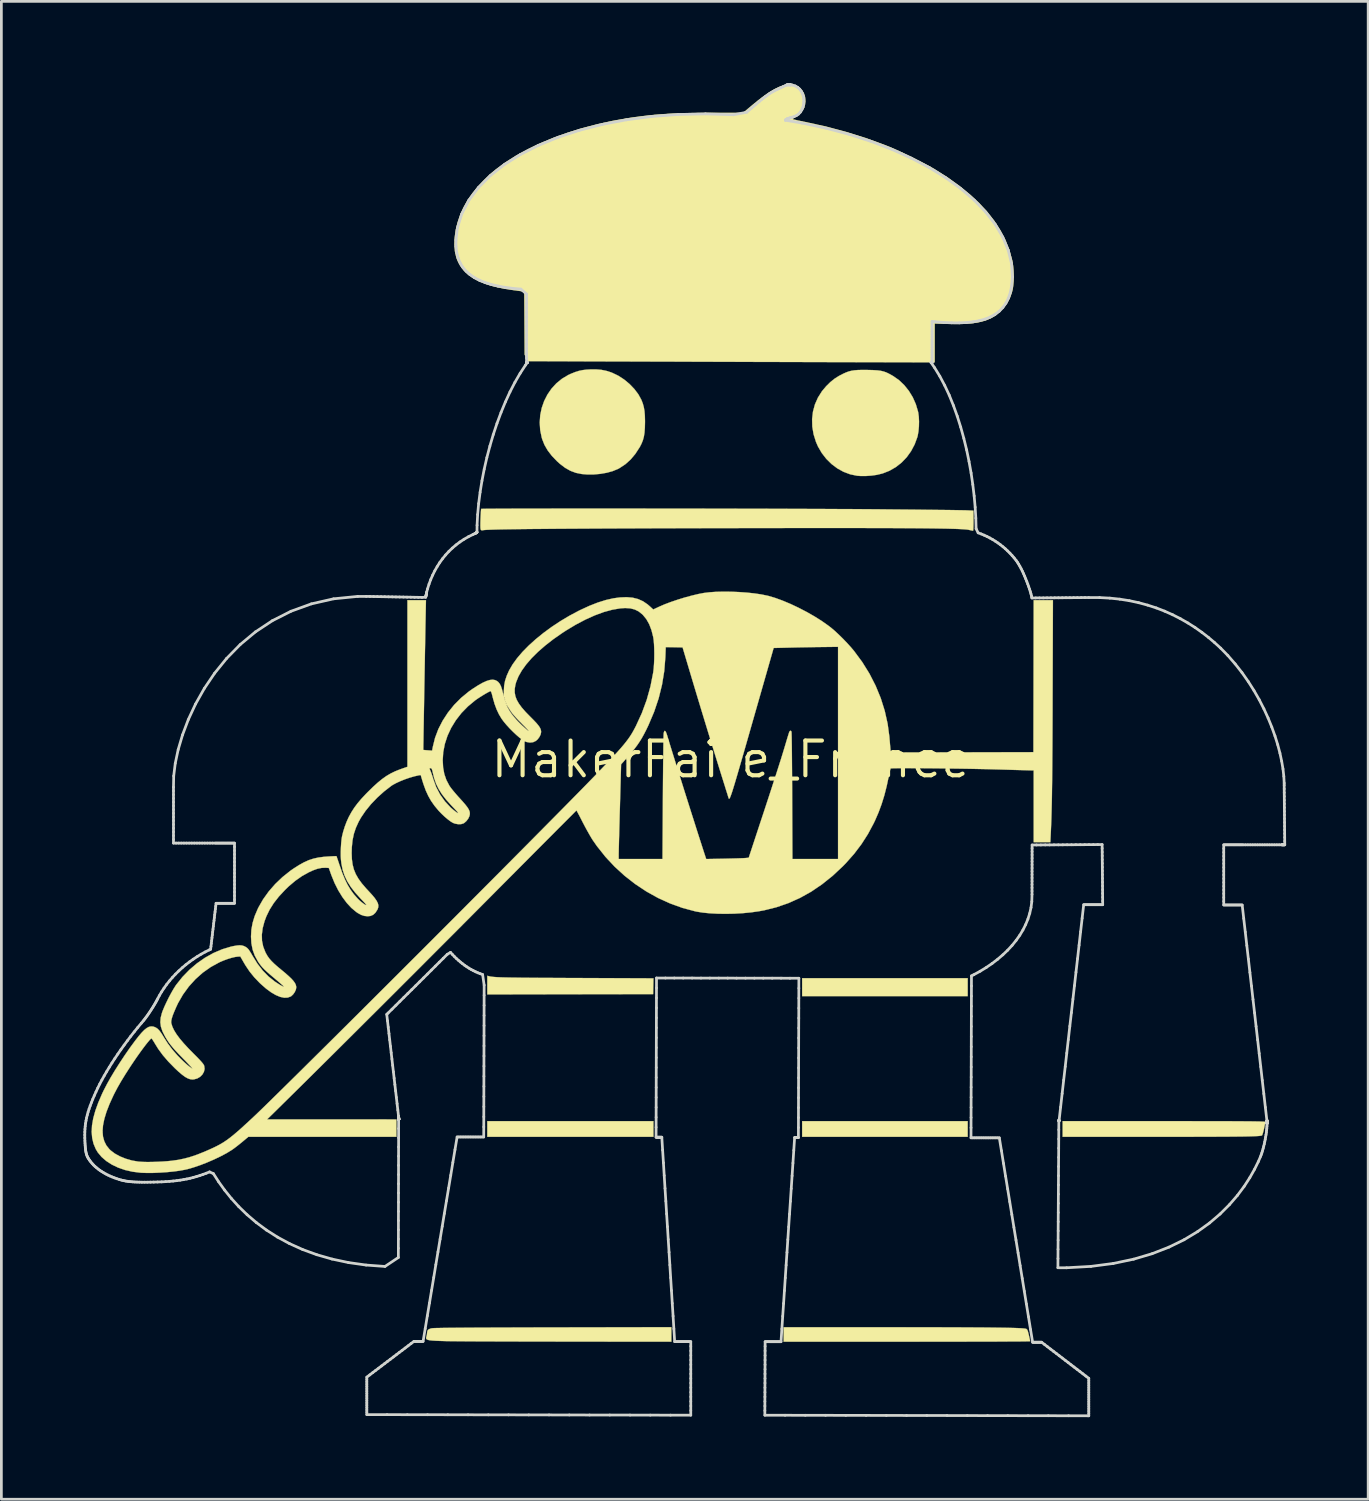
<source format=kicad_pcb>
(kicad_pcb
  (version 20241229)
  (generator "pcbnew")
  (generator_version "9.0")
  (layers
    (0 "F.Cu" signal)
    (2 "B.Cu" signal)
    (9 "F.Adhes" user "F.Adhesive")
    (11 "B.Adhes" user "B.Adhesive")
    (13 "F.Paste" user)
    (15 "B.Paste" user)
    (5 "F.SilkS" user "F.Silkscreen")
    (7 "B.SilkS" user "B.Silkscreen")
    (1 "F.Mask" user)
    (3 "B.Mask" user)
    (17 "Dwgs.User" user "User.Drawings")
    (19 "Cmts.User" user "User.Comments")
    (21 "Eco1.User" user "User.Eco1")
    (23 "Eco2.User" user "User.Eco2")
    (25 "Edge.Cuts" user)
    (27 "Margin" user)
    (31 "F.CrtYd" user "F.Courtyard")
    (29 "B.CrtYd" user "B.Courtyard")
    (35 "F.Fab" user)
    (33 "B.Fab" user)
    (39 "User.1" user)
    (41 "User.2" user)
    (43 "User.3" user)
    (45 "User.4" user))
  (footprint "MakerFaire_France"
    (layer "F.Cu")
    (at 23.681 24.721)
    (property "Reference" "MakerFaire_France" (at 0 0 0) (layer "F.SilkS") (effects (font (size 1.27 1.27) (thickness 0.15))))
    (attr through_hole)
    (fp_poly (pts (xy -2.836 13.801) (xy -8.911 13.801) (xy -8.911 13.229) (xy -2.836 13.229) (xy -2.836 13.801)) (stroke (width 0.01) (type solid)) (fill yes) (layer "F.SilkS"))
    (fp_poly (pts (xy 8.657 8.657) (xy 2.603 8.657) (xy 2.603 8.001) (xy 8.657 8.001) (xy 8.657 8.657)) (stroke (width 0.01) (type solid)) (fill yes) (layer "F.SilkS"))
    (fp_poly (pts (xy 8.657 13.801) (xy 2.603 13.801) (xy 2.603 13.229) (xy 8.657 13.229) (xy 8.657 13.801)) (stroke (width 0.01) (type solid)) (fill yes) (layer "F.SilkS"))
    (fp_poly (pts (xy -8.853 7.927) (xy -8.82 7.935) (xy -8.782 7.942) (xy -8.738 7.948) (xy -8.685 7.954) (xy -8.621 7.959) (xy -8.543 7.964) (xy -8.451 7.968) (xy -8.34 7.972) (xy -8.21 7.975) (xy -8.058 7.978) (xy -7.882 7.98) (xy -7.679 7.983) (xy -7.448 7.985) (xy -7.185 7.987) (xy -6.89 7.989) (xy -6.559 7.99) (xy -6.191 7.992) (xy -5.783 7.994) (xy -5.699 7.994) (xy -2.835 8.006) (xy -2.841 8.294) (xy -2.847 8.583) (xy -5.879 8.588) (xy -8.911 8.594) (xy -8.911 7.912) (xy -8.853 7.927)) (stroke (width 0.01) (type solid)) (fill yes) (layer "F.SilkS"))
    (fp_poly (pts (xy 5.784 20.765) (xy 6.356 20.765) (xy 6.888 20.766) (xy 7.379 20.766) (xy 7.832 20.768) (xy 8.248 20.769) (xy 8.627 20.771) (xy 8.971 20.773) (xy 9.281 20.775) (xy 9.558 20.778) (xy 9.804 20.781) (xy 10.02 20.784) (xy 10.207 20.788) (xy 10.366 20.792) (xy 10.498 20.797) (xy 10.605 20.802) (xy 10.687 20.808) (xy 10.747 20.814) (xy 10.784 20.821) (xy 10.794 20.823) (xy 10.818 20.838) (xy 10.838 20.864) (xy 10.857 20.912) (xy 10.877 20.988) (xy 10.893 21.052) (xy 10.913 21.142) (xy 10.929 21.215) (xy 10.939 21.264) (xy 10.942 21.278) (xy 10.921 21.279) (xy 10.86 21.281) (xy 10.76 21.282) (xy 10.624 21.284) (xy 10.454 21.285) (xy 10.251 21.286) (xy 10.017 21.287) (xy 9.754 21.289) (xy 9.464 21.29) (xy 9.15 21.29) (xy 8.813 21.291) (xy 8.454 21.292) (xy 8.077 21.293) (xy 7.683 21.293) (xy 7.273 21.293) (xy 6.85 21.294) (xy 6.435 21.294) (xy 1.926 21.294) (xy 1.926 20.765) (xy 5.784 20.765)) (stroke (width 0.01) (type solid)) (fill yes) (layer "F.SilkS"))
    (fp_poly (pts (xy 16.313 13.229) (xy 16.754 13.229) (xy 17.154 13.23) (xy 17.518 13.23) (xy 17.845 13.231) (xy 18.138 13.231) (xy 18.397 13.232) (xy 18.626 13.233) (xy 18.825 13.235) (xy 18.995 13.236) (xy 19.14 13.238) (xy 19.259 13.24) (xy 19.354 13.242) (xy 19.428 13.245) (xy 19.481 13.247) (xy 19.516 13.25) (xy 19.534 13.253) (xy 19.537 13.256) (xy 19.532 13.308) (xy 19.519 13.384) (xy 19.501 13.472) (xy 19.48 13.563) (xy 19.458 13.646) (xy 19.439 13.71) (xy 19.423 13.746) (xy 19.42 13.75) (xy 19.406 13.756) (xy 19.38 13.762) (xy 19.34 13.767) (xy 19.285 13.772) (xy 19.213 13.776) (xy 19.122 13.78) (xy 19.011 13.784) (xy 18.878 13.787) (xy 18.721 13.79) (xy 18.539 13.792) (xy 18.33 13.794) (xy 18.093 13.796) (xy 17.825 13.797) (xy 17.525 13.798) (xy 17.191 13.799) (xy 16.822 13.8) (xy 16.416 13.8) (xy 15.971 13.801) (xy 15.486 13.801) (xy 15.383 13.801) (xy 12.129 13.801) (xy 12.129 13.229) (xy 15.833 13.229) (xy 16.313 13.229)) (stroke (width 0.01) (type solid)) (fill yes) (layer "F.SilkS"))
    (fp_poly (pts (xy -2.18 21.294) (xy -6.048 21.29) (xy -6.459 21.289) (xy -6.862 21.289) (xy -7.257 21.288) (xy -7.641 21.287) (xy -8.011 21.286) (xy -8.365 21.285) (xy -8.7 21.284) (xy -9.013 21.283) (xy -9.303 21.282) (xy -9.567 21.28) (xy -9.802 21.279) (xy -10.005 21.277) (xy -10.175 21.276) (xy -10.309 21.274) (xy -10.404 21.273) (xy -10.435 21.272) (xy -10.633 21.266) (xy -10.793 21.26) (xy -10.918 21.252) (xy -11.011 21.242) (xy -11.078 21.228) (xy -11.12 21.211) (xy -11.143 21.188) (xy -11.149 21.159) (xy -11.143 21.123) (xy -11.136 21.1) (xy -11.119 21.03) (xy -11.113 20.966) (xy -11.102 20.897) (xy -11.067 20.85) (xy -11 20.818) (xy -10.943 20.803) (xy -10.914 20.8) (xy -10.857 20.797) (xy -10.771 20.794) (xy -10.655 20.792) (xy -10.508 20.789) (xy -10.329 20.787) (xy -10.117 20.785) (xy -9.872 20.783) (xy -9.592 20.781) (xy -9.277 20.779) (xy -8.925 20.778) (xy -8.536 20.776) (xy -8.108 20.775) (xy -7.641 20.774) (xy -7.133 20.772) (xy -6.585 20.771) (xy -6.503 20.771) (xy -2.18 20.763) (xy -2.18 21.294)) (stroke (width 0.01) (type solid)) (fill yes) (layer "F.SilkS"))
    (fp_poly (pts (xy -4.739 -14.246) (xy -4.564 -14.211) (xy -4.389 -14.156) (xy -4.339 -14.136) (xy -4.118 -14.03) (xy -3.906 -13.892) (xy -3.709 -13.728) (xy -3.534 -13.546) (xy -3.387 -13.351) (xy -3.276 -13.149) (xy -3.273 -13.141) (xy -3.224 -13.015) (xy -3.188 -12.885) (xy -3.163 -12.742) (xy -3.149 -12.577) (xy -3.144 -12.381) (xy -3.144 -12.33) (xy -3.149 -12.122) (xy -3.162 -11.948) (xy -3.186 -11.798) (xy -3.223 -11.665) (xy -3.275 -11.538) (xy -3.337 -11.419) (xy -3.495 -11.176) (xy -3.666 -10.971) (xy -3.855 -10.8) (xy -4.063 -10.661) (xy -4.142 -10.618) (xy -4.325 -10.543) (xy -4.538 -10.484) (xy -4.77 -10.443) (xy -5.013 -10.421) (xy -5.256 -10.42) (xy -5.461 -10.437) (xy -5.672 -10.48) (xy -5.871 -10.554) (xy -6.064 -10.663) (xy -6.257 -10.81) (xy -6.361 -10.904) (xy -6.551 -11.102) (xy -6.703 -11.3) (xy -6.82 -11.502) (xy -6.904 -11.713) (xy -6.921 -11.77) (xy -6.977 -12.045) (xy -6.994 -12.32) (xy -6.975 -12.591) (xy -6.92 -12.854) (xy -6.832 -13.105) (xy -6.712 -13.342) (xy -6.562 -13.559) (xy -6.385 -13.753) (xy -6.181 -13.92) (xy -5.952 -14.057) (xy -5.845 -14.106) (xy -5.691 -14.167) (xy -5.558 -14.209) (xy -5.428 -14.236) (xy -5.287 -14.253) (xy -5.142 -14.261) (xy -4.927 -14.262) (xy -4.739 -14.246)) (stroke (width 0.01) (type solid)) (fill yes) (layer "F.SilkS"))
    (fp_poly (pts (xy 4.965 -14.242) (xy 5.036 -14.241) (xy 5.211 -14.236) (xy 5.353 -14.227) (xy 5.472 -14.212) (xy 5.575 -14.188) (xy 5.672 -14.155) (xy 5.772 -14.108) (xy 5.884 -14.046) (xy 5.928 -14.021) (xy 6.142 -13.872) (xy 6.335 -13.689) (xy 6.505 -13.477) (xy 6.649 -13.242) (xy 6.761 -12.988) (xy 6.84 -12.721) (xy 6.849 -12.681) (xy 6.869 -12.531) (xy 6.877 -12.357) (xy 6.873 -12.176) (xy 6.857 -12) (xy 6.83 -11.845) (xy 6.817 -11.791) (xy 6.718 -11.522) (xy 6.587 -11.274) (xy 6.427 -11.051) (xy 6.239 -10.855) (xy 6.027 -10.689) (xy 5.794 -10.555) (xy 5.544 -10.457) (xy 5.333 -10.406) (xy 5.134 -10.378) (xy 4.932 -10.364) (xy 4.741 -10.364) (xy 4.615 -10.373) (xy 4.363 -10.425) (xy 4.121 -10.515) (xy 3.892 -10.641) (xy 3.68 -10.8) (xy 3.489 -10.988) (xy 3.322 -11.203) (xy 3.183 -11.441) (xy 3.109 -11.61) (xy 3.021 -11.89) (xy 2.974 -12.17) (xy 2.967 -12.448) (xy 2.999 -12.719) (xy 3.07 -12.981) (xy 3.18 -13.23) (xy 3.328 -13.465) (xy 3.481 -13.647) (xy 3.634 -13.798) (xy 3.785 -13.92) (xy 3.949 -14.024) (xy 4.11 -14.107) (xy 4.212 -14.152) (xy 4.307 -14.187) (xy 4.405 -14.212) (xy 4.512 -14.229) (xy 4.636 -14.239) (xy 4.785 -14.243) (xy 4.965 -14.242)) (stroke (width 0.01) (type solid)) (fill yes) (layer "F.SilkS"))
    (fp_poly (pts (xy -4.493 -9.174) (xy -4.033 -9.174) (xy -3.563 -9.174) (xy -3.085 -9.173) (xy -2.602 -9.173) (xy -2.116 -9.172) (xy -1.627 -9.172) (xy -1.138 -9.171) (xy -0.652 -9.17) (xy -0.169 -9.169) (xy 0.309 -9.168) (xy 0.779 -9.167) (xy 1.24 -9.166) (xy 1.69 -9.165) (xy 2.127 -9.163) (xy 2.55 -9.162) (xy 2.956 -9.16) (xy 3.343 -9.159) (xy 3.711 -9.157) (xy 4.056 -9.155) (xy 4.377 -9.154) (xy 4.673 -9.152) (xy 4.941 -9.15) (xy 5.101 -9.149) (xy 5.471 -9.146) (xy 5.833 -9.142) (xy 6.184 -9.139) (xy 6.522 -9.136) (xy 6.843 -9.133) (xy 7.145 -9.129) (xy 7.427 -9.126) (xy 7.684 -9.123) (xy 7.915 -9.121) (xy 8.117 -9.118) (xy 8.287 -9.115) (xy 8.423 -9.113) (xy 8.523 -9.111) (xy 8.583 -9.11) (xy 8.588 -9.11) (xy 8.869 -9.097) (xy 8.869 -8.729) (xy 8.868 -8.61) (xy 8.866 -8.506) (xy 8.862 -8.426) (xy 8.857 -8.376) (xy 8.853 -8.362) (xy 8.826 -8.366) (xy 8.769 -8.379) (xy 8.7 -8.394) (xy 8.66 -8.402) (xy 8.604 -8.408) (xy 8.531 -8.414) (xy 8.439 -8.42) (xy 8.327 -8.426) (xy 8.195 -8.431) (xy 8.041 -8.435) (xy 7.864 -8.44) (xy 7.663 -8.443) (xy 7.437 -8.447) (xy 7.185 -8.45) (xy 6.906 -8.453) (xy 6.598 -8.455) (xy 6.262 -8.457) (xy 5.896 -8.459) (xy 5.498 -8.46) (xy 5.068 -8.461) (xy 4.604 -8.462) (xy 4.106 -8.462) (xy 3.572 -8.462) (xy 3.002 -8.462) (xy 2.395 -8.462) (xy 1.748 -8.461) (xy 1.062 -8.46) (xy 0.335 -8.459) (xy -0.032 -8.458) (xy -0.86 -8.457) (xy -1.647 -8.455) (xy -2.392 -8.453) (xy -3.095 -8.451) (xy -3.758 -8.448) (xy -4.379 -8.446) (xy -4.961 -8.443) (xy -5.502 -8.44) (xy -6.004 -8.437) (xy -6.466 -8.434) (xy -6.889 -8.43) (xy -7.273 -8.427) (xy -7.619 -8.423) (xy -7.927 -8.419) (xy -8.197 -8.415) (xy -8.43 -8.411) (xy -8.626 -8.406) (xy -8.784 -8.401) (xy -8.907 -8.396) (xy -8.993 -8.391) (xy -9.043 -8.386) (xy -9.053 -8.384) (xy -9.108 -8.375) (xy -9.141 -8.389) (xy -9.146 -8.395) (xy -9.156 -8.42) (xy -9.162 -8.47) (xy -9.164 -8.548) (xy -9.163 -8.661) (xy -9.159 -8.788) (xy -9.154 -8.907) (xy -9.148 -9.011) (xy -9.143 -9.093) (xy -9.138 -9.145) (xy -9.134 -9.161) (xy -9.112 -9.162) (xy -9.049 -9.164) (xy -8.947 -9.166) (xy -8.808 -9.167) (xy -8.635 -9.168) (xy -8.428 -9.169) (xy -8.19 -9.17) (xy -7.922 -9.171) (xy -7.627 -9.172) (xy -7.307 -9.173) (xy -6.962 -9.173) (xy -6.595 -9.173) (xy -6.208 -9.174) (xy -5.802 -9.174) (xy -5.38 -9.174) (xy -4.943 -9.174) (xy -4.493 -9.174)) (stroke (width 0.01) (type solid)) (fill yes) (layer "F.SilkS"))
    (fp_poly (pts (xy 2.318 -24.666) (xy 2.45 -24.611) (xy 2.56 -24.521) (xy 2.649 -24.393) (xy 2.674 -24.343) (xy 2.71 -24.225) (xy 2.722 -24.09) (xy 2.711 -23.954) (xy 2.678 -23.833) (xy 2.663 -23.801) (xy 2.587 -23.688) (xy 2.483 -23.582) (xy 2.366 -23.495) (xy 2.327 -23.473) (xy 2.274 -23.442) (xy 2.257 -23.421) (xy 2.266 -23.41) (xy 2.295 -23.401) (xy 2.359 -23.386) (xy 2.452 -23.365) (xy 2.566 -23.341) (xy 2.696 -23.314) (xy 2.741 -23.305) (xy 3.478 -23.142) (xy 4.202 -22.949) (xy 4.908 -22.729) (xy 5.587 -22.483) (xy 5.837 -22.383) (xy 5.986 -22.319) (xy 6.161 -22.24) (xy 6.354 -22.149) (xy 6.558 -22.05) (xy 6.763 -21.948) (xy 6.963 -21.846) (xy 7.149 -21.749) (xy 7.314 -21.659) (xy 7.45 -21.582) (xy 7.472 -21.568) (xy 7.934 -21.273) (xy 8.355 -20.971) (xy 8.735 -20.662) (xy 9.074 -20.347) (xy 9.373 -20.023) (xy 9.632 -19.691) (xy 9.852 -19.35) (xy 10.033 -19) (xy 10.176 -18.64) (xy 10.28 -18.269) (xy 10.29 -18.224) (xy 10.317 -18.063) (xy 10.333 -17.882) (xy 10.34 -17.692) (xy 10.337 -17.504) (xy 10.324 -17.33) (xy 10.301 -17.182) (xy 10.29 -17.134) (xy 10.219 -16.919) (xy 10.128 -16.733) (xy 10.01 -16.562) (xy 9.875 -16.414) (xy 9.779 -16.321) (xy 9.699 -16.252) (xy 9.621 -16.198) (xy 9.536 -16.15) (xy 9.504 -16.134) (xy 9.352 -16.068) (xy 9.188 -16.016) (xy 9.008 -15.976) (xy 8.805 -15.947) (xy 8.577 -15.929) (xy 8.317 -15.922) (xy 8.022 -15.924) (xy 7.943 -15.926) (xy 7.451 -15.94) (xy 7.451 -14.52) (xy 5.339 -14.525) (xy 5.095 -14.525) (xy 4.812 -14.526) (xy 4.494 -14.527) (xy 4.144 -14.527) (xy 3.766 -14.528) (xy 3.363 -14.53) (xy 2.94 -14.531) (xy 2.499 -14.532) (xy 2.043 -14.533) (xy 1.578 -14.535) (xy 1.105 -14.536) (xy 0.629 -14.537) (xy 0.154 -14.539) (xy -0.318 -14.54) (xy -0.782 -14.542) (xy -1.048 -14.543) (xy -1.487 -14.544) (xy -1.925 -14.546) (xy -2.359 -14.547) (xy -2.785 -14.548) (xy -3.202 -14.55) (xy -3.606 -14.551) (xy -3.995 -14.552) (xy -4.366 -14.553) (xy -4.717 -14.554) (xy -5.044 -14.555) (xy -5.346 -14.556) (xy -5.618 -14.557) (xy -5.86 -14.558) (xy -6.067 -14.559) (xy -6.238 -14.559) (xy -6.369 -14.56) (xy -6.375 -14.56) (xy -7.426 -14.563) (xy -7.546 -14.806) (xy -7.553 -15.954) (xy -7.56 -17.103) (xy -7.606 -17.112) (xy -7.644 -17.118) (xy -7.714 -17.129) (xy -7.807 -17.141) (xy -7.912 -17.155) (xy -7.916 -17.155) (xy -8.292 -17.213) (xy -8.629 -17.284) (xy -8.928 -17.37) (xy -9.19 -17.471) (xy -9.417 -17.589) (xy -9.611 -17.724) (xy -9.771 -17.876) (xy -9.901 -18.046) (xy -10 -18.235) (xy -10.045 -18.358) (xy -10.096 -18.582) (xy -10.116 -18.828) (xy -10.105 -19.089) (xy -10.065 -19.362) (xy -9.997 -19.639) (xy -9.902 -19.917) (xy -9.781 -20.188) (xy -9.634 -20.448) (xy -9.615 -20.479) (xy -9.454 -20.706) (xy -9.263 -20.939) (xy -9.049 -21.17) (xy -8.821 -21.388) (xy -8.612 -21.566) (xy -8.255 -21.829) (xy -7.861 -22.078) (xy -7.432 -22.313) (xy -6.972 -22.532) (xy -6.483 -22.735) (xy -5.969 -22.92) (xy -5.433 -23.086) (xy -4.877 -23.231) (xy -4.305 -23.356) (xy -3.72 -23.457) (xy -3.537 -23.484) (xy -3.282 -23.518) (xy -3.035 -23.547) (xy -2.791 -23.572) (xy -2.545 -23.592) (xy -2.291 -23.609) (xy -2.023 -23.622) (xy -1.735 -23.631) (xy -1.423 -23.638) (xy -1.081 -23.642) (xy -0.703 -23.643) (xy -0.635 -23.643) (xy 0.441 -23.643) (xy 0.743 -23.897) (xy 0.987 -24.097) (xy 1.208 -24.264) (xy 1.408 -24.402) (xy 1.589 -24.51) (xy 1.756 -24.591) (xy 1.91 -24.646) (xy 2.053 -24.676) (xy 2.164 -24.684) (xy 2.318 -24.666)) (stroke (width 0.01) (type solid)) (fill yes) (layer "F.SilkS"))
    (fp_poly (pts (xy 0.01 -6.132) (xy 0.297 -6.12) (xy 0.581 -6.1) (xy 0.853 -6.071) (xy 1.105 -6.034) (xy 1.326 -5.989) (xy 1.365 -5.98) (xy 1.616 -5.906) (xy 1.89 -5.806) (xy 2.178 -5.685) (xy 2.472 -5.546) (xy 2.765 -5.394) (xy 3.048 -5.233) (xy 3.314 -5.066) (xy 3.554 -4.897) (xy 3.662 -4.814) (xy 3.794 -4.702) (xy 3.941 -4.565) (xy 4.096 -4.413) (xy 4.247 -4.256) (xy 4.387 -4.101) (xy 4.5 -3.967) (xy 4.802 -3.558) (xy 5.066 -3.133) (xy 5.291 -2.693) (xy 5.477 -2.241) (xy 5.623 -1.777) (xy 5.729 -1.303) (xy 5.794 -0.821) (xy 5.799 -0.752) (xy 5.809 -0.637) (xy 5.818 -0.525) (xy 5.827 -0.431) (xy 5.833 -0.366) (xy 5.833 -0.365) (xy 5.845 -0.254) (xy 8.452 -0.259) (xy 11.06 -0.265) (xy 11.07 -5.821) (xy 11.422 -5.821) (xy 11.774 -5.821) (xy 11.762 -2.302) (xy 11.761 -1.788) (xy 11.759 -1.315) (xy 11.757 -0.879) (xy 11.755 -0.478) (xy 11.752 -0.109) (xy 11.75 0.229) (xy 11.747 0.539) (xy 11.744 0.824) (xy 11.74 1.085) (xy 11.737 1.326) (xy 11.733 1.549) (xy 11.728 1.756) (xy 11.723 1.95) (xy 11.718 2.133) (xy 11.712 2.307) (xy 11.705 2.475) (xy 11.698 2.64) (xy 11.693 2.746) (xy 11.68 3.027) (xy 11.07 3.027) (xy 11.07 0.402) (xy 11.001 0.402) (xy 10.967 0.401) (xy 10.895 0.399) (xy 10.789 0.396) (xy 10.654 0.392) (xy 10.494 0.388) (xy 10.314 0.383) (xy 10.117 0.377) (xy 9.91 0.371) (xy 9.885 0.37) (xy 9.652 0.364) (xy 9.403 0.357) (xy 9.141 0.352) (xy 8.869 0.346) (xy 8.591 0.341) (xy 8.31 0.337) (xy 8.03 0.333) (xy 7.752 0.329) (xy 7.481 0.326) (xy 7.22 0.324) (xy 6.971 0.322) (xy 6.739 0.321) (xy 6.526 0.32) (xy 6.336 0.32) (xy 6.171 0.321) (xy 6.036 0.323) (xy 5.933 0.325) (xy 5.865 0.328) (xy 5.836 0.332) (xy 5.835 0.333) (xy 5.826 0.362) (xy 5.811 0.423) (xy 5.793 0.506) (xy 5.777 0.585) (xy 5.697 0.966) (xy 5.609 1.313) (xy 5.509 1.635) (xy 5.396 1.94) (xy 5.267 2.237) (xy 5.218 2.339) (xy 5.007 2.733) (xy 4.77 3.102) (xy 4.504 3.453) (xy 4.203 3.793) (xy 4.093 3.906) (xy 3.718 4.257) (xy 3.332 4.566) (xy 2.935 4.836) (xy 2.524 5.065) (xy 2.101 5.255) (xy 1.663 5.406) (xy 1.21 5.519) (xy 1.016 5.554) (xy 0.732 5.594) (xy 0.432 5.623) (xy 0.124 5.641) (xy -0.185 5.647) (xy -0.485 5.643) (xy -0.771 5.628) (xy -1.033 5.602) (xy -1.263 5.565) (xy -1.308 5.555) (xy -1.772 5.431) (xy -2.226 5.267) (xy -2.668 5.066) (xy -3.095 4.828) (xy -3.503 4.557) (xy -3.891 4.254) (xy -4.255 3.921) (xy -4.592 3.56) (xy -4.641 3.498) (xy -4.106 3.498) (xy -4.106 3.641) (xy -2.504 3.641) (xy -2.49 1.381) (xy -2.488 1.074) (xy -2.486 0.777) (xy -2.483 0.494) (xy -2.481 0.227) (xy -2.478 -0.02) (xy -2.475 -0.244) (xy -2.473 -0.444) (xy -2.47 -0.616) (xy -2.467 -0.756) (xy -2.465 -0.863) (xy -2.462 -0.933) (xy -2.46 -0.963) (xy -2.442 -1.026) (xy -2.42 -1.047) (xy -2.393 -1.026) (xy -2.363 -0.964) (xy -2.334 -0.878) (xy -2.3 -0.765) (xy -2.254 -0.615) (xy -2.198 -0.433) (xy -2.133 -0.223) (xy -2.06 0.011) (xy -1.981 0.266) (xy -1.896 0.536) (xy -1.807 0.818) (xy -1.716 1.109) (xy -1.623 1.403) (xy -1.53 1.697) (xy -1.438 1.987) (xy -1.348 2.269) (xy -1.263 2.538) (xy -1.182 2.791) (xy -1.107 3.024) (xy -1.04 3.232) (xy -0.982 3.412) (xy -0.96 3.478) (xy -0.906 3.643) (xy -0.257 3.631) (xy -0.089 3.627) (xy 0.072 3.623) (xy 0.219 3.619) (xy 0.345 3.615) (xy 0.444 3.611) (xy 0.509 3.608) (xy 0.52 3.607) (xy 0.649 3.596) (xy 1.079 2.29) (xy 1.211 1.892) (xy 1.329 1.532) (xy 1.436 1.206) (xy 1.531 0.912) (xy 1.617 0.649) (xy 1.693 0.412) (xy 1.761 0.199) (xy 1.822 0.008) (xy 1.875 -0.164) (xy 1.923 -0.32) (xy 1.966 -0.462) (xy 2.002 -0.582) (xy 2.039 -0.707) (xy 2.073 -0.82) (xy 2.102 -0.913) (xy 2.123 -0.98) (xy 2.135 -1.013) (xy 2.136 -1.015) (xy 2.166 -1.049) (xy 2.195 -1.042) (xy 2.213 -1.012) (xy 2.215 -0.984) (xy 2.217 -0.917) (xy 2.22 -0.814) (xy 2.222 -0.676) (xy 2.225 -0.508) (xy 2.227 -0.31) (xy 2.229 -0.088) (xy 2.231 0.158) (xy 2.233 0.423) (xy 2.235 0.706) (xy 2.237 1.003) (xy 2.238 1.311) (xy 2.238 1.339) (xy 2.247 3.641) (xy 3.916 3.641) (xy 3.916 -0.238) (xy 3.916 -4.117) (xy 3.328 -4.11) (xy 3.131 -4.108) (xy 2.907 -4.104) (xy 2.671 -4.1) (xy 2.44 -4.096) (xy 2.229 -4.091) (xy 2.151 -4.089) (xy 1.561 -4.075) (xy 0.774 -1.323) (xy 0.66 -0.924) (xy 0.557 -0.564) (xy 0.464 -0.241) (xy 0.381 0.047) (xy 0.307 0.301) (xy 0.242 0.525) (xy 0.185 0.718) (xy 0.136 0.884) (xy 0.093 1.024) (xy 0.057 1.141) (xy 0.026 1.235) (xy 0.000154 1.308) (xy -0.021 1.364) (xy -0.038 1.403) (xy -0.052 1.427) (xy -0.063 1.439) (xy -0.072 1.439) (xy -0.08 1.431) (xy -0.087 1.415) (xy -0.09 1.403) (xy -0.099 1.376) (xy -0.118 1.312) (xy -0.148 1.216) (xy -0.187 1.094) (xy -0.232 0.948) (xy -0.284 0.783) (xy -0.34 0.604) (xy -0.377 0.487) (xy -0.537 -0.027) (xy -0.707 -0.576) (xy -0.884 -1.154) (xy -1.067 -1.755) (xy -1.254 -2.373) (xy -1.443 -3.003) (xy -1.488 -3.154) (xy -1.769 -4.096) (xy -2.077 -4.102) (xy -2.385 -4.107) (xy -2.399 -3.742) (xy -2.439 -3.236) (xy -2.521 -2.734) (xy -2.644 -2.235) (xy -2.81 -1.741) (xy -3.019 -1.249) (xy -3.103 -1.074) (xy -3.184 -0.917) (xy -3.262 -0.776) (xy -3.343 -0.646) (xy -3.43 -0.518) (xy -3.529 -0.386) (xy -3.646 -0.243) (xy -3.784 -0.083) (xy -3.898 0.046) (xy -4.018 0.181) (xy -4.062 1.768) (xy -4.07 2.027) (xy -4.076 2.277) (xy -4.083 2.514) (xy -4.088 2.734) (xy -4.094 2.934) (xy -4.098 3.11) (xy -4.102 3.258) (xy -4.104 3.375) (xy -4.106 3.456) (xy -4.106 3.498) (xy -4.641 3.498) (xy -4.9 3.173) (xy -5.047 2.963) (xy -5.107 2.868) (xy -5.179 2.745) (xy -5.258 2.605) (xy -5.338 2.458) (xy -5.414 2.313) (xy -5.425 2.292) (xy -5.487 2.17) (xy -5.543 2.061) (xy -5.591 1.972) (xy -5.626 1.907) (xy -5.647 1.873) (xy -5.652 1.868) (xy -5.668 1.883) (xy -5.712 1.927) (xy -5.783 1.999) (xy -5.88 2.096) (xy -6.002 2.218) (xy -6.146 2.363) (xy -6.313 2.529) (xy -6.499 2.717) (xy -6.705 2.923) (xy -6.928 3.147) (xy -7.168 3.388) (xy -7.422 3.644) (xy -7.69 3.913) (xy -7.97 4.195) (xy -8.261 4.487) (xy -8.562 4.789) (xy -8.87 5.1) (xy -8.924 5.154) (xy -9.336 5.568) (xy -9.759 5.993) (xy -10.191 6.427) (xy -10.63 6.866) (xy -11.073 7.31) (xy -11.518 7.756) (xy -11.964 8.201) (xy -12.407 8.644) (xy -12.846 9.082) (xy -13.279 9.513) (xy -13.703 9.936) (xy -14.116 10.347) (xy -14.516 10.745) (xy -14.901 11.127) (xy -15.268 11.491) (xy -15.616 11.836) (xy -15.942 12.158) (xy -16.244 12.456) (xy -16.519 12.727) (xy -16.679 12.885) (xy -16.965 13.165) (xy -14.6 13.165) (xy -12.234 13.166) (xy -12.234 13.801) (xy -17.649 13.801) (xy -17.878 13.993) (xy -17.977 14.073) (xy -18.078 14.153) (xy -18.172 14.224) (xy -18.246 14.277) (xy -18.251 14.28) (xy -18.438 14.395) (xy -18.658 14.512) (xy -18.898 14.627) (xy -19.15 14.736) (xy -19.403 14.835) (xy -19.647 14.918) (xy -19.871 14.983) (xy -19.963 15.004) (xy -20.153 15.039) (xy -20.375 15.069) (xy -20.616 15.093) (xy -20.865 15.11) (xy -21.112 15.121) (xy -21.344 15.123) (xy -21.551 15.117) (xy -21.601 15.113) (xy -21.887 15.077) (xy -22.158 15.015) (xy -22.411 14.928) (xy -22.64 14.818) (xy -22.843 14.687) (xy -23.016 14.538) (xy -23.155 14.372) (xy -23.23 14.247) (xy -23.311 14.053) (xy -23.36 13.845) (xy -23.379 13.622) (xy -23.377 13.597) (xy -22.98 13.597) (xy -22.965 13.79) (xy -22.918 13.962) (xy -22.841 14.116) (xy -22.732 14.253) (xy -22.685 14.298) (xy -22.531 14.415) (xy -22.344 14.517) (xy -22.134 14.602) (xy -21.909 14.667) (xy -21.677 14.707) (xy -21.643 14.71) (xy -21.518 14.718) (xy -21.36 14.722) (xy -21.181 14.721) (xy -20.99 14.715) (xy -20.797 14.706) (xy -20.613 14.693) (xy -20.451 14.677) (xy -20.216 14.644) (xy -19.986 14.596) (xy -19.754 14.532) (xy -19.511 14.449) (xy -19.248 14.344) (xy -19.061 14.262) (xy -18.921 14.198) (xy -18.795 14.136) (xy -18.677 14.073) (xy -18.564 14.006) (xy -18.452 13.931) (xy -18.336 13.846) (xy -18.211 13.748) (xy -18.075 13.633) (xy -17.921 13.498) (xy -17.747 13.339) (xy -17.547 13.155) (xy -17.516 13.126) (xy -17.423 13.039) (xy -17.302 12.923) (xy -17.153 12.78) (xy -16.979 12.61) (xy -16.781 12.416) (xy -16.56 12.199) (xy -16.317 11.96) (xy -16.054 11.701) (xy -15.771 11.422) (xy -15.472 11.125) (xy -15.156 10.812) (xy -14.825 10.484) (xy -14.481 10.143) (xy -14.125 9.789) (xy -13.758 9.424) (xy -13.382 9.049) (xy -12.998 8.666) (xy -12.607 8.276) (xy -12.211 7.881) (xy -11.812 7.482) (xy -11.409 7.08) (xy -11.005 6.676) (xy -10.602 6.272) (xy -10.2 5.87) (xy -9.801 5.47) (xy -9.407 5.074) (xy -9.018 4.684) (xy -8.636 4.301) (xy -8.262 3.925) (xy -7.899 3.559) (xy -7.546 3.204) (xy -7.206 2.861) (xy -6.88 2.532) (xy -6.569 2.218) (xy -6.274 1.92) (xy -5.997 1.639) (xy -5.74 1.378) (xy -5.503 1.137) (xy -5.289 0.918) (xy -5.098 0.722) (xy -4.931 0.55) (xy -4.846 0.461) (xy -4.632 0.239) (xy -4.446 0.043) (xy -4.284 -0.129) (xy -4.145 -0.281) (xy -4.025 -0.416) (xy -3.922 -0.537) (xy -3.834 -0.647) (xy -3.757 -0.749) (xy -3.689 -0.847) (xy -3.628 -0.943) (xy -3.571 -1.042) (xy -3.515 -1.146) (xy -3.475 -1.223) (xy -3.259 -1.694) (xy -3.082 -2.175) (xy -2.944 -2.67) (xy -2.843 -3.184) (xy -2.843 -3.186) (xy -2.826 -3.326) (xy -2.814 -3.492) (xy -2.806 -3.673) (xy -2.804 -3.861) (xy -2.807 -4.045) (xy -2.814 -4.216) (xy -2.827 -4.363) (xy -2.843 -4.473) (xy -2.907 -4.726) (xy -2.99 -4.944) (xy -3.094 -5.128) (xy -3.219 -5.282) (xy -3.246 -5.308) (xy -3.377 -5.412) (xy -3.521 -5.483) (xy -3.682 -5.524) (xy -3.866 -5.536) (xy -4.042 -5.525) (xy -4.336 -5.475) (xy -4.649 -5.39) (xy -4.977 -5.269) (xy -5.32 -5.115) (xy -5.675 -4.928) (xy -6.039 -4.709) (xy -6.17 -4.623) (xy -6.496 -4.396) (xy -6.792 -4.165) (xy -7.057 -3.934) (xy -7.289 -3.704) (xy -7.486 -3.476) (xy -7.648 -3.252) (xy -7.772 -3.034) (xy -7.857 -2.824) (xy -7.885 -2.721) (xy -7.908 -2.579) (xy -7.908 -2.444) (xy -7.884 -2.312) (xy -7.835 -2.18) (xy -7.757 -2.043) (xy -7.65 -1.896) (xy -7.51 -1.736) (xy -7.336 -1.558) (xy -7.334 -1.556) (xy -7.208 -1.429) (xy -7.11 -1.325) (xy -7.039 -1.238) (xy -6.989 -1.165) (xy -6.959 -1.101) (xy -6.945 -1.04) (xy -6.943 -1) (xy -6.959 -0.915) (xy -7.004 -0.822) (xy -7.068 -0.736) (xy -7.134 -0.677) (xy -7.236 -0.629) (xy -7.353 -0.616) (xy -7.476 -0.637) (xy -7.54 -0.663) (xy -7.627 -0.716) (xy -7.732 -0.795) (xy -7.849 -0.896) (xy -7.972 -1.012) (xy -8.094 -1.135) (xy -8.209 -1.261) (xy -8.31 -1.382) (xy -8.391 -1.492) (xy -8.391 -1.492) (xy -8.486 -1.651) (xy -8.568 -1.824) (xy -8.631 -1.993) (xy -8.21 -1.993) (xy -8.193 -1.952) (xy -8.161 -1.888) (xy -8.097 -1.775) (xy -8.024 -1.667) (xy -7.934 -1.553) (xy -7.844 -1.449) (xy -7.778 -1.379) (xy -7.702 -1.303) (xy -7.622 -1.226) (xy -7.545 -1.156) (xy -7.477 -1.097) (xy -7.424 -1.055) (xy -7.394 -1.037) (xy -7.392 -1.037) (xy -7.402 -1.051) (xy -7.437 -1.091) (xy -7.494 -1.151) (xy -7.567 -1.226) (xy -7.654 -1.314) (xy -7.657 -1.318) (xy -7.775 -1.436) (xy -7.867 -1.533) (xy -7.94 -1.615) (xy -8.001 -1.689) (xy -8.054 -1.763) (xy -8.107 -1.844) (xy -8.139 -1.896) (xy -8.182 -1.965) (xy -8.206 -1.998) (xy -8.21 -1.993) (xy -8.631 -1.993) (xy -8.64 -2.018) (xy -8.65 -2.053) (xy -8.234 -2.053) (xy -8.226 -2.036) (xy -8.22 -2.039) (xy -8.217 -2.064) (xy -8.22 -2.067) (xy -8.232 -2.064) (xy -8.234 -2.053) (xy -8.65 -2.053) (xy -8.666 -2.106) (xy -8.255 -2.106) (xy -8.244 -2.095) (xy -8.234 -2.106) (xy -8.244 -2.117) (xy -8.255 -2.106) (xy -8.666 -2.106) (xy -8.687 -2.18) (xy -8.276 -2.18) (xy -8.268 -2.163) (xy -8.262 -2.166) (xy -8.26 -2.191) (xy -8.262 -2.194) (xy -8.275 -2.191) (xy -8.276 -2.18) (xy -8.687 -2.18) (xy -8.705 -2.243) (xy -8.709 -2.256) (xy -8.296 -2.256) (xy -8.292 -2.229) (xy -8.285 -2.228) (xy -8.279 -2.257) (xy -8.283 -2.269) (xy -8.292 -2.277) (xy -8.296 -2.256) (xy -8.709 -2.256) (xy -8.731 -2.344) (xy -8.751 -2.418) (xy -8.771 -2.472) (xy -8.787 -2.497) (xy -8.789 -2.498) (xy -8.822 -2.487) (xy -8.881 -2.456) (xy -8.961 -2.412) (xy -9.053 -2.357) (xy -9.149 -2.297) (xy -9.243 -2.237) (xy -9.325 -2.18) (xy -9.352 -2.161) (xy -9.619 -1.939) (xy -9.856 -1.696) (xy -10.06 -1.434) (xy -10.231 -1.156) (xy -10.366 -0.866) (xy -10.464 -0.566) (xy -10.523 -0.26) (xy -10.541 0.028) (xy -10.527 0.295) (xy -10.483 0.535) (xy -10.407 0.754) (xy -10.3 0.957) (xy -10.277 0.992) (xy -10.225 1.063) (xy -10.152 1.154) (xy -10.066 1.256) (xy -9.976 1.359) (xy -9.939 1.399) (xy -9.813 1.538) (xy -9.714 1.653) (xy -9.641 1.747) (xy -9.591 1.827) (xy -9.561 1.895) (xy -9.549 1.958) (xy -9.552 2.019) (xy -9.566 2.077) (xy -9.608 2.166) (xy -9.675 2.254) (xy -9.753 2.323) (xy -9.781 2.34) (xy -9.871 2.367) (xy -9.98 2.369) (xy -10.092 2.349) (xy -10.172 2.318) (xy -10.257 2.266) (xy -10.36 2.188) (xy -10.472 2.093) (xy -10.584 1.987) (xy -10.688 1.879) (xy -10.696 1.87) (xy -10.842 1.694) (xy -10.965 1.519) (xy -11.069 1.336) (xy -11.161 1.136) (xy -11.244 0.908) (xy -11.292 0.756) (xy -11.347 0.57) (xy -11.426 0.584) (xy -11.58 0.619) (xy -11.75 0.668) (xy -11.924 0.728) (xy -12.092 0.795) (xy -12.244 0.865) (xy -12.371 0.934) (xy -12.422 0.968) (xy -12.687 1.173) (xy -12.935 1.397) (xy -13.162 1.634) (xy -13.362 1.879) (xy -13.529 2.125) (xy -13.617 2.282) (xy -13.717 2.502) (xy -13.791 2.724) (xy -13.839 2.956) (xy -13.865 3.21) (xy -13.871 3.429) (xy -13.863 3.647) (xy -13.837 3.842) (xy -13.791 4.022) (xy -13.721 4.193) (xy -13.625 4.361) (xy -13.499 4.535) (xy -13.341 4.719) (xy -13.267 4.798) (xy -13.135 4.942) (xy -13.033 5.063) (xy -12.961 5.166) (xy -12.915 5.255) (xy -12.895 5.333) (xy -12.898 5.406) (xy -12.921 5.477) (xy -12.93 5.495) (xy -13.004 5.609) (xy -13.087 5.684) (xy -13.184 5.725) (xy -13.285 5.736) (xy -13.405 5.724) (xy -13.523 5.686) (xy -13.647 5.618) (xy -13.705 5.578) (xy -13.88 5.432) (xy -14.05 5.248) (xy -14.211 5.032) (xy -14.361 4.788) (xy -14.495 4.522) (xy -14.611 4.238) (xy -14.625 4.199) (xy -14.706 3.969) (xy -14.834 3.962) (xy -14.973 3.968) (xy -15.122 3.999) (xy -15.287 4.058) (xy -15.441 4.129) (xy -15.691 4.269) (xy -15.932 4.438) (xy -16.171 4.64) (xy -16.309 4.774) (xy -16.534 5.016) (xy -16.72 5.254) (xy -16.871 5.493) (xy -16.99 5.738) (xy -17.058 5.919) (xy -17.126 6.173) (xy -17.156 6.41) (xy -17.15 6.633) (xy -17.106 6.846) (xy -17.025 7.053) (xy -17.005 7.091) (xy -16.949 7.189) (xy -16.882 7.283) (xy -16.799 7.377) (xy -16.695 7.479) (xy -16.564 7.594) (xy -16.463 7.677) (xy -16.302 7.811) (xy -16.173 7.925) (xy -16.072 8.021) (xy -15.998 8.104) (xy -15.946 8.177) (xy -15.914 8.243) (xy -15.899 8.307) (xy -15.897 8.341) (xy -15.912 8.422) (xy -15.954 8.512) (xy -16.014 8.596) (xy -16.082 8.659) (xy -16.096 8.668) (xy -16.209 8.71) (xy -16.339 8.715) (xy -16.486 8.684) (xy -16.646 8.617) (xy -16.819 8.516) (xy -17.002 8.381) (xy -17.194 8.212) (xy -17.241 8.168) (xy -17.435 7.965) (xy -17.601 7.76) (xy -17.752 7.536) (xy -17.824 7.414) (xy -17.943 7.207) (xy -18.037 7.212) (xy -18.135 7.225) (xy -18.261 7.255) (xy -18.402 7.298) (xy -18.548 7.351) (xy -18.689 7.411) (xy -18.71 7.421) (xy -19.022 7.591) (xy -19.314 7.797) (xy -19.582 8.036) (xy -19.825 8.304) (xy -20.039 8.598) (xy -20.221 8.914) (xy -20.289 9.06) (xy -20.36 9.225) (xy -20.413 9.357) (xy -20.447 9.463) (xy -20.466 9.546) (xy -20.471 9.613) (xy -20.465 9.655) (xy -20.427 9.776) (xy -20.365 9.907) (xy -20.277 10.049) (xy -20.161 10.206) (xy -20.015 10.379) (xy -19.838 10.571) (xy -19.67 10.742) (xy -19.545 10.867) (xy -19.448 10.967) (xy -19.376 11.045) (xy -19.324 11.106) (xy -19.289 11.153) (xy -19.269 11.191) (xy -19.262 11.209) (xy -19.249 11.319) (xy -19.274 11.426) (xy -19.33 11.524) (xy -19.412 11.606) (xy -19.515 11.667) (xy -19.634 11.7) (xy -19.696 11.705) (xy -19.777 11.695) (xy -19.865 11.664) (xy -19.962 11.61) (xy -20.074 11.528) (xy -20.203 11.418) (xy -20.337 11.293) (xy -20.573 11.052) (xy -20.773 10.82) (xy -20.941 10.592) (xy -21.049 10.419) (xy -21.099 10.335) (xy -21.143 10.266) (xy -21.175 10.219) (xy -21.19 10.202) (xy -21.217 10.219) (xy -21.264 10.268) (xy -21.328 10.344) (xy -21.408 10.444) (xy -21.499 10.565) (xy -21.599 10.701) (xy -21.705 10.85) (xy -21.814 11.008) (xy -21.923 11.17) (xy -21.968 11.238) (xy -22.147 11.516) (xy -22.3 11.766) (xy -22.432 11.996) (xy -22.544 12.209) (xy -22.583 12.287) (xy -22.726 12.6) (xy -22.837 12.886) (xy -22.916 13.146) (xy -22.964 13.383) (xy -22.98 13.597) (xy -23.377 13.597) (xy -23.366 13.383) (xy -23.321 13.125) (xy -23.244 12.846) (xy -23.135 12.545) (xy -22.994 12.219) (xy -22.935 12.097) (xy -22.821 11.877) (xy -22.684 11.632) (xy -22.527 11.371) (xy -22.355 11.1) (xy -22.174 10.826) (xy -21.987 10.556) (xy -21.798 10.299) (xy -21.792 10.291) (xy -21.663 10.125) (xy -21.551 9.993) (xy -21.453 9.893) (xy -21.366 9.824) (xy -21.286 9.781) (xy -21.209 9.764) (xy -21.134 9.769) (xy -21.103 9.777) (xy -21.032 9.806) (xy -20.966 9.851) (xy -20.901 9.918) (xy -20.831 10.013) (xy -20.751 10.142) (xy -20.745 10.153) (xy -20.594 10.39) (xy -20.431 10.608) (xy -20.245 10.822) (xy -20.148 10.923) (xy -20.055 11.014) (xy -19.961 11.101) (xy -19.873 11.179) (xy -19.796 11.241) (xy -19.736 11.284) (xy -19.699 11.303) (xy -19.695 11.303) (xy -19.705 11.289) (xy -19.74 11.248) (xy -19.798 11.186) (xy -19.874 11.106) (xy -19.965 11.011) (xy -20.048 10.927) (xy -20.194 10.777) (xy -20.314 10.649) (xy -20.413 10.536) (xy -20.496 10.434) (xy -20.569 10.335) (xy -20.635 10.233) (xy -20.697 10.128) (xy -20.79 9.945) (xy -20.846 9.776) (xy -20.868 9.612) (xy -20.855 9.446) (xy -20.809 9.27) (xy -20.787 9.207) (xy -20.723 9.052) (xy -20.645 8.883) (xy -20.56 8.71) (xy -20.471 8.543) (xy -20.385 8.393) (xy -20.307 8.27) (xy -20.289 8.244) (xy -20.059 7.956) (xy -19.804 7.693) (xy -19.527 7.457) (xy -19.233 7.252) (xy -18.925 7.08) (xy -18.607 6.944) (xy -18.285 6.847) (xy -18.199 6.828) (xy -18.067 6.805) (xy -17.965 6.797) (xy -17.881 6.804) (xy -17.807 6.827) (xy -17.791 6.835) (xy -17.736 6.864) (xy -17.689 6.899) (xy -17.643 6.948) (xy -17.595 7.017) (xy -17.536 7.113) (xy -17.496 7.183) (xy -17.318 7.469) (xy -17.126 7.719) (xy -16.917 7.934) (xy -16.688 8.119) (xy -16.506 8.237) (xy -16.437 8.276) (xy -16.382 8.303) (xy -16.352 8.313) (xy -16.349 8.312) (xy -16.361 8.296) (xy -16.401 8.257) (xy -16.465 8.199) (xy -16.549 8.127) (xy -16.647 8.044) (xy -16.693 8.005) (xy -16.84 7.882) (xy -16.958 7.778) (xy -17.054 7.689) (xy -17.132 7.608) (xy -17.198 7.53) (xy -17.257 7.449) (xy -17.299 7.386) (xy -17.414 7.175) (xy -17.493 6.957) (xy -17.538 6.723) (xy -17.552 6.477) (xy -17.538 6.225) (xy -17.493 5.979) (xy -17.418 5.731) (xy -17.308 5.472) (xy -17.277 5.408) (xy -17.109 5.115) (xy -16.904 4.829) (xy -16.667 4.557) (xy -16.402 4.304) (xy -16.117 4.076) (xy -16.004 3.997) (xy -15.8 3.867) (xy -15.616 3.764) (xy -15.441 3.685) (xy -15.267 3.628) (xy -15.085 3.588) (xy -14.885 3.562) (xy -14.767 3.553) (xy -14.653 3.546) (xy -14.554 3.541) (xy -14.479 3.538) (xy -14.435 3.538) (xy -14.426 3.539) (xy -14.418 3.56) (xy -14.399 3.615) (xy -14.371 3.696) (xy -14.337 3.798) (xy -14.308 3.884) (xy -14.214 4.152) (xy -14.118 4.385) (xy -14.018 4.588) (xy -13.91 4.768) (xy -13.79 4.932) (xy -13.656 5.084) (xy -13.589 5.151) (xy -13.518 5.213) (xy -13.45 5.267) (xy -13.393 5.306) (xy -13.353 5.327) (xy -13.335 5.324) (xy -13.335 5.322) (xy -13.349 5.302) (xy -13.387 5.258) (xy -13.444 5.195) (xy -13.515 5.12) (xy -13.541 5.093) (xy -13.74 4.873) (xy -13.903 4.663) (xy -14.032 4.458) (xy -14.13 4.251) (xy -14.201 4.038) (xy -14.246 3.811) (xy -14.263 3.662) (xy -14.27 3.532) (xy -14.27 3.379) (xy -14.264 3.215) (xy -14.254 3.056) (xy -14.239 2.913) (xy -14.224 2.82) (xy -14.182 2.647) (xy -14.123 2.458) (xy -14.052 2.271) (xy -13.976 2.104) (xy -13.974 2.101) (xy -13.881 1.931) (xy -13.778 1.77) (xy -13.659 1.61) (xy -13.519 1.444) (xy -13.352 1.265) (xy -13.272 1.184) (xy -13.083 0.999) (xy -12.913 0.845) (xy -12.754 0.716) (xy -12.602 0.608) (xy -12.448 0.517) (xy -12.287 0.438) (xy -12.112 0.368) (xy -12.028 0.338) (xy -11.991 0.325) (xy -11.024 0.325) (xy -11.019 0.35) (xy -10.997 0.403) (xy -10.984 0.433) (xy -10.957 0.501) (xy -10.925 0.593) (xy -10.894 0.691) (xy -10.887 0.716) (xy -10.781 1.009) (xy -10.638 1.283) (xy -10.461 1.533) (xy -10.251 1.759) (xy -10.143 1.853) (xy -10.066 1.914) (xy -10.012 1.952) (xy -9.982 1.967) (xy -9.979 1.956) (xy -10.005 1.919) (xy -10.013 1.91) (xy -10.049 1.871) (xy -10.105 1.81) (xy -10.174 1.738) (xy -10.226 1.683) (xy -10.414 1.474) (xy -10.568 1.276) (xy -10.69 1.082) (xy -10.786 0.886) (xy -10.857 0.68) (xy -10.899 0.508) (xy -10.919 0.419) (xy -10.936 0.364) (xy -10.953 0.335) (xy -10.975 0.323) (xy -10.982 0.321) (xy -11.012 0.318) (xy -11.024 0.325) (xy -11.991 0.325) (xy -11.832 0.27) (xy -11.832 -5.821) (xy -11.154 -5.821) (xy -11.167 -5.17) (xy -11.169 -5.07) (xy -11.172 -4.937) (xy -11.175 -4.776) (xy -11.178 -4.588) (xy -11.182 -4.378) (xy -11.186 -4.148) (xy -11.191 -3.902) (xy -11.195 -3.643) (xy -11.2 -3.375) (xy -11.205 -3.099) (xy -11.21 -2.821) (xy -11.215 -2.542) (xy -11.22 -2.266) (xy -11.224 -1.996) (xy -11.229 -1.736) (xy -11.233 -1.488) (xy -11.237 -1.256) (xy -11.241 -1.044) (xy -11.244 -0.853) (xy -11.246 -0.688) (xy -11.249 -0.552) (xy -11.25 -0.448) (xy -11.251 -0.379) (xy -11.251 -0.348) (xy -11.251 -0.347) (xy -11.231 -0.344) (xy -11.179 -0.34) (xy -11.106 -0.334) (xy -11.089 -0.333) (xy -10.929 -0.321) (xy -10.903 -0.46) (xy -10.822 -0.787) (xy -10.701 -1.108) (xy -10.542 -1.418) (xy -10.349 -1.714) (xy -10.124 -1.993) (xy -9.869 -2.25) (xy -9.586 -2.483) (xy -9.44 -2.585) (xy -9.248 -2.708) (xy -9.082 -2.802) (xy -8.94 -2.867) (xy -8.819 -2.904) (xy -8.716 -2.916) (xy -8.628 -2.901) (xy -8.58 -2.88) (xy -8.511 -2.831) (xy -8.456 -2.764) (xy -8.41 -2.673) (xy -8.37 -2.55) (xy -8.355 -2.493) (xy -8.305 -2.297) (xy -8.305 -2.508) (xy -8.295 -2.696) (xy -8.261 -2.876) (xy -8.2 -3.06) (xy -8.115 -3.251) (xy -7.988 -3.471) (xy -7.823 -3.699) (xy -7.625 -3.931) (xy -7.395 -4.165) (xy -7.138 -4.397) (xy -6.857 -4.625) (xy -6.556 -4.846) (xy -6.237 -5.057) (xy -5.905 -5.255) (xy -5.563 -5.437) (xy -5.514 -5.461) (xy -5.18 -5.615) (xy -4.869 -5.737) (xy -4.578 -5.828) (xy -4.301 -5.891) (xy -4.063 -5.923) (xy -3.816 -5.933) (xy -3.595 -5.914) (xy -3.397 -5.864) (xy -3.216 -5.783) (xy -3.048 -5.668) (xy -2.967 -5.598) (xy -2.842 -5.483) (xy -2.622 -5.586) (xy -2.426 -5.671) (xy -2.198 -5.757) (xy -1.95 -5.841) (xy -1.694 -5.92) (xy -1.439 -5.989) (xy -1.198 -6.047) (xy -0.995 -6.086) (xy -0.783 -6.112) (xy -0.539 -6.129) (xy -0.272 -6.135) (xy 0.01 -6.132)) (stroke (width 0.01) (type solid)) (fill yes) (layer "F.SilkS"))
    (fp_line (start -23.631 13.733) (end -23.63 13.844) (stroke (width 0.1) (type solid)) (layer "Edge.Cuts"))
    (fp_line (start -23.63 13.844) (end -23.626 13.951) (stroke (width 0.1) (type solid)) (layer "Edge.Cuts"))
    (fp_line (start -23.629 13.624) (end -23.631 13.733) (stroke (width 0.1) (type solid)) (layer "Edge.Cuts"))
    (fp_line (start -23.626 13.951) (end -23.622 14.033) (stroke (width 0.1) (type solid)) (layer "Edge.Cuts"))
    (fp_line (start -23.624 13.519) (end -23.629 13.624) (stroke (width 0.1) (type solid)) (layer "Edge.Cuts"))
    (fp_line (start -23.622 14.033) (end -23.617 14.107) (stroke (width 0.1) (type solid)) (layer "Edge.Cuts"))
    (fp_line (start -23.617 14.107) (end -23.612 14.174) (stroke (width 0.1) (type solid)) (layer "Edge.Cuts"))
    (fp_line (start -23.615 13.415) (end -23.624 13.519) (stroke (width 0.1) (type solid)) (layer "Edge.Cuts"))
    (fp_line (start -23.612 14.174) (end -23.607 14.234) (stroke (width 0.1) (type solid)) (layer "Edge.Cuts"))
    (fp_line (start -23.607 14.234) (end -23.6 14.289) (stroke (width 0.1) (type solid)) (layer "Edge.Cuts"))
    (fp_line (start -23.602 13.312) (end -23.615 13.415) (stroke (width 0.1) (type solid)) (layer "Edge.Cuts"))
    (fp_line (start -23.6 14.289) (end -23.592 14.339) (stroke (width 0.1) (type solid)) (layer "Edge.Cuts"))
    (fp_line (start -23.592 14.339) (end -23.583 14.385) (stroke (width 0.1) (type solid)) (layer "Edge.Cuts"))
    (fp_line (start -23.585 13.21) (end -23.602 13.312) (stroke (width 0.1) (type solid)) (layer "Edge.Cuts"))
    (fp_line (start -23.583 14.385) (end -23.572 14.427) (stroke (width 0.1) (type solid)) (layer "Edge.Cuts"))
    (fp_line (start -23.572 14.427) (end -23.56 14.466) (stroke (width 0.1) (type solid)) (layer "Edge.Cuts"))
    (fp_line (start -23.564 13.106) (end -23.585 13.21) (stroke (width 0.1) (type solid)) (layer "Edge.Cuts"))
    (fp_line (start -23.56 14.466) (end -23.546 14.503) (stroke (width 0.1) (type solid)) (layer "Edge.Cuts"))
    (fp_line (start -23.546 14.503) (end -23.529 14.539) (stroke (width 0.1) (type solid)) (layer "Edge.Cuts"))
    (fp_line (start -23.539 13.001) (end -23.564 13.106) (stroke (width 0.1) (type solid)) (layer "Edge.Cuts"))
    (fp_line (start -23.529 14.539) (end -23.511 14.574) (stroke (width 0.1) (type solid)) (layer "Edge.Cuts"))
    (fp_line (start -23.511 14.574) (end -23.49 14.608) (stroke (width 0.1) (type solid)) (layer "Edge.Cuts"))
    (fp_line (start -23.509 12.894) (end -23.539 13.001) (stroke (width 0.1) (type solid)) (layer "Edge.Cuts"))
    (fp_line (start -23.49 14.608) (end -23.466 14.644) (stroke (width 0.1) (type solid)) (layer "Edge.Cuts"))
    (fp_line (start -23.474 12.784) (end -23.509 12.894) (stroke (width 0.1) (type solid)) (layer "Edge.Cuts"))
    (fp_line (start -23.466 14.644) (end -23.439 14.681) (stroke (width 0.1) (type solid)) (layer "Edge.Cuts"))
    (fp_line (start -23.439 14.681) (end -23.406 14.725) (stroke (width 0.1) (type solid)) (layer "Edge.Cuts"))
    (fp_line (start -23.434 12.67) (end -23.474 12.784) (stroke (width 0.1) (type solid)) (layer "Edge.Cuts"))
    (fp_line (start -23.406 14.725) (end -23.36 14.779) (stroke (width 0.1) (type solid)) (layer "Edge.Cuts"))
    (fp_line (start -23.389 12.551) (end -23.434 12.67) (stroke (width 0.1) (type solid)) (layer "Edge.Cuts"))
    (fp_line (start -23.36 14.779) (end -23.311 14.832) (stroke (width 0.1) (type solid)) (layer "Edge.Cuts"))
    (fp_line (start -23.339 12.426) (end -23.389 12.551) (stroke (width 0.1) (type solid)) (layer "Edge.Cuts"))
    (fp_line (start -23.311 14.832) (end -23.258 14.883) (stroke (width 0.1) (type solid)) (layer "Edge.Cuts"))
    (fp_line (start -23.283 12.295) (end -23.339 12.426) (stroke (width 0.1) (type solid)) (layer "Edge.Cuts"))
    (fp_line (start -23.258 14.883) (end -23.201 14.933) (stroke (width 0.1) (type solid)) (layer "Edge.Cuts"))
    (fp_line (start -23.221 12.157) (end -23.283 12.295) (stroke (width 0.1) (type solid)) (layer "Edge.Cuts"))
    (fp_line (start -23.201 14.933) (end -23.141 14.981) (stroke (width 0.1) (type solid)) (layer "Edge.Cuts"))
    (fp_line (start -23.155 12.015) (end -23.221 12.157) (stroke (width 0.1) (type solid)) (layer "Edge.Cuts"))
    (fp_line (start -23.141 14.981) (end -23.077 15.028) (stroke (width 0.1) (type solid)) (layer "Edge.Cuts"))
    (fp_line (start -23.083 11.87) (end -23.155 12.015) (stroke (width 0.1) (type solid)) (layer "Edge.Cuts"))
    (fp_line (start -23.077 15.028) (end -23.01 15.073) (stroke (width 0.1) (type solid)) (layer "Edge.Cuts"))
    (fp_line (start -23.01 15.073) (end -22.94 15.116) (stroke (width 0.1) (type solid)) (layer "Edge.Cuts"))
    (fp_line (start -23.005 11.722) (end -23.083 11.87) (stroke (width 0.1) (type solid)) (layer "Edge.Cuts"))
    (fp_line (start -22.94 15.116) (end -22.867 15.158) (stroke (width 0.1) (type solid)) (layer "Edge.Cuts"))
    (fp_line (start -22.921 11.57) (end -23.005 11.722) (stroke (width 0.1) (type solid)) (layer "Edge.Cuts"))
    (fp_line (start -22.867 15.158) (end -22.791 15.197) (stroke (width 0.1) (type solid)) (layer "Edge.Cuts"))
    (fp_line (start -22.831 11.416) (end -22.921 11.57) (stroke (width 0.1) (type solid)) (layer "Edge.Cuts"))
    (fp_line (start -22.791 15.197) (end -22.712 15.234) (stroke (width 0.1) (type solid)) (layer "Edge.Cuts"))
    (fp_line (start -22.736 11.258) (end -22.831 11.416) (stroke (width 0.1) (type solid)) (layer "Edge.Cuts"))
    (fp_line (start -22.712 15.234) (end -22.631 15.269) (stroke (width 0.1) (type solid)) (layer "Edge.Cuts"))
    (fp_line (start -22.637 11.099) (end -22.736 11.258) (stroke (width 0.1) (type solid)) (layer "Edge.Cuts"))
    (fp_line (start -22.631 15.269) (end -22.547 15.302) (stroke (width 0.1) (type solid)) (layer "Edge.Cuts"))
    (fp_line (start -22.547 15.302) (end -22.461 15.333) (stroke (width 0.1) (type solid)) (layer "Edge.Cuts"))
    (fp_line (start -22.532 10.938) (end -22.637 11.099) (stroke (width 0.1) (type solid)) (layer "Edge.Cuts"))
    (fp_line (start -22.461 15.333) (end -22.372 15.361) (stroke (width 0.1) (type solid)) (layer "Edge.Cuts"))
    (fp_line (start -22.423 10.776) (end -22.532 10.938) (stroke (width 0.1) (type solid)) (layer "Edge.Cuts"))
    (fp_line (start -22.372 15.361) (end -22.295 15.383) (stroke (width 0.1) (type solid)) (layer "Edge.Cuts"))
    (fp_line (start -22.31 10.613) (end -22.423 10.776) (stroke (width 0.1) (type solid)) (layer "Edge.Cuts"))
    (fp_line (start -22.295 15.383) (end -22.244 15.396) (stroke (width 0.1) (type solid)) (layer "Edge.Cuts"))
    (fp_line (start -22.244 15.396) (end -22.19 15.408) (stroke (width 0.1) (type solid)) (layer "Edge.Cuts"))
    (fp_line (start -22.193 10.45) (end -22.31 10.613) (stroke (width 0.1) (type solid)) (layer "Edge.Cuts"))
    (fp_line (start -22.19 15.408) (end -22.133 15.419) (stroke (width 0.1) (type solid)) (layer "Edge.Cuts"))
    (fp_line (start -22.133 15.419) (end -22.074 15.428) (stroke (width 0.1) (type solid)) (layer "Edge.Cuts"))
    (fp_line (start -22.074 15.428) (end -22.012 15.436) (stroke (width 0.1) (type solid)) (layer "Edge.Cuts"))
    (fp_line (start -22.073 10.287) (end -22.193 10.45) (stroke (width 0.1) (type solid)) (layer "Edge.Cuts"))
    (fp_line (start -22.012 15.436) (end -21.946 15.443) (stroke (width 0.1) (type solid)) (layer "Edge.Cuts"))
    (fp_line (start -21.95 10.125) (end -22.073 10.287) (stroke (width 0.1) (type solid)) (layer "Edge.Cuts"))
    (fp_line (start -21.946 15.443) (end -21.876 15.449) (stroke (width 0.1) (type solid)) (layer "Edge.Cuts"))
    (fp_line (start -21.876 15.449) (end -21.801 15.454) (stroke (width 0.1) (type solid)) (layer "Edge.Cuts"))
    (fp_line (start -21.823 9.963) (end -21.95 10.125) (stroke (width 0.1) (type solid)) (layer "Edge.Cuts"))
    (fp_line (start -21.801 15.454) (end -21.721 15.457) (stroke (width 0.1) (type solid)) (layer "Edge.Cuts"))
    (fp_line (start -21.721 15.457) (end -21.635 15.46) (stroke (width 0.1) (type solid)) (layer "Edge.Cuts"))
    (fp_line (start -21.694 9.803) (end -21.823 9.963) (stroke (width 0.1) (type solid)) (layer "Edge.Cuts"))
    (fp_line (start -21.635 15.46) (end -21.544 15.462) (stroke (width 0.1) (type solid)) (layer "Edge.Cuts"))
    (fp_line (start -21.562 9.645) (end -21.694 9.803) (stroke (width 0.1) (type solid)) (layer "Edge.Cuts"))
    (fp_line (start -21.544 15.462) (end -21.446 15.462) (stroke (width 0.1) (type solid)) (layer "Edge.Cuts"))
    (fp_line (start -21.496 9.567) (end -21.562 9.645) (stroke (width 0.1) (type solid)) (layer "Edge.Cuts"))
    (fp_line (start -21.462 9.525) (end -21.496 9.567) (stroke (width 0.1) (type solid)) (layer "Edge.Cuts"))
    (fp_line (start -21.446 15.462) (end -21.341 15.462) (stroke (width 0.1) (type solid)) (layer "Edge.Cuts"))
    (fp_line (start -21.427 9.479) (end -21.462 9.525) (stroke (width 0.1) (type solid)) (layer "Edge.Cuts"))
    (fp_line (start -21.39 9.43) (end -21.427 9.479) (stroke (width 0.1) (type solid)) (layer "Edge.Cuts"))
    (fp_line (start -21.352 9.378) (end -21.39 9.43) (stroke (width 0.1) (type solid)) (layer "Edge.Cuts"))
    (fp_line (start -21.341 15.462) (end -21.229 15.46) (stroke (width 0.1) (type solid)) (layer "Edge.Cuts"))
    (fp_line (start -21.314 9.324) (end -21.352 9.378) (stroke (width 0.1) (type solid)) (layer "Edge.Cuts"))
    (fp_line (start -21.276 9.268) (end -21.314 9.324) (stroke (width 0.1) (type solid)) (layer "Edge.Cuts"))
    (fp_line (start -21.237 9.21) (end -21.276 9.268) (stroke (width 0.1) (type solid)) (layer "Edge.Cuts"))
    (fp_line (start -21.229 15.46) (end -21.109 15.458) (stroke (width 0.1) (type solid)) (layer "Edge.Cuts"))
    (fp_line (start -21.199 9.151) (end -21.237 9.21) (stroke (width 0.1) (type solid)) (layer "Edge.Cuts"))
    (fp_line (start -21.161 9.092) (end -21.199 9.151) (stroke (width 0.1) (type solid)) (layer "Edge.Cuts"))
    (fp_line (start -21.124 9.033) (end -21.161 9.092) (stroke (width 0.1) (type solid)) (layer "Edge.Cuts"))
    (fp_line (start -21.109 15.458) (end -20.971 15.454) (stroke (width 0.1) (type solid)) (layer "Edge.Cuts"))
    (fp_line (start -21.089 8.974) (end -21.124 9.033) (stroke (width 0.1) (type solid)) (layer "Edge.Cuts"))
    (fp_line (start -21.054 8.916) (end -21.089 8.974) (stroke (width 0.1) (type solid)) (layer "Edge.Cuts"))
    (fp_line (start -21.022 8.859) (end -21.054 8.916) (stroke (width 0.1) (type solid)) (layer "Edge.Cuts"))
    (fp_line (start -20.991 8.804) (end -21.022 8.859) (stroke (width 0.1) (type solid)) (layer "Edge.Cuts"))
    (fp_line (start -20.971 15.454) (end -20.819 15.449) (stroke (width 0.1) (type solid)) (layer "Edge.Cuts"))
    (fp_line (start -20.963 8.75) (end -20.991 8.804) (stroke (width 0.1) (type solid)) (layer "Edge.Cuts"))
    (fp_line (start -20.905 8.639) (end -20.963 8.75) (stroke (width 0.1) (type solid)) (layer "Edge.Cuts"))
    (fp_line (start -20.823 8.501) (end -20.905 8.639) (stroke (width 0.1) (type solid)) (layer "Edge.Cuts"))
    (fp_line (start -20.819 15.449) (end -20.674 15.441) (stroke (width 0.1) (type solid)) (layer "Edge.Cuts"))
    (fp_line (start -20.734 8.365) (end -20.823 8.501) (stroke (width 0.1) (type solid)) (layer "Edge.Cuts"))
    (fp_line (start -20.674 15.441) (end -20.534 15.431) (stroke (width 0.1) (type solid)) (layer "Edge.Cuts"))
    (fp_line (start -20.639 8.232) (end -20.734 8.365) (stroke (width 0.1) (type solid)) (layer "Edge.Cuts"))
    (fp_line (start -20.536 8.102) (end -20.639 8.232) (stroke (width 0.1) (type solid)) (layer "Edge.Cuts"))
    (fp_line (start -20.534 15.431) (end -20.399 15.419) (stroke (width 0.1) (type solid)) (layer "Edge.Cuts"))
    (fp_line (start -20.427 7.975) (end -20.536 8.102) (stroke (width 0.1) (type solid)) (layer "Edge.Cuts"))
    (fp_line (start -20.399 15.419) (end -20.269 15.405) (stroke (width 0.1) (type solid)) (layer "Edge.Cuts"))
    (fp_line (start -20.387 1.016) (end -20.387 1.153) (stroke (width 0.1) (type solid)) (layer "Edge.Cuts"))
    (fp_line (start -20.387 1.153) (end -20.387 1.289) (stroke (width 0.1) (type solid)) (layer "Edge.Cuts"))
    (fp_line (start -20.387 1.289) (end -20.387 1.425) (stroke (width 0.1) (type solid)) (layer "Edge.Cuts"))
    (fp_line (start -20.387 1.425) (end -20.387 1.562) (stroke (width 0.1) (type solid)) (layer "Edge.Cuts"))
    (fp_line (start -20.387 1.562) (end -20.387 1.698) (stroke (width 0.1) (type solid)) (layer "Edge.Cuts"))
    (fp_line (start -20.387 1.698) (end -20.387 1.834) (stroke (width 0.1) (type solid)) (layer "Edge.Cuts"))
    (fp_line (start -20.387 1.834) (end -20.387 1.97) (stroke (width 0.1) (type solid)) (layer "Edge.Cuts"))
    (fp_line (start -20.387 1.97) (end -20.387 2.107) (stroke (width 0.1) (type solid)) (layer "Edge.Cuts"))
    (fp_line (start -20.387 2.107) (end -20.387 2.243) (stroke (width 0.1) (type solid)) (layer "Edge.Cuts"))
    (fp_line (start -20.387 2.243) (end -20.387 2.379) (stroke (width 0.1) (type solid)) (layer "Edge.Cuts"))
    (fp_line (start -20.387 2.379) (end -20.387 2.516) (stroke (width 0.1) (type solid)) (layer "Edge.Cuts"))
    (fp_line (start -20.387 2.516) (end -20.387 2.652) (stroke (width 0.1) (type solid)) (layer "Edge.Cuts"))
    (fp_line (start -20.387 2.652) (end -20.387 2.788) (stroke (width 0.1) (type solid)) (layer "Edge.Cuts"))
    (fp_line (start -20.387 2.788) (end -20.387 2.925) (stroke (width 0.1) (type solid)) (layer "Edge.Cuts"))
    (fp_line (start -20.387 2.925) (end -20.387 3.061) (stroke (width 0.1) (type solid)) (layer "Edge.Cuts"))
    (fp_line (start -20.387 3.061) (end -20.291 3.061) (stroke (width 0.1) (type solid)) (layer "Edge.Cuts"))
    (fp_line (start -20.379 0.605) (end -20.387 1.016) (stroke (width 0.1) (type solid)) (layer "Edge.Cuts"))
    (fp_line (start -20.322 0.144) (end -20.379 0.605) (stroke (width 0.1) (type solid)) (layer "Edge.Cuts"))
    (fp_line (start -20.312 7.852) (end -20.427 7.975) (stroke (width 0.1) (type solid)) (layer "Edge.Cuts"))
    (fp_line (start -20.291 3.061) (end -20.196 3.061) (stroke (width 0.1) (type solid)) (layer "Edge.Cuts"))
    (fp_line (start -20.269 15.405) (end -20.143 15.387) (stroke (width 0.1) (type solid)) (layer "Edge.Cuts"))
    (fp_line (start -20.215 -0.36) (end -20.322 0.144) (stroke (width 0.1) (type solid)) (layer "Edge.Cuts"))
    (fp_line (start -20.196 3.061) (end -20.101 3.061) (stroke (width 0.1) (type solid)) (layer "Edge.Cuts"))
    (fp_line (start -20.192 7.734) (end -20.312 7.852) (stroke (width 0.1) (type solid)) (layer "Edge.Cuts"))
    (fp_line (start -20.143 15.387) (end -20.02 15.367) (stroke (width 0.1) (type solid)) (layer "Edge.Cuts"))
    (fp_line (start -20.101 3.061) (end -20.005 3.061) (stroke (width 0.1) (type solid)) (layer "Edge.Cuts"))
    (fp_line (start -20.067 7.619) (end -20.192 7.734) (stroke (width 0.1) (type solid)) (layer "Edge.Cuts"))
    (fp_line (start -20.056 -0.897) (end -20.215 -0.36) (stroke (width 0.1) (type solid)) (layer "Edge.Cuts"))
    (fp_line (start -20.02 15.367) (end -19.899 15.344) (stroke (width 0.1) (type solid)) (layer "Edge.Cuts"))
    (fp_line (start -20.005 3.061) (end -19.91 3.061) (stroke (width 0.1) (type solid)) (layer "Edge.Cuts"))
    (fp_line (start -19.937 7.51) (end -20.067 7.619) (stroke (width 0.1) (type solid)) (layer "Edge.Cuts"))
    (fp_line (start -19.91 3.061) (end -19.814 3.061) (stroke (width 0.1) (type solid)) (layer "Edge.Cuts"))
    (fp_line (start -19.899 15.344) (end -19.78 15.318) (stroke (width 0.1) (type solid)) (layer "Edge.Cuts"))
    (fp_line (start -19.845 -1.456) (end -20.056 -0.897) (stroke (width 0.1) (type solid)) (layer "Edge.Cuts"))
    (fp_line (start -19.814 3.061) (end -19.719 3.061) (stroke (width 0.1) (type solid)) (layer "Edge.Cuts"))
    (fp_line (start -19.802 7.405) (end -19.937 7.51) (stroke (width 0.1) (type solid)) (layer "Edge.Cuts"))
    (fp_line (start -19.78 15.318) (end -19.662 15.288) (stroke (width 0.1) (type solid)) (layer "Edge.Cuts"))
    (fp_line (start -19.719 3.061) (end -19.624 3.061) (stroke (width 0.1) (type solid)) (layer "Edge.Cuts"))
    (fp_line (start -19.664 7.306) (end -19.802 7.405) (stroke (width 0.1) (type solid)) (layer "Edge.Cuts"))
    (fp_line (start -19.662 15.288) (end -19.545 15.255) (stroke (width 0.1) (type solid)) (layer "Edge.Cuts"))
    (fp_line (start -19.624 3.061) (end -19.528 3.061) (stroke (width 0.1) (type solid)) (layer "Edge.Cuts"))
    (fp_line (start -19.58 -2.025) (end -19.845 -1.456) (stroke (width 0.1) (type solid)) (layer "Edge.Cuts"))
    (fp_line (start -19.545 15.255) (end -19.427 15.219) (stroke (width 0.1) (type solid)) (layer "Edge.Cuts"))
    (fp_line (start -19.528 3.061) (end -19.433 3.061) (stroke (width 0.1) (type solid)) (layer "Edge.Cuts"))
    (fp_line (start -19.522 7.212) (end -19.664 7.306) (stroke (width 0.1) (type solid)) (layer "Edge.Cuts"))
    (fp_line (start -19.433 3.061) (end -19.338 3.061) (stroke (width 0.1) (type solid)) (layer "Edge.Cuts"))
    (fp_line (start -19.427 15.219) (end -19.309 15.178) (stroke (width 0.1) (type solid)) (layer "Edge.Cuts"))
    (fp_line (start -19.377 7.124) (end -19.522 7.212) (stroke (width 0.1) (type solid)) (layer "Edge.Cuts"))
    (fp_line (start -19.338 3.061) (end -19.242 3.061) (stroke (width 0.1) (type solid)) (layer "Edge.Cuts"))
    (fp_line (start -19.309 15.178) (end -19.189 15.134) (stroke (width 0.1) (type solid)) (layer "Edge.Cuts"))
    (fp_line (start -19.259 -2.595) (end -19.58 -2.025) (stroke (width 0.1) (type solid)) (layer "Edge.Cuts"))
    (fp_line (start -19.242 3.061) (end -19.147 3.061) (stroke (width 0.1) (type solid)) (layer "Edge.Cuts"))
    (fp_line (start -19.229 7.042) (end -19.377 7.124) (stroke (width 0.1) (type solid)) (layer "Edge.Cuts"))
    (fp_line (start -19.189 15.134) (end -19.067 15.085) (stroke (width 0.1) (type solid)) (layer "Edge.Cuts"))
    (fp_line (start -19.147 3.061) (end -19.051 3.061) (stroke (width 0.1) (type solid)) (layer "Edge.Cuts"))
    (fp_line (start -19.079 6.967) (end -19.229 7.042) (stroke (width 0.1) (type solid)) (layer "Edge.Cuts"))
    (fp_line (start -19.067 15.085) (end -18.927 15.148) (stroke (width 0.1) (type solid)) (layer "Edge.Cuts"))
    (fp_line (start -19.051 3.061) (end -18.956 3.061) (stroke (width 0.1) (type solid)) (layer "Edge.Cuts"))
    (fp_line (start -19.029 6.943) (end -19.079 6.967) (stroke (width 0.1) (type solid)) (layer "Edge.Cuts"))
    (fp_line (start -19.016 6.838) (end -19.029 6.943) (stroke (width 0.1) (type solid)) (layer "Edge.Cuts"))
    (fp_line (start -19.004 6.733) (end -19.016 6.838) (stroke (width 0.1) (type solid)) (layer "Edge.Cuts"))
    (fp_line (start -18.991 6.628) (end -19.004 6.733) (stroke (width 0.1) (type solid)) (layer "Edge.Cuts"))
    (fp_line (start -18.979 6.523) (end -18.991 6.628) (stroke (width 0.1) (type solid)) (layer "Edge.Cuts"))
    (fp_line (start -18.967 6.418) (end -18.979 6.523) (stroke (width 0.1) (type solid)) (layer "Edge.Cuts"))
    (fp_line (start -18.956 3.061) (end -18.861 3.061) (stroke (width 0.1) (type solid)) (layer "Edge.Cuts"))
    (fp_line (start -18.954 6.313) (end -18.967 6.418) (stroke (width 0.1) (type solid)) (layer "Edge.Cuts"))
    (fp_line (start -18.942 6.208) (end -18.954 6.313) (stroke (width 0.1) (type solid)) (layer "Edge.Cuts"))
    (fp_line (start -18.929 6.102) (end -18.942 6.208) (stroke (width 0.1) (type solid)) (layer "Edge.Cuts"))
    (fp_line (start -18.927 15.148) (end -18.735 15.447) (stroke (width 0.1) (type solid)) (layer "Edge.Cuts"))
    (fp_line (start -18.917 5.997) (end -18.929 6.102) (stroke (width 0.1) (type solid)) (layer "Edge.Cuts"))
    (fp_line (start -18.904 5.892) (end -18.917 5.997) (stroke (width 0.1) (type solid)) (layer "Edge.Cuts"))
    (fp_line (start -18.892 5.787) (end -18.904 5.892) (stroke (width 0.1) (type solid)) (layer "Edge.Cuts"))
    (fp_line (start -18.881 -3.154) (end -19.259 -2.595) (stroke (width 0.1) (type solid)) (layer "Edge.Cuts"))
    (fp_line (start -18.88 5.682) (end -18.892 5.787) (stroke (width 0.1) (type solid)) (layer "Edge.Cuts"))
    (fp_line (start -18.867 5.577) (end -18.88 5.682) (stroke (width 0.1) (type solid)) (layer "Edge.Cuts"))
    (fp_line (start -18.861 3.061) (end -18.817 3.061) (stroke (width 0.1) (type solid)) (layer "Edge.Cuts"))
    (fp_line (start -18.855 5.472) (end -18.867 5.577) (stroke (width 0.1) (type solid)) (layer "Edge.Cuts"))
    (fp_line (start -18.842 5.367) (end -18.855 5.472) (stroke (width 0.1) (type solid)) (layer "Edge.Cuts"))
    (fp_line (start -18.83 5.262) (end -18.842 5.367) (stroke (width 0.1) (type solid)) (layer "Edge.Cuts"))
    (fp_line (start -18.817 3.061) (end -18.772 3.061) (stroke (width 0.1) (type solid)) (layer "Edge.Cuts"))
    (fp_line (start -18.788 5.262) (end -18.83 5.262) (stroke (width 0.1) (type solid)) (layer "Edge.Cuts"))
    (fp_line (start -18.772 3.061) (end -18.728 3.061) (stroke (width 0.1) (type solid)) (layer "Edge.Cuts"))
    (fp_line (start -18.745 5.262) (end -18.788 5.262) (stroke (width 0.1) (type solid)) (layer "Edge.Cuts"))
    (fp_line (start -18.735 15.447) (end -18.517 15.75) (stroke (width 0.1) (type solid)) (layer "Edge.Cuts"))
    (fp_line (start -18.728 3.061) (end -18.684 3.061) (stroke (width 0.1) (type solid)) (layer "Edge.Cuts"))
    (fp_line (start -18.703 5.262) (end -18.745 5.262) (stroke (width 0.1) (type solid)) (layer "Edge.Cuts"))
    (fp_line (start -18.684 3.061) (end -18.64 3.061) (stroke (width 0.1) (type solid)) (layer "Edge.Cuts"))
    (fp_line (start -18.661 5.262) (end -18.703 5.262) (stroke (width 0.1) (type solid)) (layer "Edge.Cuts"))
    (fp_line (start -18.64 3.061) (end -18.596 3.061) (stroke (width 0.1) (type solid)) (layer "Edge.Cuts"))
    (fp_line (start -18.619 5.262) (end -18.661 5.262) (stroke (width 0.1) (type solid)) (layer "Edge.Cuts"))
    (fp_line (start -18.596 3.061) (end -18.552 3.061) (stroke (width 0.1) (type solid)) (layer "Edge.Cuts"))
    (fp_line (start -18.577 5.262) (end -18.619 5.262) (stroke (width 0.1) (type solid)) (layer "Edge.Cuts"))
    (fp_line (start -18.552 3.061) (end -18.508 3.061) (stroke (width 0.1) (type solid)) (layer "Edge.Cuts"))
    (fp_line (start -18.535 5.262) (end -18.577 5.262) (stroke (width 0.1) (type solid)) (layer "Edge.Cuts"))
    (fp_line (start -18.517 15.75) (end -18.272 16.054) (stroke (width 0.1) (type solid)) (layer "Edge.Cuts"))
    (fp_line (start -18.508 3.061) (end -18.464 3.061) (stroke (width 0.1) (type solid)) (layer "Edge.Cuts"))
    (fp_line (start -18.492 5.262) (end -18.535 5.262) (stroke (width 0.1) (type solid)) (layer "Edge.Cuts"))
    (fp_line (start -18.464 3.061) (end -18.419 3.061) (stroke (width 0.1) (type solid)) (layer "Edge.Cuts"))
    (fp_line (start -18.45 5.262) (end -18.492 5.262) (stroke (width 0.1) (type solid)) (layer "Edge.Cuts"))
    (fp_line (start -18.445 -3.692) (end -18.881 -3.154) (stroke (width 0.1) (type solid)) (layer "Edge.Cuts"))
    (fp_line (start -18.419 3.061) (end -18.375 3.061) (stroke (width 0.1) (type solid)) (layer "Edge.Cuts"))
    (fp_line (start -18.408 5.262) (end -18.45 5.262) (stroke (width 0.1) (type solid)) (layer "Edge.Cuts"))
    (fp_line (start -18.375 3.061) (end -18.331 3.061) (stroke (width 0.1) (type solid)) (layer "Edge.Cuts"))
    (fp_line (start -18.366 5.262) (end -18.408 5.262) (stroke (width 0.1) (type solid)) (layer "Edge.Cuts"))
    (fp_line (start -18.331 3.061) (end -18.287 3.061) (stroke (width 0.1) (type solid)) (layer "Edge.Cuts"))
    (fp_line (start -18.324 5.262) (end -18.366 5.262) (stroke (width 0.1) (type solid)) (layer "Edge.Cuts"))
    (fp_line (start -18.287 3.061) (end -18.243 3.061) (stroke (width 0.1) (type solid)) (layer "Edge.Cuts"))
    (fp_line (start -18.281 5.262) (end -18.324 5.262) (stroke (width 0.1) (type solid)) (layer "Edge.Cuts"))
    (fp_line (start -18.272 16.054) (end -17.998 16.356) (stroke (width 0.1) (type solid)) (layer "Edge.Cuts"))
    (fp_line (start -18.243 3.061) (end -18.199 3.061) (stroke (width 0.1) (type solid)) (layer "Edge.Cuts"))
    (fp_line (start -18.239 5.262) (end -18.281 5.262) (stroke (width 0.1) (type solid)) (layer "Edge.Cuts"))
    (fp_line (start -18.199 3.061) (end -18.155 3.061) (stroke (width 0.1) (type solid)) (layer "Edge.Cuts"))
    (fp_line (start -18.197 5.262) (end -18.239 5.262) (stroke (width 0.1) (type solid)) (layer "Edge.Cuts"))
    (fp_line (start -18.155 3.061) (end -18.155 3.198) (stroke (width 0.1) (type solid)) (layer "Edge.Cuts"))
    (fp_line (start -18.155 3.198) (end -18.155 3.336) (stroke (width 0.1) (type solid)) (layer "Edge.Cuts"))
    (fp_line (start -18.155 3.336) (end -18.155 3.473) (stroke (width 0.1) (type solid)) (layer "Edge.Cuts"))
    (fp_line (start -18.155 3.473) (end -18.155 3.611) (stroke (width 0.1) (type solid)) (layer "Edge.Cuts"))
    (fp_line (start -18.155 3.611) (end -18.155 3.749) (stroke (width 0.1) (type solid)) (layer "Edge.Cuts"))
    (fp_line (start -18.155 3.749) (end -18.155 3.886) (stroke (width 0.1) (type solid)) (layer "Edge.Cuts"))
    (fp_line (start -18.155 3.886) (end -18.155 4.024) (stroke (width 0.1) (type solid)) (layer "Edge.Cuts"))
    (fp_line (start -18.155 4.024) (end -18.155 4.161) (stroke (width 0.1) (type solid)) (layer "Edge.Cuts"))
    (fp_line (start -18.155 4.161) (end -18.155 4.299) (stroke (width 0.1) (type solid)) (layer "Edge.Cuts"))
    (fp_line (start -18.155 4.299) (end -18.155 4.436) (stroke (width 0.1) (type solid)) (layer "Edge.Cuts"))
    (fp_line (start -18.155 4.436) (end -18.155 4.574) (stroke (width 0.1) (type solid)) (layer "Edge.Cuts"))
    (fp_line (start -18.155 4.574) (end -18.155 4.711) (stroke (width 0.1) (type solid)) (layer "Edge.Cuts"))
    (fp_line (start -18.155 4.711) (end -18.155 4.849) (stroke (width 0.1) (type solid)) (layer "Edge.Cuts"))
    (fp_line (start -18.155 4.849) (end -18.155 4.987) (stroke (width 0.1) (type solid)) (layer "Edge.Cuts"))
    (fp_line (start -18.155 4.987) (end -18.155 5.124) (stroke (width 0.1) (type solid)) (layer "Edge.Cuts"))
    (fp_line (start -18.155 5.124) (end -18.155 5.262) (stroke (width 0.1) (type solid)) (layer "Edge.Cuts"))
    (fp_line (start -18.155 5.262) (end -18.197 5.262) (stroke (width 0.1) (type solid)) (layer "Edge.Cuts"))
    (fp_line (start -17.998 16.356) (end -17.694 16.651) (stroke (width 0.1) (type solid)) (layer "Edge.Cuts"))
    (fp_line (start -17.949 -4.198) (end -18.445 -3.692) (stroke (width 0.1) (type solid)) (layer "Edge.Cuts"))
    (fp_line (start -17.694 16.651) (end -17.358 16.937) (stroke (width 0.1) (type solid)) (layer "Edge.Cuts"))
    (fp_line (start -17.393 -4.661) (end -17.949 -4.198) (stroke (width 0.1) (type solid)) (layer "Edge.Cuts"))
    (fp_line (start -17.358 16.937) (end -16.989 17.211) (stroke (width 0.1) (type solid)) (layer "Edge.Cuts"))
    (fp_line (start -16.989 17.211) (end -16.584 17.469) (stroke (width 0.1) (type solid)) (layer "Edge.Cuts"))
    (fp_line (start -16.774 -5.071) (end -17.393 -4.661) (stroke (width 0.1) (type solid)) (layer "Edge.Cuts"))
    (fp_line (start -16.584 17.469) (end -16.144 17.707) (stroke (width 0.1) (type solid)) (layer "Edge.Cuts"))
    (fp_line (start -16.144 17.707) (end -15.665 17.923) (stroke (width 0.1) (type solid)) (layer "Edge.Cuts"))
    (fp_line (start -16.092 -5.417) (end -16.774 -5.071) (stroke (width 0.1) (type solid)) (layer "Edge.Cuts"))
    (fp_line (start -15.665 17.923) (end -15.148 18.112) (stroke (width 0.1) (type solid)) (layer "Edge.Cuts"))
    (fp_line (start -15.345 -5.688) (end -16.092 -5.417) (stroke (width 0.1) (type solid)) (layer "Edge.Cuts"))
    (fp_line (start -15.148 18.112) (end -14.589 18.272) (stroke (width 0.1) (type solid)) (layer "Edge.Cuts"))
    (fp_line (start -14.589 18.272) (end -13.988 18.4) (stroke (width 0.1) (type solid)) (layer "Edge.Cuts"))
    (fp_line (start -14.531 -5.873) (end -15.345 -5.688) (stroke (width 0.1) (type solid)) (layer "Edge.Cuts"))
    (fp_line (start -13.988 18.4) (end -13.343 18.491) (stroke (width 0.1) (type solid)) (layer "Edge.Cuts"))
    (fp_line (start -13.65 -5.961) (end -14.531 -5.873) (stroke (width 0.1) (type solid)) (layer "Edge.Cuts"))
    (fp_line (start -13.343 18.491) (end -12.653 18.542) (stroke (width 0.1) (type solid)) (layer "Edge.Cuts"))
    (fp_line (start -13.337 -5.961) (end -13.65 -5.961) (stroke (width 0.1) (type solid)) (layer "Edge.Cuts"))
    (fp_line (start -13.317 22.59) (end -13.317 22.675) (stroke (width 0.1) (type solid)) (layer "Edge.Cuts"))
    (fp_line (start -13.317 22.675) (end -13.317 22.761) (stroke (width 0.1) (type solid)) (layer "Edge.Cuts"))
    (fp_line (start -13.317 22.761) (end -13.317 22.847) (stroke (width 0.1) (type solid)) (layer "Edge.Cuts"))
    (fp_line (start -13.317 22.847) (end -13.317 22.932) (stroke (width 0.1) (type solid)) (layer "Edge.Cuts"))
    (fp_line (start -13.317 22.932) (end -13.317 23.018) (stroke (width 0.1) (type solid)) (layer "Edge.Cuts"))
    (fp_line (start -13.317 23.018) (end -13.317 23.104) (stroke (width 0.1) (type solid)) (layer "Edge.Cuts"))
    (fp_line (start -13.317 23.104) (end -13.317 23.189) (stroke (width 0.1) (type solid)) (layer "Edge.Cuts"))
    (fp_line (start -13.317 23.189) (end -13.317 23.275) (stroke (width 0.1) (type solid)) (layer "Edge.Cuts"))
    (fp_line (start -13.317 23.275) (end -13.317 23.36) (stroke (width 0.1) (type solid)) (layer "Edge.Cuts"))
    (fp_line (start -13.317 23.36) (end -13.317 23.446) (stroke (width 0.1) (type solid)) (layer "Edge.Cuts"))
    (fp_line (start -13.317 23.446) (end -13.317 23.532) (stroke (width 0.1) (type solid)) (layer "Edge.Cuts"))
    (fp_line (start -13.317 23.532) (end -13.317 23.617) (stroke (width 0.1) (type solid)) (layer "Edge.Cuts"))
    (fp_line (start -13.317 23.617) (end -13.317 23.703) (stroke (width 0.1) (type solid)) (layer "Edge.Cuts"))
    (fp_line (start -13.317 23.703) (end -13.317 23.789) (stroke (width 0.1) (type solid)) (layer "Edge.Cuts"))
    (fp_line (start -13.317 23.789) (end -13.317 23.874) (stroke (width 0.1) (type solid)) (layer "Edge.Cuts"))
    (fp_line (start -13.317 23.874) (end -13.317 23.96) (stroke (width 0.1) (type solid)) (layer "Edge.Cuts"))
    (fp_line (start -13.317 23.96) (end -12.576 23.961) (stroke (width 0.1) (type solid)) (layer "Edge.Cuts"))
    (fp_line (start -13.209 22.508) (end -13.317 22.59) (stroke (width 0.1) (type solid)) (layer "Edge.Cuts"))
    (fp_line (start -13.202 -5.959) (end -13.337 -5.961) (stroke (width 0.1) (type solid)) (layer "Edge.Cuts"))
    (fp_line (start -13.101 22.426) (end -13.209 22.508) (stroke (width 0.1) (type solid)) (layer "Edge.Cuts"))
    (fp_line (start -13.066 -5.956) (end -13.202 -5.959) (stroke (width 0.1) (type solid)) (layer "Edge.Cuts"))
    (fp_line (start -12.994 22.344) (end -13.101 22.426) (stroke (width 0.1) (type solid)) (layer "Edge.Cuts"))
    (fp_line (start -12.93 -5.954) (end -13.066 -5.956) (stroke (width 0.1) (type solid)) (layer "Edge.Cuts"))
    (fp_line (start -12.886 22.263) (end -12.994 22.344) (stroke (width 0.1) (type solid)) (layer "Edge.Cuts"))
    (fp_line (start -12.794 -5.951) (end -12.93 -5.954) (stroke (width 0.1) (type solid)) (layer "Edge.Cuts"))
    (fp_line (start -12.778 22.181) (end -12.886 22.263) (stroke (width 0.1) (type solid)) (layer "Edge.Cuts"))
    (fp_line (start -12.67 22.099) (end -12.778 22.181) (stroke (width 0.1) (type solid)) (layer "Edge.Cuts"))
    (fp_line (start -12.659 -5.949) (end -12.794 -5.951) (stroke (width 0.1) (type solid)) (layer "Edge.Cuts"))
    (fp_line (start -12.653 18.542) (end -12.163 18.214) (stroke (width 0.1) (type solid)) (layer "Edge.Cuts"))
    (fp_line (start -12.588 9.324) (end -12.54 9.277) (stroke (width 0.1) (type solid)) (layer "Edge.Cuts"))
    (fp_line (start -12.576 23.961) (end -11.836 23.963) (stroke (width 0.1) (type solid)) (layer "Edge.Cuts"))
    (fp_line (start -12.563 22.017) (end -12.67 22.099) (stroke (width 0.1) (type solid)) (layer "Edge.Cuts"))
    (fp_line (start -12.561 9.558) (end -12.588 9.324) (stroke (width 0.1) (type solid)) (layer "Edge.Cuts"))
    (fp_line (start -12.54 9.277) (end -12.395 9.134) (stroke (width 0.1) (type solid)) (layer "Edge.Cuts"))
    (fp_line (start -12.534 9.791) (end -12.561 9.558) (stroke (width 0.1) (type solid)) (layer "Edge.Cuts"))
    (fp_line (start -12.523 -5.946) (end -12.659 -5.949) (stroke (width 0.1) (type solid)) (layer "Edge.Cuts"))
    (fp_line (start -12.507 10.024) (end -12.534 9.791) (stroke (width 0.1) (type solid)) (layer "Edge.Cuts"))
    (fp_line (start -12.48 10.257) (end -12.507 10.024) (stroke (width 0.1) (type solid)) (layer "Edge.Cuts"))
    (fp_line (start -12.455 21.936) (end -12.563 22.017) (stroke (width 0.1) (type solid)) (layer "Edge.Cuts"))
    (fp_line (start -12.453 10.49) (end -12.48 10.257) (stroke (width 0.1) (type solid)) (layer "Edge.Cuts"))
    (fp_line (start -12.426 10.724) (end -12.453 10.49) (stroke (width 0.1) (type solid)) (layer "Edge.Cuts"))
    (fp_line (start -12.399 10.957) (end -12.426 10.724) (stroke (width 0.1) (type solid)) (layer "Edge.Cuts"))
    (fp_line (start -12.395 9.134) (end -12.251 8.991) (stroke (width 0.1) (type solid)) (layer "Edge.Cuts"))
    (fp_line (start -12.387 -5.944) (end -12.523 -5.946) (stroke (width 0.1) (type solid)) (layer "Edge.Cuts"))
    (fp_line (start -12.372 11.19) (end -12.399 10.957) (stroke (width 0.1) (type solid)) (layer "Edge.Cuts"))
    (fp_line (start -12.347 21.854) (end -12.455 21.936) (stroke (width 0.1) (type solid)) (layer "Edge.Cuts"))
    (fp_line (start -12.345 11.423) (end -12.372 11.19) (stroke (width 0.1) (type solid)) (layer "Edge.Cuts"))
    (fp_line (start -12.318 11.657) (end -12.345 11.423) (stroke (width 0.1) (type solid)) (layer "Edge.Cuts"))
    (fp_line (start -12.291 11.89) (end -12.318 11.657) (stroke (width 0.1) (type solid)) (layer "Edge.Cuts"))
    (fp_line (start -12.264 12.123) (end -12.291 11.89) (stroke (width 0.1) (type solid)) (layer "Edge.Cuts"))
    (fp_line (start -12.251 -5.941) (end -12.387 -5.944) (stroke (width 0.1) (type solid)) (layer "Edge.Cuts"))
    (fp_line (start -12.251 8.991) (end -12.107 8.848) (stroke (width 0.1) (type solid)) (layer "Edge.Cuts"))
    (fp_line (start -12.239 21.772) (end -12.347 21.854) (stroke (width 0.1) (type solid)) (layer "Edge.Cuts"))
    (fp_line (start -12.237 12.356) (end -12.264 12.123) (stroke (width 0.1) (type solid)) (layer "Edge.Cuts"))
    (fp_line (start -12.21 12.589) (end -12.237 12.356) (stroke (width 0.1) (type solid)) (layer "Edge.Cuts"))
    (fp_line (start -12.183 12.823) (end -12.21 12.589) (stroke (width 0.1) (type solid)) (layer "Edge.Cuts"))
    (fp_line (start -12.163 18.214) (end -12.163 17.877) (stroke (width 0.1) (type solid)) (layer "Edge.Cuts"))
    (fp_line (start -12.163 17.877) (end -12.162 17.54) (stroke (width 0.1) (type solid)) (layer "Edge.Cuts"))
    (fp_line (start -12.162 17.54) (end -12.161 17.203) (stroke (width 0.1) (type solid)) (layer "Edge.Cuts"))
    (fp_line (start -12.161 17.203) (end -12.161 16.867) (stroke (width 0.1) (type solid)) (layer "Edge.Cuts"))
    (fp_line (start -12.161 16.867) (end -12.16 16.53) (stroke (width 0.1) (type solid)) (layer "Edge.Cuts"))
    (fp_line (start -12.16 16.53) (end -12.159 16.193) (stroke (width 0.1) (type solid)) (layer "Edge.Cuts"))
    (fp_line (start -12.159 16.193) (end -12.159 15.856) (stroke (width 0.1) (type solid)) (layer "Edge.Cuts"))
    (fp_line (start -12.159 15.856) (end -12.158 15.52) (stroke (width 0.1) (type solid)) (layer "Edge.Cuts"))
    (fp_line (start -12.158 15.52) (end -12.157 15.183) (stroke (width 0.1) (type solid)) (layer "Edge.Cuts"))
    (fp_line (start -12.157 15.183) (end -12.157 14.846) (stroke (width 0.1) (type solid)) (layer "Edge.Cuts"))
    (fp_line (start -12.157 14.846) (end -12.156 14.509) (stroke (width 0.1) (type solid)) (layer "Edge.Cuts"))
    (fp_line (start -12.156 14.509) (end -12.155 14.173) (stroke (width 0.1) (type solid)) (layer "Edge.Cuts"))
    (fp_line (start -12.156 13.056) (end -12.183 12.823) (stroke (width 0.1) (type solid)) (layer "Edge.Cuts"))
    (fp_line (start -12.156 13.056) (end -12.156 13.056) (stroke (width 0.1) (type solid)) (layer "Edge.Cuts"))
    (fp_line (start -12.155 13.056) (end -12.156 13.056) (stroke (width 0.1) (type solid)) (layer "Edge.Cuts"))
    (fp_line (start -12.155 13.056) (end -12.155 13.056) (stroke (width 0.1) (type solid)) (layer "Edge.Cuts"))
    (fp_line (start -12.155 14.173) (end -12.154 13.836) (stroke (width 0.1) (type solid)) (layer "Edge.Cuts"))
    (fp_line (start -12.155 13.056) (end -12.155 13.056) (stroke (width 0.1) (type solid)) (layer "Edge.Cuts"))
    (fp_line (start -12.155 13.056) (end -12.155 13.056) (stroke (width 0.1) (type solid)) (layer "Edge.Cuts"))
    (fp_line (start -12.155 13.056) (end -12.155 13.056) (stroke (width 0.1) (type solid)) (layer "Edge.Cuts"))
    (fp_line (start -12.155 13.056) (end -12.155 13.056) (stroke (width 0.1) (type solid)) (layer "Edge.Cuts"))
    (fp_line (start -12.154 13.836) (end -12.154 13.499) (stroke (width 0.1) (type solid)) (layer "Edge.Cuts"))
    (fp_line (start -12.154 13.056) (end -12.155 13.056) (stroke (width 0.1) (type solid)) (layer "Edge.Cuts"))
    (fp_line (start -12.154 13.056) (end -12.154 13.056) (stroke (width 0.1) (type solid)) (layer "Edge.Cuts"))
    (fp_line (start -12.154 13.056) (end -12.154 13.056) (stroke (width 0.1) (type solid)) (layer "Edge.Cuts"))
    (fp_line (start -12.154 13.056) (end -12.154 13.056) (stroke (width 0.1) (type solid)) (layer "Edge.Cuts"))
    (fp_line (start -12.154 13.499) (end -12.153 13.162) (stroke (width 0.1) (type solid)) (layer "Edge.Cuts"))
    (fp_line (start -12.154 13.056) (end -12.154 13.056) (stroke (width 0.1) (type solid)) (layer "Edge.Cuts"))
    (fp_line (start -12.154 13.056) (end -12.154 13.056) (stroke (width 0.1) (type solid)) (layer "Edge.Cuts"))
    (fp_line (start -12.153 13.056) (end -12.154 13.056) (stroke (width 0.1) (type solid)) (layer "Edge.Cuts"))
    (fp_line (start -12.153 13.056) (end -12.153 13.056) (stroke (width 0.1) (type solid)) (layer "Edge.Cuts"))
    (fp_line (start -12.153 13.056) (end -12.153 13.056) (stroke (width 0.1) (type solid)) (layer "Edge.Cuts"))
    (fp_line (start -12.153 13.057) (end -12.153 13.056) (stroke (width 0.1) (type solid)) (layer "Edge.Cuts"))
    (fp_line (start -12.153 13.059) (end -12.153 13.057) (stroke (width 0.1) (type solid)) (layer "Edge.Cuts"))
    (fp_line (start -12.153 13.06) (end -12.153 13.059) (stroke (width 0.1) (type solid)) (layer "Edge.Cuts"))
    (fp_line (start -12.153 13.061) (end -12.153 13.06) (stroke (width 0.1) (type solid)) (layer "Edge.Cuts"))
    (fp_line (start -12.153 13.062) (end -12.153 13.061) (stroke (width 0.1) (type solid)) (layer "Edge.Cuts"))
    (fp_line (start -12.153 13.064) (end -12.153 13.062) (stroke (width 0.1) (type solid)) (layer "Edge.Cuts"))
    (fp_line (start -12.153 13.065) (end -12.153 13.064) (stroke (width 0.1) (type solid)) (layer "Edge.Cuts"))
    (fp_line (start -12.153 13.066) (end -12.153 13.065) (stroke (width 0.1) (type solid)) (layer "Edge.Cuts"))
    (fp_line (start -12.153 13.068) (end -12.153 13.066) (stroke (width 0.1) (type solid)) (layer "Edge.Cuts"))
    (fp_line (start -12.153 13.069) (end -12.153 13.068) (stroke (width 0.1) (type solid)) (layer "Edge.Cuts"))
    (fp_line (start -12.153 13.07) (end -12.153 13.069) (stroke (width 0.1) (type solid)) (layer "Edge.Cuts"))
    (fp_line (start -12.153 13.072) (end -12.153 13.07) (stroke (width 0.1) (type solid)) (layer "Edge.Cuts"))
    (fp_line (start -12.153 13.073) (end -12.153 13.072) (stroke (width 0.1) (type solid)) (layer "Edge.Cuts"))
    (fp_line (start -12.153 13.074) (end -12.153 13.073) (stroke (width 0.1) (type solid)) (layer "Edge.Cuts"))
    (fp_line (start -12.153 13.076) (end -12.153 13.074) (stroke (width 0.1) (type solid)) (layer "Edge.Cuts"))
    (fp_line (start -12.153 13.077) (end -12.153 13.076) (stroke (width 0.1) (type solid)) (layer "Edge.Cuts"))
    (fp_line (start -12.153 13.162) (end -12.152 13.162) (stroke (width 0.1) (type solid)) (layer "Edge.Cuts"))
    (fp_line (start -12.152 13.082) (end -12.153 13.077) (stroke (width 0.1) (type solid)) (layer "Edge.Cuts"))
    (fp_line (start -12.152 13.162) (end -12.152 13.162) (stroke (width 0.1) (type solid)) (layer "Edge.Cuts"))
    (fp_line (start -12.152 13.088) (end -12.152 13.082) (stroke (width 0.1) (type solid)) (layer "Edge.Cuts"))
    (fp_line (start -12.152 13.162) (end -12.151 13.162) (stroke (width 0.1) (type solid)) (layer "Edge.Cuts"))
    (fp_line (start -12.151 13.093) (end -12.152 13.088) (stroke (width 0.1) (type solid)) (layer "Edge.Cuts"))
    (fp_line (start -12.151 13.162) (end -12.151 13.162) (stroke (width 0.1) (type solid)) (layer "Edge.Cuts"))
    (fp_line (start -12.151 13.098) (end -12.151 13.093) (stroke (width 0.1) (type solid)) (layer "Edge.Cuts"))
    (fp_line (start -12.151 13.162) (end -12.15 13.162) (stroke (width 0.1) (type solid)) (layer "Edge.Cuts"))
    (fp_line (start -12.15 13.104) (end -12.151 13.098) (stroke (width 0.1) (type solid)) (layer "Edge.Cuts"))
    (fp_line (start -12.15 13.162) (end -12.149 13.162) (stroke (width 0.1) (type solid)) (layer "Edge.Cuts"))
    (fp_line (start -12.149 13.109) (end -12.15 13.104) (stroke (width 0.1) (type solid)) (layer "Edge.Cuts"))
    (fp_line (start -12.149 13.162) (end -12.149 13.162) (stroke (width 0.1) (type solid)) (layer "Edge.Cuts"))
    (fp_line (start -12.149 13.114) (end -12.149 13.109) (stroke (width 0.1) (type solid)) (layer "Edge.Cuts"))
    (fp_line (start -12.149 13.162) (end -12.148 13.162) (stroke (width 0.1) (type solid)) (layer "Edge.Cuts"))
    (fp_line (start -12.148 13.12) (end -12.149 13.114) (stroke (width 0.1) (type solid)) (layer "Edge.Cuts"))
    (fp_line (start -12.148 13.162) (end -12.148 13.162) (stroke (width 0.1) (type solid)) (layer "Edge.Cuts"))
    (fp_line (start -12.148 13.125) (end -12.148 13.12) (stroke (width 0.1) (type solid)) (layer "Edge.Cuts"))
    (fp_line (start -12.148 13.162) (end -12.147 13.162) (stroke (width 0.1) (type solid)) (layer "Edge.Cuts"))
    (fp_line (start -12.147 13.13) (end -12.148 13.125) (stroke (width 0.1) (type solid)) (layer "Edge.Cuts"))
    (fp_line (start -12.147 13.162) (end -12.146 13.162) (stroke (width 0.1) (type solid)) (layer "Edge.Cuts"))
    (fp_line (start -12.146 13.136) (end -12.147 13.13) (stroke (width 0.1) (type solid)) (layer "Edge.Cuts"))
    (fp_line (start -12.146 13.162) (end -12.146 13.162) (stroke (width 0.1) (type solid)) (layer "Edge.Cuts"))
    (fp_line (start -12.146 13.141) (end -12.146 13.136) (stroke (width 0.1) (type solid)) (layer "Edge.Cuts"))
    (fp_line (start -12.146 13.162) (end -12.145 13.162) (stroke (width 0.1) (type solid)) (layer "Edge.Cuts"))
    (fp_line (start -12.145 13.146) (end -12.146 13.141) (stroke (width 0.1) (type solid)) (layer "Edge.Cuts"))
    (fp_line (start -12.145 13.162) (end -12.145 13.162) (stroke (width 0.1) (type solid)) (layer "Edge.Cuts"))
    (fp_line (start -12.145 13.152) (end -12.145 13.146) (stroke (width 0.1) (type solid)) (layer "Edge.Cuts"))
    (fp_line (start -12.145 13.162) (end -12.144 13.162) (stroke (width 0.1) (type solid)) (layer "Edge.Cuts"))
    (fp_line (start -12.144 13.157) (end -12.145 13.152) (stroke (width 0.1) (type solid)) (layer "Edge.Cuts"))
    (fp_line (start -12.144 13.162) (end -12.143 13.162) (stroke (width 0.1) (type solid)) (layer "Edge.Cuts"))
    (fp_line (start -12.143 13.162) (end -12.144 13.157) (stroke (width 0.1) (type solid)) (layer "Edge.Cuts"))
    (fp_line (start -12.132 21.69) (end -12.239 21.772) (stroke (width 0.1) (type solid)) (layer "Edge.Cuts"))
    (fp_line (start -12.116 -5.939) (end -12.251 -5.941) (stroke (width 0.1) (type solid)) (layer "Edge.Cuts"))
    (fp_line (start -12.107 8.848) (end -11.963 8.705) (stroke (width 0.1) (type solid)) (layer "Edge.Cuts"))
    (fp_line (start -12.024 21.609) (end -12.132 21.69) (stroke (width 0.1) (type solid)) (layer "Edge.Cuts"))
    (fp_line (start -11.98 -5.937) (end -12.116 -5.939) (stroke (width 0.1) (type solid)) (layer "Edge.Cuts"))
    (fp_line (start -11.963 8.705) (end -11.818 8.562) (stroke (width 0.1) (type solid)) (layer "Edge.Cuts"))
    (fp_line (start -11.916 21.527) (end -12.024 21.609) (stroke (width 0.1) (type solid)) (layer "Edge.Cuts"))
    (fp_line (start -11.844 -5.934) (end -11.98 -5.937) (stroke (width 0.1) (type solid)) (layer "Edge.Cuts"))
    (fp_line (start -11.836 23.963) (end -11.096 23.964) (stroke (width 0.1) (type solid)) (layer "Edge.Cuts"))
    (fp_line (start -11.818 8.562) (end -11.674 8.42) (stroke (width 0.1) (type solid)) (layer "Edge.Cuts"))
    (fp_line (start -11.808 21.445) (end -11.916 21.527) (stroke (width 0.1) (type solid)) (layer "Edge.Cuts"))
    (fp_line (start -11.709 -5.932) (end -11.844 -5.934) (stroke (width 0.1) (type solid)) (layer "Edge.Cuts"))
    (fp_line (start -11.701 21.363) (end -11.808 21.445) (stroke (width 0.1) (type solid)) (layer "Edge.Cuts"))
    (fp_line (start -11.674 8.42) (end -11.53 8.277) (stroke (width 0.1) (type solid)) (layer "Edge.Cuts"))
    (fp_line (start -11.593 21.282) (end -11.701 21.363) (stroke (width 0.1) (type solid)) (layer "Edge.Cuts"))
    (fp_line (start -11.573 -5.929) (end -11.709 -5.932) (stroke (width 0.1) (type solid)) (layer "Edge.Cuts"))
    (fp_line (start -11.572 21.282) (end -11.593 21.282) (stroke (width 0.1) (type solid)) (layer "Edge.Cuts"))
    (fp_line (start -11.551 21.282) (end -11.572 21.282) (stroke (width 0.1) (type solid)) (layer "Edge.Cuts"))
    (fp_line (start -11.53 8.277) (end -11.386 8.134) (stroke (width 0.1) (type solid)) (layer "Edge.Cuts"))
    (fp_line (start -11.53 21.282) (end -11.551 21.282) (stroke (width 0.1) (type solid)) (layer "Edge.Cuts"))
    (fp_line (start -11.509 21.282) (end -11.53 21.282) (stroke (width 0.1) (type solid)) (layer "Edge.Cuts"))
    (fp_line (start -11.489 21.282) (end -11.509 21.282) (stroke (width 0.1) (type solid)) (layer "Edge.Cuts"))
    (fp_line (start -11.468 21.282) (end -11.489 21.282) (stroke (width 0.1) (type solid)) (layer "Edge.Cuts"))
    (fp_line (start -11.447 21.282) (end -11.468 21.282) (stroke (width 0.1) (type solid)) (layer "Edge.Cuts"))
    (fp_line (start -11.437 -5.927) (end -11.573 -5.929) (stroke (width 0.1) (type solid)) (layer "Edge.Cuts"))
    (fp_line (start -11.426 21.282) (end -11.447 21.282) (stroke (width 0.1) (type solid)) (layer "Edge.Cuts"))
    (fp_line (start -11.405 21.282) (end -11.426 21.282) (stroke (width 0.1) (type solid)) (layer "Edge.Cuts"))
    (fp_line (start -11.386 8.134) (end -11.242 7.991) (stroke (width 0.1) (type solid)) (layer "Edge.Cuts"))
    (fp_line (start -11.384 21.282) (end -11.405 21.282) (stroke (width 0.1) (type solid)) (layer "Edge.Cuts"))
    (fp_line (start -11.363 21.282) (end -11.384 21.282) (stroke (width 0.1) (type solid)) (layer "Edge.Cuts"))
    (fp_line (start -11.342 21.282) (end -11.363 21.282) (stroke (width 0.1) (type solid)) (layer "Edge.Cuts"))
    (fp_line (start -11.322 21.282) (end -11.342 21.282) (stroke (width 0.1) (type solid)) (layer "Edge.Cuts"))
    (fp_line (start -11.301 -5.924) (end -11.437 -5.927) (stroke (width 0.1) (type solid)) (layer "Edge.Cuts"))
    (fp_line (start -11.301 21.282) (end -11.322 21.282) (stroke (width 0.1) (type solid)) (layer "Edge.Cuts"))
    (fp_line (start -11.28 21.282) (end -11.301 21.282) (stroke (width 0.1) (type solid)) (layer "Edge.Cuts"))
    (fp_line (start -11.259 21.282) (end -11.28 21.282) (stroke (width 0.1) (type solid)) (layer "Edge.Cuts"))
    (fp_line (start -11.242 7.991) (end -11.098 7.848) (stroke (width 0.1) (type solid)) (layer "Edge.Cuts"))
    (fp_line (start -11.181 20.815) (end -11.259 21.282) (stroke (width 0.1) (type solid)) (layer "Edge.Cuts"))
    (fp_line (start -11.164 -5.93) (end -11.301 -5.924) (stroke (width 0.1) (type solid)) (layer "Edge.Cuts"))
    (fp_line (start -11.161 -5.942) (end -11.164 -5.93) (stroke (width 0.1) (type solid)) (layer "Edge.Cuts"))
    (fp_line (start -11.159 -5.955) (end -11.161 -5.942) (stroke (width 0.1) (type solid)) (layer "Edge.Cuts"))
    (fp_line (start -11.157 -5.967) (end -11.159 -5.955) (stroke (width 0.1) (type solid)) (layer "Edge.Cuts"))
    (fp_line (start -11.154 -5.98) (end -11.157 -5.967) (stroke (width 0.1) (type solid)) (layer "Edge.Cuts"))
    (fp_line (start -11.151 -5.992) (end -11.154 -5.98) (stroke (width 0.1) (type solid)) (layer "Edge.Cuts"))
    (fp_line (start -11.149 -6.004) (end -11.151 -5.992) (stroke (width 0.1) (type solid)) (layer "Edge.Cuts"))
    (fp_line (start -11.146 -6.017) (end -11.149 -6.004) (stroke (width 0.1) (type solid)) (layer "Edge.Cuts"))
    (fp_line (start -11.144 -6.029) (end -11.146 -6.017) (stroke (width 0.1) (type solid)) (layer "Edge.Cuts"))
    (fp_line (start -11.141 -6.042) (end -11.144 -6.029) (stroke (width 0.1) (type solid)) (layer "Edge.Cuts"))
    (fp_line (start -11.139 -6.054) (end -11.141 -6.042) (stroke (width 0.1) (type solid)) (layer "Edge.Cuts"))
    (fp_line (start -11.137 -6.066) (end -11.139 -6.054) (stroke (width 0.1) (type solid)) (layer "Edge.Cuts"))
    (fp_line (start -11.134 -6.079) (end -11.137 -6.066) (stroke (width 0.1) (type solid)) (layer "Edge.Cuts"))
    (fp_line (start -11.132 -6.091) (end -11.134 -6.079) (stroke (width 0.1) (type solid)) (layer "Edge.Cuts"))
    (fp_line (start -11.13 -6.104) (end -11.132 -6.091) (stroke (width 0.1) (type solid)) (layer "Edge.Cuts"))
    (fp_line (start -11.128 -6.116) (end -11.13 -6.104) (stroke (width 0.1) (type solid)) (layer "Edge.Cuts"))
    (fp_line (start -11.104 20.348) (end -11.181 20.815) (stroke (width 0.1) (type solid)) (layer "Edge.Cuts"))
    (fp_line (start -11.098 7.848) (end -10.954 7.704) (stroke (width 0.1) (type solid)) (layer "Edge.Cuts"))
    (fp_line (start -11.096 -6.237) (end -11.128 -6.116) (stroke (width 0.1) (type solid)) (layer "Edge.Cuts"))
    (fp_line (start -11.096 23.964) (end -10.355 23.965) (stroke (width 0.1) (type solid)) (layer "Edge.Cuts"))
    (fp_line (start -11.042 -6.409) (end -11.096 -6.237) (stroke (width 0.1) (type solid)) (layer "Edge.Cuts"))
    (fp_line (start -11.026 19.881) (end -11.104 20.348) (stroke (width 0.1) (type solid)) (layer "Edge.Cuts"))
    (fp_line (start -10.98 -6.576) (end -11.042 -6.409) (stroke (width 0.1) (type solid)) (layer "Edge.Cuts"))
    (fp_line (start -10.954 7.704) (end -10.809 7.56) (stroke (width 0.1) (type solid)) (layer "Edge.Cuts"))
    (fp_line (start -10.948 19.413) (end -11.026 19.881) (stroke (width 0.1) (type solid)) (layer "Edge.Cuts"))
    (fp_line (start -10.909 -6.739) (end -10.98 -6.576) (stroke (width 0.1) (type solid)) (layer "Edge.Cuts"))
    (fp_line (start -10.87 18.946) (end -10.948 19.413) (stroke (width 0.1) (type solid)) (layer "Edge.Cuts"))
    (fp_line (start -10.831 -6.898) (end -10.909 -6.739) (stroke (width 0.1) (type solid)) (layer "Edge.Cuts"))
    (fp_line (start -10.809 7.56) (end -10.665 7.416) (stroke (width 0.1) (type solid)) (layer "Edge.Cuts"))
    (fp_line (start -10.793 18.479) (end -10.87 18.946) (stroke (width 0.1) (type solid)) (layer "Edge.Cuts"))
    (fp_line (start -10.744 -7.051) (end -10.831 -6.898) (stroke (width 0.1) (type solid)) (layer "Edge.Cuts"))
    (fp_line (start -10.715 18.012) (end -10.793 18.479) (stroke (width 0.1) (type solid)) (layer "Edge.Cuts"))
    (fp_line (start -10.665 7.416) (end -10.52 7.272) (stroke (width 0.1) (type solid)) (layer "Edge.Cuts"))
    (fp_line (start -10.65 -7.199) (end -10.744 -7.051) (stroke (width 0.1) (type solid)) (layer "Edge.Cuts"))
    (fp_line (start -10.637 17.544) (end -10.715 18.012) (stroke (width 0.1) (type solid)) (layer "Edge.Cuts"))
    (fp_line (start -10.559 17.077) (end -10.637 17.544) (stroke (width 0.1) (type solid)) (layer "Edge.Cuts"))
    (fp_line (start -10.547 -7.34) (end -10.65 -7.199) (stroke (width 0.1) (type solid)) (layer "Edge.Cuts"))
    (fp_line (start -10.52 7.272) (end -10.375 7.128) (stroke (width 0.1) (type solid)) (layer "Edge.Cuts"))
    (fp_line (start -10.482 16.61) (end -10.559 17.077) (stroke (width 0.1) (type solid)) (layer "Edge.Cuts"))
    (fp_line (start -10.436 -7.476) (end -10.547 -7.34) (stroke (width 0.1) (type solid)) (layer "Edge.Cuts"))
    (fp_line (start -10.404 16.143) (end -10.482 16.61) (stroke (width 0.1) (type solid)) (layer "Edge.Cuts"))
    (fp_line (start -10.375 7.128) (end -10.256 7.057) (stroke (width 0.1) (type solid)) (layer "Edge.Cuts"))
    (fp_line (start -10.355 23.965) (end -9.615 23.967) (stroke (width 0.1) (type solid)) (layer "Edge.Cuts"))
    (fp_line (start -10.326 15.676) (end -10.404 16.143) (stroke (width 0.1) (type solid)) (layer "Edge.Cuts"))
    (fp_line (start -10.317 -7.606) (end -10.436 -7.476) (stroke (width 0.1) (type solid)) (layer "Edge.Cuts"))
    (fp_line (start -10.256 7.057) (end -10.187 7.133) (stroke (width 0.1) (type solid)) (layer "Edge.Cuts"))
    (fp_line (start -10.248 15.208) (end -10.326 15.676) (stroke (width 0.1) (type solid)) (layer "Edge.Cuts"))
    (fp_line (start -10.19 -7.728) (end -10.317 -7.606) (stroke (width 0.1) (type solid)) (layer "Edge.Cuts"))
    (fp_line (start -10.187 7.133) (end -10.117 7.206) (stroke (width 0.1) (type solid)) (layer "Edge.Cuts"))
    (fp_line (start -10.171 14.741) (end -10.248 15.208) (stroke (width 0.1) (type solid)) (layer "Edge.Cuts"))
    (fp_line (start -10.117 7.206) (end -10.045 7.277) (stroke (width 0.1) (type solid)) (layer "Edge.Cuts"))
    (fp_line (start -10.093 14.274) (end -10.171 14.741) (stroke (width 0.1) (type solid)) (layer "Edge.Cuts"))
    (fp_line (start -10.056 -18.994) (end -10.055 -18.754) (stroke (width 0.1) (type solid)) (layer "Edge.Cuts"))
    (fp_line (start -10.055 -7.843) (end -10.19 -7.728) (stroke (width 0.1) (type solid)) (layer "Edge.Cuts"))
    (fp_line (start -10.055 -18.754) (end -10.029 -18.535) (stroke (width 0.1) (type solid)) (layer "Edge.Cuts"))
    (fp_line (start -10.045 7.277) (end -9.971 7.344) (stroke (width 0.1) (type solid)) (layer "Edge.Cuts"))
    (fp_line (start -10.029 -18.535) (end -9.978 -18.337) (stroke (width 0.1) (type solid)) (layer "Edge.Cuts"))
    (fp_line (start -10.015 13.807) (end -10.093 14.274) (stroke (width 0.1) (type solid)) (layer "Edge.Cuts"))
    (fp_line (start -10.004 -19.438) (end -10.056 -18.994) (stroke (width 0.1) (type solid)) (layer "Edge.Cuts"))
    (fp_line (start -9.978 -18.337) (end -9.904 -18.158) (stroke (width 0.1) (type solid)) (layer "Edge.Cuts"))
    (fp_line (start -9.971 7.344) (end -9.896 7.408) (stroke (width 0.1) (type solid)) (layer "Edge.Cuts"))
    (fp_line (start -9.954 13.807) (end -10.015 13.807) (stroke (width 0.1) (type solid)) (layer "Edge.Cuts"))
    (fp_line (start -9.912 -7.951) (end -10.055 -7.843) (stroke (width 0.1) (type solid)) (layer "Edge.Cuts"))
    (fp_line (start -9.904 -18.158) (end -9.806 -17.997) (stroke (width 0.1) (type solid)) (layer "Edge.Cuts"))
    (fp_line (start -9.896 7.408) (end -9.82 7.469) (stroke (width 0.1) (type solid)) (layer "Edge.Cuts"))
    (fp_line (start -9.893 13.807) (end -9.954 13.807) (stroke (width 0.1) (type solid)) (layer "Edge.Cuts"))
    (fp_line (start -9.842 -19.955) (end -10.004 -19.438) (stroke (width 0.1) (type solid)) (layer "Edge.Cuts"))
    (fp_line (start -9.833 13.807) (end -9.893 13.807) (stroke (width 0.1) (type solid)) (layer "Edge.Cuts"))
    (fp_line (start -9.82 7.469) (end -9.743 7.527) (stroke (width 0.1) (type solid)) (layer "Edge.Cuts"))
    (fp_line (start -9.806 -17.997) (end -9.685 -17.854) (stroke (width 0.1) (type solid)) (layer "Edge.Cuts"))
    (fp_line (start -9.772 13.807) (end -9.833 13.807) (stroke (width 0.1) (type solid)) (layer "Edge.Cuts"))
    (fp_line (start -9.761 -8.051) (end -9.912 -7.951) (stroke (width 0.1) (type solid)) (layer "Edge.Cuts"))
    (fp_line (start -9.743 7.527) (end -9.664 7.582) (stroke (width 0.1) (type solid)) (layer "Edge.Cuts"))
    (fp_line (start -9.711 13.807) (end -9.772 13.807) (stroke (width 0.1) (type solid)) (layer "Edge.Cuts"))
    (fp_line (start -9.685 -17.854) (end -9.542 -17.728) (stroke (width 0.1) (type solid)) (layer "Edge.Cuts"))
    (fp_line (start -9.664 7.582) (end -9.584 7.633) (stroke (width 0.1) (type solid)) (layer "Edge.Cuts"))
    (fp_line (start -9.65 13.807) (end -9.711 13.807) (stroke (width 0.1) (type solid)) (layer "Edge.Cuts"))
    (fp_line (start -9.615 23.967) (end -8.874 23.968) (stroke (width 0.1) (type solid)) (layer "Edge.Cuts"))
    (fp_line (start -9.601 -8.143) (end -9.761 -8.051) (stroke (width 0.1) (type solid)) (layer "Edge.Cuts"))
    (fp_line (start -9.589 13.807) (end -9.65 13.807) (stroke (width 0.1) (type solid)) (layer "Edge.Cuts"))
    (fp_line (start -9.585 -20.446) (end -9.842 -19.955) (stroke (width 0.1) (type solid)) (layer "Edge.Cuts"))
    (fp_line (start -9.584 7.633) (end -9.503 7.681) (stroke (width 0.1) (type solid)) (layer "Edge.Cuts"))
    (fp_line (start -9.542 -17.728) (end -9.378 -17.617) (stroke (width 0.1) (type solid)) (layer "Edge.Cuts"))
    (fp_line (start -9.528 13.807) (end -9.589 13.807) (stroke (width 0.1) (type solid)) (layer "Edge.Cuts"))
    (fp_line (start -9.503 7.681) (end -9.421 7.725) (stroke (width 0.1) (type solid)) (layer "Edge.Cuts"))
    (fp_line (start -9.467 13.808) (end -9.528 13.807) (stroke (width 0.1) (type solid)) (layer "Edge.Cuts"))
    (fp_line (start -9.433 -8.226) (end -9.601 -8.143) (stroke (width 0.1) (type solid)) (layer "Edge.Cuts"))
    (fp_line (start -9.421 7.725) (end -9.338 7.766) (stroke (width 0.1) (type solid)) (layer "Edge.Cuts"))
    (fp_line (start -9.407 13.808) (end -9.467 13.808) (stroke (width 0.1) (type solid)) (layer "Edge.Cuts"))
    (fp_line (start -9.378 -17.617) (end -9.194 -17.521) (stroke (width 0.1) (type solid)) (layer "Edge.Cuts"))
    (fp_line (start -9.37 -8.255) (end -9.433 -8.226) (stroke (width 0.1) (type solid)) (layer "Edge.Cuts"))
    (fp_line (start -9.362 -8.26) (end -9.37 -8.255) (stroke (width 0.1) (type solid)) (layer "Edge.Cuts"))
    (fp_line (start -9.354 -8.265) (end -9.362 -8.26) (stroke (width 0.1) (type solid)) (layer "Edge.Cuts"))
    (fp_line (start -9.346 -8.27) (end -9.354 -8.265) (stroke (width 0.1) (type solid)) (layer "Edge.Cuts"))
    (fp_line (start -9.346 13.808) (end -9.407 13.808) (stroke (width 0.1) (type solid)) (layer "Edge.Cuts"))
    (fp_line (start -9.338 -8.274) (end -9.346 -8.27) (stroke (width 0.1) (type solid)) (layer "Edge.Cuts"))
    (fp_line (start -9.338 7.766) (end -9.253 7.804) (stroke (width 0.1) (type solid)) (layer "Edge.Cuts"))
    (fp_line (start -9.331 -8.279) (end -9.338 -8.274) (stroke (width 0.1) (type solid)) (layer "Edge.Cuts"))
    (fp_line (start -9.323 -8.283) (end -9.331 -8.279) (stroke (width 0.1) (type solid)) (layer "Edge.Cuts"))
    (fp_line (start -9.316 -8.288) (end -9.323 -8.283) (stroke (width 0.1) (type solid)) (layer "Edge.Cuts"))
    (fp_line (start -9.31 -8.292) (end -9.316 -8.288) (stroke (width 0.1) (type solid)) (layer "Edge.Cuts"))
    (fp_line (start -9.304 -8.295) (end -9.31 -8.292) (stroke (width 0.1) (type solid)) (layer "Edge.Cuts"))
    (fp_line (start -9.299 -8.299) (end -9.304 -8.295) (stroke (width 0.1) (type solid)) (layer "Edge.Cuts"))
    (fp_line (start -9.294 -8.302) (end -9.299 -8.299) (stroke (width 0.1) (type solid)) (layer "Edge.Cuts"))
    (fp_line (start -9.291 -8.305) (end -9.294 -8.302) (stroke (width 0.1) (type solid)) (layer "Edge.Cuts"))
    (fp_line (start -9.289 -8.307) (end -9.291 -8.305) (stroke (width 0.1) (type solid)) (layer "Edge.Cuts"))
    (fp_line (start -9.288 -8.312) (end -9.288 -8.31) (stroke (width 0.1) (type solid)) (layer "Edge.Cuts"))
    (fp_line (start -9.288 -8.31) (end -9.289 -8.307) (stroke (width 0.1) (type solid)) (layer "Edge.Cuts"))
    (fp_line (start -9.285 13.808) (end -9.346 13.808) (stroke (width 0.1) (type solid)) (layer "Edge.Cuts"))
    (fp_line (start -9.285 -8.563) (end -9.288 -8.312) (stroke (width 0.1) (type solid)) (layer "Edge.Cuts"))
    (fp_line (start -9.264 -8.954) (end -9.285 -8.563) (stroke (width 0.1) (type solid)) (layer "Edge.Cuts"))
    (fp_line (start -9.253 7.804) (end -9.168 7.837) (stroke (width 0.1) (type solid)) (layer "Edge.Cuts"))
    (fp_line (start -9.238 -20.91) (end -9.585 -20.446) (stroke (width 0.1) (type solid)) (layer "Edge.Cuts"))
    (fp_line (start -9.227 -9.357) (end -9.264 -8.954) (stroke (width 0.1) (type solid)) (layer "Edge.Cuts"))
    (fp_line (start -9.224 13.808) (end -9.285 13.808) (stroke (width 0.1) (type solid)) (layer "Edge.Cuts"))
    (fp_line (start -9.194 -17.521) (end -8.989 -17.439) (stroke (width 0.1) (type solid)) (layer "Edge.Cuts"))
    (fp_line (start -9.174 -9.77) (end -9.227 -9.357) (stroke (width 0.1) (type solid)) (layer "Edge.Cuts"))
    (fp_line (start -9.168 7.837) (end -9.082 7.867) (stroke (width 0.1) (type solid)) (layer "Edge.Cuts"))
    (fp_line (start -9.163 13.808) (end -9.224 13.808) (stroke (width 0.1) (type solid)) (layer "Edge.Cuts"))
    (fp_line (start -9.106 -10.189) (end -9.174 -9.77) (stroke (width 0.1) (type solid)) (layer "Edge.Cuts"))
    (fp_line (start -9.102 13.808) (end -9.163 13.808) (stroke (width 0.1) (type solid)) (layer "Edge.Cuts"))
    (fp_line (start -9.082 7.867) (end -9.026 8.255) (stroke (width 0.1) (type solid)) (layer "Edge.Cuts"))
    (fp_line (start -9.042 13.808) (end -9.102 13.808) (stroke (width 0.1) (type solid)) (layer "Edge.Cuts"))
    (fp_line (start -9.04 13.438) (end -9.042 13.808) (stroke (width 0.1) (type solid)) (layer "Edge.Cuts"))
    (fp_line (start -9.039 13.068) (end -9.04 13.438) (stroke (width 0.1) (type solid)) (layer "Edge.Cuts"))
    (fp_line (start -9.038 12.698) (end -9.039 13.068) (stroke (width 0.1) (type solid)) (layer "Edge.Cuts"))
    (fp_line (start -9.037 12.327) (end -9.038 12.698) (stroke (width 0.1) (type solid)) (layer "Edge.Cuts"))
    (fp_line (start -9.036 11.957) (end -9.037 12.327) (stroke (width 0.1) (type solid)) (layer "Edge.Cuts"))
    (fp_line (start -9.035 11.587) (end -9.036 11.957) (stroke (width 0.1) (type solid)) (layer "Edge.Cuts"))
    (fp_line (start -9.034 11.217) (end -9.035 11.587) (stroke (width 0.1) (type solid)) (layer "Edge.Cuts"))
    (fp_line (start -9.033 10.847) (end -9.034 11.217) (stroke (width 0.1) (type solid)) (layer "Edge.Cuts"))
    (fp_line (start -9.032 10.477) (end -9.033 10.847) (stroke (width 0.1) (type solid)) (layer "Edge.Cuts"))
    (fp_line (start -9.031 10.106) (end -9.032 10.477) (stroke (width 0.1) (type solid)) (layer "Edge.Cuts"))
    (fp_line (start -9.03 9.736) (end -9.031 10.106) (stroke (width 0.1) (type solid)) (layer "Edge.Cuts"))
    (fp_line (start -9.029 9.366) (end -9.03 9.736) (stroke (width 0.1) (type solid)) (layer "Edge.Cuts"))
    (fp_line (start -9.028 8.996) (end -9.029 9.366) (stroke (width 0.1) (type solid)) (layer "Edge.Cuts"))
    (fp_line (start -9.027 8.626) (end -9.028 8.996) (stroke (width 0.1) (type solid)) (layer "Edge.Cuts"))
    (fp_line (start -9.026 8.255) (end -9.027 8.626) (stroke (width 0.1) (type solid)) (layer "Edge.Cuts"))
    (fp_line (start -9.024 -10.613) (end -9.106 -10.189) (stroke (width 0.1) (type solid)) (layer "Edge.Cuts"))
    (fp_line (start -8.989 -17.439) (end -8.764 -17.369) (stroke (width 0.1) (type solid)) (layer "Edge.Cuts"))
    (fp_line (start -8.927 -11.037) (end -9.024 -10.613) (stroke (width 0.1) (type solid)) (layer "Edge.Cuts"))
    (fp_line (start -8.874 23.968) (end -8.134 23.969) (stroke (width 0.1) (type solid)) (layer "Edge.Cuts"))
    (fp_line (start -8.816 -11.459) (end -8.927 -11.037) (stroke (width 0.1) (type solid)) (layer "Edge.Cuts"))
    (fp_line (start -8.805 -21.345) (end -9.238 -20.91) (stroke (width 0.1) (type solid)) (layer "Edge.Cuts"))
    (fp_line (start -8.764 -17.369) (end -8.521 -17.311) (stroke (width 0.1) (type solid)) (layer "Edge.Cuts"))
    (fp_line (start -8.693 -11.877) (end -8.816 -11.459) (stroke (width 0.1) (type solid)) (layer "Edge.Cuts"))
    (fp_line (start -8.557 -12.286) (end -8.693 -11.877) (stroke (width 0.1) (type solid)) (layer "Edge.Cuts"))
    (fp_line (start -8.521 -17.311) (end -8.259 -17.264) (stroke (width 0.1) (type solid)) (layer "Edge.Cuts"))
    (fp_line (start -8.409 -12.685) (end -8.557 -12.286) (stroke (width 0.1) (type solid)) (layer "Edge.Cuts"))
    (fp_line (start -8.292 -21.749) (end -8.805 -21.345) (stroke (width 0.1) (type solid)) (layer "Edge.Cuts"))
    (fp_line (start -8.259 -17.264) (end -7.98 -17.227) (stroke (width 0.1) (type solid)) (layer "Edge.Cuts"))
    (fp_line (start -8.25 -13.071) (end -8.409 -12.685) (stroke (width 0.1) (type solid)) (layer "Edge.Cuts"))
    (fp_line (start -8.134 23.969) (end -7.394 23.971) (stroke (width 0.1) (type solid)) (layer "Edge.Cuts"))
    (fp_line (start -8.081 -13.44) (end -8.25 -13.071) (stroke (width 0.1) (type solid)) (layer "Edge.Cuts"))
    (fp_line (start -7.98 -17.227) (end -7.684 -17.199) (stroke (width 0.1) (type solid)) (layer "Edge.Cuts"))
    (fp_line (start -7.901 -13.79) (end -8.081 -13.44) (stroke (width 0.1) (type solid)) (layer "Edge.Cuts"))
    (fp_line (start -7.711 -14.118) (end -7.901 -13.79) (stroke (width 0.1) (type solid)) (layer "Edge.Cuts"))
    (fp_line (start -7.704 -22.119) (end -8.292 -21.749) (stroke (width 0.1) (type solid)) (layer "Edge.Cuts"))
    (fp_line (start -7.684 -17.199) (end -7.476 -17.018) (stroke (width 0.1) (type solid)) (layer "Edge.Cuts"))
    (fp_line (start -7.513 -14.421) (end -7.711 -14.118) (stroke (width 0.1) (type solid)) (layer "Edge.Cuts"))
    (fp_line (start -7.476 -17.018) (end -7.476 -16.851) (stroke (width 0.1) (type solid)) (layer "Edge.Cuts"))
    (fp_line (start -7.476 -16.851) (end -7.476 -16.684) (stroke (width 0.1) (type solid)) (layer "Edge.Cuts"))
    (fp_line (start -7.476 -16.684) (end -7.476 -16.517) (stroke (width 0.1) (type solid)) (layer "Edge.Cuts"))
    (fp_line (start -7.476 -16.517) (end -7.476 -16.35) (stroke (width 0.1) (type solid)) (layer "Edge.Cuts"))
    (fp_line (start -7.476 -16.35) (end -7.476 -16.183) (stroke (width 0.1) (type solid)) (layer "Edge.Cuts"))
    (fp_line (start -7.476 -16.183) (end -7.476 -16.016) (stroke (width 0.1) (type solid)) (layer "Edge.Cuts"))
    (fp_line (start -7.476 -16.016) (end -7.476 -15.849) (stroke (width 0.1) (type solid)) (layer "Edge.Cuts"))
    (fp_line (start -7.476 -15.849) (end -7.476 -15.682) (stroke (width 0.1) (type solid)) (layer "Edge.Cuts"))
    (fp_line (start -7.476 -15.682) (end -7.476 -15.516) (stroke (width 0.1) (type solid)) (layer "Edge.Cuts"))
    (fp_line (start -7.476 -15.516) (end -7.476 -15.349) (stroke (width 0.1) (type solid)) (layer "Edge.Cuts"))
    (fp_line (start -7.476 -15.349) (end -7.476 -15.182) (stroke (width 0.1) (type solid)) (layer "Edge.Cuts"))
    (fp_line (start -7.476 -15.182) (end -7.476 -15.015) (stroke (width 0.1) (type solid)) (layer "Edge.Cuts"))
    (fp_line (start -7.476 -15.015) (end -7.476 -14.848) (stroke (width 0.1) (type solid)) (layer "Edge.Cuts"))
    (fp_line (start -7.476 -14.848) (end -7.476 -14.681) (stroke (width 0.1) (type solid)) (layer "Edge.Cuts"))
    (fp_line (start -7.476 -14.681) (end -7.476 -14.514) (stroke (width 0.1) (type solid)) (layer "Edge.Cuts"))
    (fp_line (start -7.476 -14.514) (end -7.474 -14.514) (stroke (width 0.1) (type solid)) (layer "Edge.Cuts"))
    (fp_line (start -7.474 -14.514) (end -7.472 -14.514) (stroke (width 0.1) (type solid)) (layer "Edge.Cuts"))
    (fp_line (start -7.472 -14.514) (end -7.47 -14.514) (stroke (width 0.1) (type solid)) (layer "Edge.Cuts"))
    (fp_line (start -7.47 -14.514) (end -7.468 -14.514) (stroke (width 0.1) (type solid)) (layer "Edge.Cuts"))
    (fp_line (start -7.468 -14.514) (end -7.466 -14.514) (stroke (width 0.1) (type solid)) (layer "Edge.Cuts"))
    (fp_line (start -7.466 -14.514) (end -7.464 -14.514) (stroke (width 0.1) (type solid)) (layer "Edge.Cuts"))
    (fp_line (start -7.464 -14.514) (end -7.462 -14.514) (stroke (width 0.1) (type solid)) (layer "Edge.Cuts"))
    (fp_line (start -7.462 -14.514) (end -7.46 -14.514) (stroke (width 0.1) (type solid)) (layer "Edge.Cuts"))
    (fp_line (start -7.46 -14.514) (end -7.458 -14.514) (stroke (width 0.1) (type solid)) (layer "Edge.Cuts"))
    (fp_line (start -7.458 -14.514) (end -7.456 -14.514) (stroke (width 0.1) (type solid)) (layer "Edge.Cuts"))
    (fp_line (start -7.456 -14.514) (end -7.454 -14.514) (stroke (width 0.1) (type solid)) (layer "Edge.Cuts"))
    (fp_line (start -7.454 -14.514) (end -7.452 -14.514) (stroke (width 0.1) (type solid)) (layer "Edge.Cuts"))
    (fp_line (start -7.452 -14.514) (end -7.45 -14.514) (stroke (width 0.1) (type solid)) (layer "Edge.Cuts"))
    (fp_line (start -7.45 -14.514) (end -7.448 -14.514) (stroke (width 0.1) (type solid)) (layer "Edge.Cuts"))
    (fp_line (start -7.448 -14.514) (end -7.446 -14.514) (stroke (width 0.1) (type solid)) (layer "Edge.Cuts"))
    (fp_line (start -7.446 -14.514) (end -7.444 -14.514) (stroke (width 0.1) (type solid)) (layer "Edge.Cuts"))
    (fp_line (start -7.444 -14.514) (end -7.513 -14.421) (stroke (width 0.1) (type solid)) (layer "Edge.Cuts"))
    (fp_line (start -7.394 23.971) (end -6.653 23.972) (stroke (width 0.1) (type solid)) (layer "Edge.Cuts"))
    (fp_line (start -7.046 -22.454) (end -7.704 -22.119) (stroke (width 0.1) (type solid)) (layer "Edge.Cuts"))
    (fp_line (start -6.653 23.972) (end -5.913 23.973) (stroke (width 0.1) (type solid)) (layer "Edge.Cuts"))
    (fp_line (start -6.324 -22.75) (end -7.046 -22.454) (stroke (width 0.1) (type solid)) (layer "Edge.Cuts"))
    (fp_line (start -5.913 23.973) (end -5.172 23.975) (stroke (width 0.1) (type solid)) (layer "Edge.Cuts"))
    (fp_line (start -5.543 -23.006) (end -6.324 -22.75) (stroke (width 0.1) (type solid)) (layer "Edge.Cuts"))
    (fp_line (start -5.172 23.975) (end -4.432 23.976) (stroke (width 0.1) (type solid)) (layer "Edge.Cuts"))
    (fp_line (start -4.708 -23.22) (end -5.543 -23.006) (stroke (width 0.1) (type solid)) (layer "Edge.Cuts"))
    (fp_line (start -4.432 23.976) (end -3.692 23.977) (stroke (width 0.1) (type solid)) (layer "Edge.Cuts"))
    (fp_line (start -3.824 -23.389) (end -4.708 -23.22) (stroke (width 0.1) (type solid)) (layer "Edge.Cuts"))
    (fp_line (start -3.692 23.977) (end -2.951 23.979) (stroke (width 0.1) (type solid)) (layer "Edge.Cuts"))
    (fp_line (start -2.951 23.979) (end -2.211 23.98) (stroke (width 0.1) (type solid)) (layer "Edge.Cuts"))
    (fp_line (start -2.897 -23.511) (end -3.824 -23.389) (stroke (width 0.1) (type solid)) (layer "Edge.Cuts"))
    (fp_line (start -2.739 13.816) (end -2.738 13.453) (stroke (width 0.1) (type solid)) (layer "Edge.Cuts"))
    (fp_line (start -2.738 13.453) (end -2.737 13.089) (stroke (width 0.1) (type solid)) (layer "Edge.Cuts"))
    (fp_line (start -2.737 13.089) (end -2.736 12.725) (stroke (width 0.1) (type solid)) (layer "Edge.Cuts"))
    (fp_line (start -2.736 12.725) (end -2.735 12.361) (stroke (width 0.1) (type solid)) (layer "Edge.Cuts"))
    (fp_line (start -2.735 12.361) (end -2.734 11.997) (stroke (width 0.1) (type solid)) (layer "Edge.Cuts"))
    (fp_line (start -2.734 11.997) (end -2.733 11.633) (stroke (width 0.1) (type solid)) (layer "Edge.Cuts"))
    (fp_line (start -2.733 11.633) (end -2.732 11.269) (stroke (width 0.1) (type solid)) (layer "Edge.Cuts"))
    (fp_line (start -2.732 11.269) (end -2.731 10.905) (stroke (width 0.1) (type solid)) (layer "Edge.Cuts"))
    (fp_line (start -2.731 10.905) (end -2.73 10.541) (stroke (width 0.1) (type solid)) (layer "Edge.Cuts"))
    (fp_line (start -2.73 10.541) (end -2.729 10.177) (stroke (width 0.1) (type solid)) (layer "Edge.Cuts"))
    (fp_line (start -2.729 10.177) (end -2.728 9.814) (stroke (width 0.1) (type solid)) (layer "Edge.Cuts"))
    (fp_line (start -2.728 9.814) (end -2.727 9.45) (stroke (width 0.1) (type solid)) (layer "Edge.Cuts"))
    (fp_line (start -2.727 9.45) (end -2.726 9.086) (stroke (width 0.1) (type solid)) (layer "Edge.Cuts"))
    (fp_line (start -2.726 13.816) (end -2.739 13.816) (stroke (width 0.1) (type solid)) (layer "Edge.Cuts"))
    (fp_line (start -2.726 9.086) (end -2.725 8.722) (stroke (width 0.1) (type solid)) (layer "Edge.Cuts"))
    (fp_line (start -2.725 8.722) (end -2.724 8.358) (stroke (width 0.1) (type solid)) (layer "Edge.Cuts"))
    (fp_line (start -2.724 8.358) (end -2.723 7.994) (stroke (width 0.1) (type solid)) (layer "Edge.Cuts"))
    (fp_line (start -2.723 7.994) (end -2.397 7.995) (stroke (width 0.1) (type solid)) (layer "Edge.Cuts"))
    (fp_line (start -2.713 13.817) (end -2.726 13.816) (stroke (width 0.1) (type solid)) (layer "Edge.Cuts"))
    (fp_line (start -2.7 13.817) (end -2.713 13.817) (stroke (width 0.1) (type solid)) (layer "Edge.Cuts"))
    (fp_line (start -2.687 13.817) (end -2.7 13.817) (stroke (width 0.1) (type solid)) (layer "Edge.Cuts"))
    (fp_line (start -2.674 13.817) (end -2.687 13.817) (stroke (width 0.1) (type solid)) (layer "Edge.Cuts"))
    (fp_line (start -2.66 13.817) (end -2.674 13.817) (stroke (width 0.1) (type solid)) (layer "Edge.Cuts"))
    (fp_line (start -2.647 13.817) (end -2.66 13.817) (stroke (width 0.1) (type solid)) (layer "Edge.Cuts"))
    (fp_line (start -2.634 13.817) (end -2.647 13.817) (stroke (width 0.1) (type solid)) (layer "Edge.Cuts"))
    (fp_line (start -2.621 13.817) (end -2.634 13.817) (stroke (width 0.1) (type solid)) (layer "Edge.Cuts"))
    (fp_line (start -2.608 13.817) (end -2.621 13.817) (stroke (width 0.1) (type solid)) (layer "Edge.Cuts"))
    (fp_line (start -2.595 13.817) (end -2.608 13.817) (stroke (width 0.1) (type solid)) (layer "Edge.Cuts"))
    (fp_line (start -2.582 13.817) (end -2.595 13.817) (stroke (width 0.1) (type solid)) (layer "Edge.Cuts"))
    (fp_line (start -2.569 13.817) (end -2.582 13.817) (stroke (width 0.1) (type solid)) (layer "Edge.Cuts"))
    (fp_line (start -2.556 13.817) (end -2.569 13.817) (stroke (width 0.1) (type solid)) (layer "Edge.Cuts"))
    (fp_line (start -2.542 13.817) (end -2.556 13.817) (stroke (width 0.1) (type solid)) (layer "Edge.Cuts"))
    (fp_line (start -2.529 13.817) (end -2.542 13.817) (stroke (width 0.1) (type solid)) (layer "Edge.Cuts"))
    (fp_line (start -2.5 14.284) (end -2.529 13.817) (stroke (width 0.1) (type solid)) (layer "Edge.Cuts"))
    (fp_line (start -2.47 14.751) (end -2.5 14.284) (stroke (width 0.1) (type solid)) (layer "Edge.Cuts"))
    (fp_line (start -2.441 15.218) (end -2.47 14.751) (stroke (width 0.1) (type solid)) (layer "Edge.Cuts"))
    (fp_line (start -2.412 15.686) (end -2.441 15.218) (stroke (width 0.1) (type solid)) (layer "Edge.Cuts"))
    (fp_line (start -2.397 7.995) (end -2.072 7.995) (stroke (width 0.1) (type solid)) (layer "Edge.Cuts"))
    (fp_line (start -2.382 16.153) (end -2.412 15.686) (stroke (width 0.1) (type solid)) (layer "Edge.Cuts"))
    (fp_line (start -2.353 16.62) (end -2.382 16.153) (stroke (width 0.1) (type solid)) (layer "Edge.Cuts"))
    (fp_line (start -2.323 17.087) (end -2.353 16.62) (stroke (width 0.1) (type solid)) (layer "Edge.Cuts"))
    (fp_line (start -2.294 17.554) (end -2.323 17.087) (stroke (width 0.1) (type solid)) (layer "Edge.Cuts"))
    (fp_line (start -2.264 18.021) (end -2.294 17.554) (stroke (width 0.1) (type solid)) (layer "Edge.Cuts"))
    (fp_line (start -2.235 18.489) (end -2.264 18.021) (stroke (width 0.1) (type solid)) (layer "Edge.Cuts"))
    (fp_line (start -2.211 23.98) (end -1.47 23.981) (stroke (width 0.1) (type solid)) (layer "Edge.Cuts"))
    (fp_line (start -2.206 18.956) (end -2.235 18.489) (stroke (width 0.1) (type solid)) (layer "Edge.Cuts"))
    (fp_line (start -2.176 19.423) (end -2.206 18.956) (stroke (width 0.1) (type solid)) (layer "Edge.Cuts"))
    (fp_line (start -2.147 19.89) (end -2.176 19.423) (stroke (width 0.1) (type solid)) (layer "Edge.Cuts"))
    (fp_line (start -2.117 20.357) (end -2.147 19.89) (stroke (width 0.1) (type solid)) (layer "Edge.Cuts"))
    (fp_line (start -2.088 20.824) (end -2.117 20.357) (stroke (width 0.1) (type solid)) (layer "Edge.Cuts"))
    (fp_line (start -2.072 7.995) (end -1.747 7.996) (stroke (width 0.1) (type solid)) (layer "Edge.Cuts"))
    (fp_line (start -2.059 21.291) (end -2.088 20.824) (stroke (width 0.1) (type solid)) (layer "Edge.Cuts"))
    (fp_line (start -2.022 21.291) (end -2.059 21.291) (stroke (width 0.1) (type solid)) (layer "Edge.Cuts"))
    (fp_line (start -1.985 21.292) (end -2.022 21.291) (stroke (width 0.1) (type solid)) (layer "Edge.Cuts"))
    (fp_line (start -1.948 21.292) (end -1.985 21.292) (stroke (width 0.1) (type solid)) (layer "Edge.Cuts"))
    (fp_line (start -1.931 -23.584) (end -2.897 -23.511) (stroke (width 0.1) (type solid)) (layer "Edge.Cuts"))
    (fp_line (start -1.912 21.292) (end -1.948 21.292) (stroke (width 0.1) (type solid)) (layer "Edge.Cuts"))
    (fp_line (start -1.875 21.292) (end -1.912 21.292) (stroke (width 0.1) (type solid)) (layer "Edge.Cuts"))
    (fp_line (start -1.838 21.292) (end -1.875 21.292) (stroke (width 0.1) (type solid)) (layer "Edge.Cuts"))
    (fp_line (start -1.801 21.292) (end -1.838 21.292) (stroke (width 0.1) (type solid)) (layer "Edge.Cuts"))
    (fp_line (start -1.764 21.292) (end -1.801 21.292) (stroke (width 0.1) (type solid)) (layer "Edge.Cuts"))
    (fp_line (start -1.747 7.996) (end -1.421 7.996) (stroke (width 0.1) (type solid)) (layer "Edge.Cuts"))
    (fp_line (start -1.728 21.292) (end -1.764 21.292) (stroke (width 0.1) (type solid)) (layer "Edge.Cuts"))
    (fp_line (start -1.691 21.292) (end -1.728 21.292) (stroke (width 0.1) (type solid)) (layer "Edge.Cuts"))
    (fp_line (start -1.654 21.292) (end -1.691 21.292) (stroke (width 0.1) (type solid)) (layer "Edge.Cuts"))
    (fp_line (start -1.617 21.292) (end -1.654 21.292) (stroke (width 0.1) (type solid)) (layer "Edge.Cuts"))
    (fp_line (start -1.581 21.292) (end -1.617 21.292) (stroke (width 0.1) (type solid)) (layer "Edge.Cuts"))
    (fp_line (start -1.544 21.292) (end -1.581 21.292) (stroke (width 0.1) (type solid)) (layer "Edge.Cuts"))
    (fp_line (start -1.507 21.292) (end -1.544 21.292) (stroke (width 0.1) (type solid)) (layer "Edge.Cuts"))
    (fp_line (start -1.47 21.292) (end -1.507 21.292) (stroke (width 0.1) (type solid)) (layer "Edge.Cuts"))
    (fp_line (start -1.47 21.46) (end -1.47 21.292) (stroke (width 0.1) (type solid)) (layer "Edge.Cuts"))
    (fp_line (start -1.47 21.628) (end -1.47 21.46) (stroke (width 0.1) (type solid)) (layer "Edge.Cuts"))
    (fp_line (start -1.47 21.796) (end -1.47 21.628) (stroke (width 0.1) (type solid)) (layer "Edge.Cuts"))
    (fp_line (start -1.47 21.964) (end -1.47 21.796) (stroke (width 0.1) (type solid)) (layer "Edge.Cuts"))
    (fp_line (start -1.47 22.132) (end -1.47 21.964) (stroke (width 0.1) (type solid)) (layer "Edge.Cuts"))
    (fp_line (start -1.47 22.3) (end -1.47 22.132) (stroke (width 0.1) (type solid)) (layer "Edge.Cuts"))
    (fp_line (start -1.47 22.469) (end -1.47 22.3) (stroke (width 0.1) (type solid)) (layer "Edge.Cuts"))
    (fp_line (start -1.47 22.637) (end -1.47 22.469) (stroke (width 0.1) (type solid)) (layer "Edge.Cuts"))
    (fp_line (start -1.47 22.805) (end -1.47 22.637) (stroke (width 0.1) (type solid)) (layer "Edge.Cuts"))
    (fp_line (start -1.47 22.973) (end -1.47 22.805) (stroke (width 0.1) (type solid)) (layer "Edge.Cuts"))
    (fp_line (start -1.47 23.141) (end -1.47 22.973) (stroke (width 0.1) (type solid)) (layer "Edge.Cuts"))
    (fp_line (start -1.47 23.309) (end -1.47 23.141) (stroke (width 0.1) (type solid)) (layer "Edge.Cuts"))
    (fp_line (start -1.47 23.477) (end -1.47 23.309) (stroke (width 0.1) (type solid)) (layer "Edge.Cuts"))
    (fp_line (start -1.47 23.645) (end -1.47 23.477) (stroke (width 0.1) (type solid)) (layer "Edge.Cuts"))
    (fp_line (start -1.47 23.813) (end -1.47 23.645) (stroke (width 0.1) (type solid)) (layer "Edge.Cuts"))
    (fp_line (start -1.47 23.981) (end -1.47 23.813) (stroke (width 0.1) (type solid)) (layer "Edge.Cuts"))
    (fp_line (start -1.421 7.996) (end -1.096 7.997) (stroke (width 0.1) (type solid)) (layer "Edge.Cuts"))
    (fp_line (start -1.096 7.997) (end -0.771 7.997) (stroke (width 0.1) (type solid)) (layer "Edge.Cuts"))
    (fp_line (start -0.933 -23.606) (end -1.931 -23.584) (stroke (width 0.1) (type solid)) (layer "Edge.Cuts"))
    (fp_line (start -0.771 7.997) (end -0.445 7.998) (stroke (width 0.1) (type solid)) (layer "Edge.Cuts"))
    (fp_line (start -0.445 7.998) (end -0.12 7.998) (stroke (width 0.1) (type solid)) (layer "Edge.Cuts"))
    (fp_line (start -0.12 7.998) (end 0.205 7.999) (stroke (width 0.1) (type solid)) (layer "Edge.Cuts"))
    (fp_line (start 0.093 -23.574) (end -0.933 -23.606) (stroke (width 0.1) (type solid)) (layer "Edge.Cuts"))
    (fp_line (start 0.205 7.999) (end 0.531 7.999) (stroke (width 0.1) (type solid)) (layer "Edge.Cuts"))
    (fp_line (start 0.531 7.999) (end 0.856 8) (stroke (width 0.1) (type solid)) (layer "Edge.Cuts"))
    (fp_line (start 0.576 -23.666) (end 0.093 -23.574) (stroke (width 0.1) (type solid)) (layer "Edge.Cuts"))
    (fp_line (start 0.753 -23.82) (end 0.576 -23.666) (stroke (width 0.1) (type solid)) (layer "Edge.Cuts"))
    (fp_line (start 0.856 8) (end 1.181 8) (stroke (width 0.1) (type solid)) (layer "Edge.Cuts"))
    (fp_line (start 0.906 -23.951) (end 0.753 -23.82) (stroke (width 0.1) (type solid)) (layer "Edge.Cuts"))
    (fp_line (start 1.038 -24.062) (end 0.906 -23.951) (stroke (width 0.1) (type solid)) (layer "Edge.Cuts"))
    (fp_line (start 1.152 -24.154) (end 1.038 -24.062) (stroke (width 0.1) (type solid)) (layer "Edge.Cuts"))
    (fp_line (start 1.181 8) (end 1.507 8.001) (stroke (width 0.1) (type solid)) (layer "Edge.Cuts"))
    (fp_line (start 1.239 23.982) (end 1.979 23.984) (stroke (width 0.1) (type solid)) (layer "Edge.Cuts"))
    (fp_line (start 1.239 23.814) (end 1.239 23.982) (stroke (width 0.1) (type solid)) (layer "Edge.Cuts"))
    (fp_line (start 1.24 23.646) (end 1.239 23.814) (stroke (width 0.1) (type solid)) (layer "Edge.Cuts"))
    (fp_line (start 1.24 23.478) (end 1.24 23.646) (stroke (width 0.1) (type solid)) (layer "Edge.Cuts"))
    (fp_line (start 1.241 23.31) (end 1.24 23.478) (stroke (width 0.1) (type solid)) (layer "Edge.Cuts"))
    (fp_line (start 1.242 23.142) (end 1.241 23.31) (stroke (width 0.1) (type solid)) (layer "Edge.Cuts"))
    (fp_line (start 1.242 22.974) (end 1.242 23.142) (stroke (width 0.1) (type solid)) (layer "Edge.Cuts"))
    (fp_line (start 1.243 22.806) (end 1.242 22.974) (stroke (width 0.1) (type solid)) (layer "Edge.Cuts"))
    (fp_line (start 1.244 22.638) (end 1.243 22.806) (stroke (width 0.1) (type solid)) (layer "Edge.Cuts"))
    (fp_line (start 1.244 22.47) (end 1.244 22.638) (stroke (width 0.1) (type solid)) (layer "Edge.Cuts"))
    (fp_line (start 1.245 22.302) (end 1.244 22.47) (stroke (width 0.1) (type solid)) (layer "Edge.Cuts"))
    (fp_line (start 1.246 22.134) (end 1.245 22.302) (stroke (width 0.1) (type solid)) (layer "Edge.Cuts"))
    (fp_line (start 1.246 21.965) (end 1.246 22.134) (stroke (width 0.1) (type solid)) (layer "Edge.Cuts"))
    (fp_line (start 1.247 21.797) (end 1.246 21.965) (stroke (width 0.1) (type solid)) (layer "Edge.Cuts"))
    (fp_line (start 1.247 21.629) (end 1.247 21.797) (stroke (width 0.1) (type solid)) (layer "Edge.Cuts"))
    (fp_line (start 1.248 21.461) (end 1.247 21.629) (stroke (width 0.1) (type solid)) (layer "Edge.Cuts"))
    (fp_line (start 1.249 21.293) (end 1.248 21.461) (stroke (width 0.1) (type solid)) (layer "Edge.Cuts"))
    (fp_line (start 1.251 -24.232) (end 1.152 -24.154) (stroke (width 0.1) (type solid)) (layer "Edge.Cuts"))
    (fp_line (start 1.285 21.293) (end 1.249 21.293) (stroke (width 0.1) (type solid)) (layer "Edge.Cuts"))
    (fp_line (start 1.321 21.293) (end 1.285 21.293) (stroke (width 0.1) (type solid)) (layer "Edge.Cuts"))
    (fp_line (start 1.338 -24.295) (end 1.251 -24.232) (stroke (width 0.1) (type solid)) (layer "Edge.Cuts"))
    (fp_line (start 1.358 21.293) (end 1.321 21.293) (stroke (width 0.1) (type solid)) (layer "Edge.Cuts"))
    (fp_line (start 1.394 21.293) (end 1.358 21.293) (stroke (width 0.1) (type solid)) (layer "Edge.Cuts"))
    (fp_line (start 1.414 -24.348) (end 1.338 -24.295) (stroke (width 0.1) (type solid)) (layer "Edge.Cuts"))
    (fp_line (start 1.43 21.294) (end 1.394 21.293) (stroke (width 0.1) (type solid)) (layer "Edge.Cuts"))
    (fp_line (start 1.467 21.294) (end 1.43 21.294) (stroke (width 0.1) (type solid)) (layer "Edge.Cuts"))
    (fp_line (start 1.483 -24.392) (end 1.414 -24.348) (stroke (width 0.1) (type solid)) (layer "Edge.Cuts"))
    (fp_line (start 1.503 21.294) (end 1.467 21.294) (stroke (width 0.1) (type solid)) (layer "Edge.Cuts"))
    (fp_line (start 1.507 8.001) (end 1.832 8.001) (stroke (width 0.1) (type solid)) (layer "Edge.Cuts"))
    (fp_line (start 1.539 21.294) (end 1.503 21.294) (stroke (width 0.1) (type solid)) (layer "Edge.Cuts"))
    (fp_line (start 1.548 -24.429) (end 1.483 -24.392) (stroke (width 0.1) (type solid)) (layer "Edge.Cuts"))
    (fp_line (start 1.576 21.294) (end 1.539 21.294) (stroke (width 0.1) (type solid)) (layer "Edge.Cuts"))
    (fp_line (start 1.611 -24.462) (end 1.548 -24.429) (stroke (width 0.1) (type solid)) (layer "Edge.Cuts"))
    (fp_line (start 1.612 21.294) (end 1.576 21.294) (stroke (width 0.1) (type solid)) (layer "Edge.Cuts"))
    (fp_line (start 1.648 21.294) (end 1.612 21.294) (stroke (width 0.1) (type solid)) (layer "Edge.Cuts"))
    (fp_line (start 1.675 -24.493) (end 1.611 -24.462) (stroke (width 0.1) (type solid)) (layer "Edge.Cuts"))
    (fp_line (start 1.685 21.294) (end 1.648 21.294) (stroke (width 0.1) (type solid)) (layer "Edge.Cuts"))
    (fp_line (start 1.721 21.294) (end 1.685 21.294) (stroke (width 0.1) (type solid)) (layer "Edge.Cuts"))
    (fp_line (start 1.743 -24.525) (end 1.675 -24.493) (stroke (width 0.1) (type solid)) (layer "Edge.Cuts"))
    (fp_line (start 1.757 21.294) (end 1.721 21.294) (stroke (width 0.1) (type solid)) (layer "Edge.Cuts"))
    (fp_line (start 1.794 21.294) (end 1.757 21.294) (stroke (width 0.1) (type solid)) (layer "Edge.Cuts"))
    (fp_line (start 1.817 -24.559) (end 1.743 -24.525) (stroke (width 0.1) (type solid)) (layer "Edge.Cuts"))
    (fp_line (start 1.83 21.294) (end 1.794 21.294) (stroke (width 0.1) (type solid)) (layer "Edge.Cuts"))
    (fp_line (start 1.832 8.001) (end 2.157 8.002) (stroke (width 0.1) (type solid)) (layer "Edge.Cuts"))
    (fp_line (start 1.861 20.828) (end 1.83 21.294) (stroke (width 0.1) (type solid)) (layer "Edge.Cuts"))
    (fp_line (start 1.892 20.361) (end 1.861 20.828) (stroke (width 0.1) (type solid)) (layer "Edge.Cuts"))
    (fp_line (start 1.901 -24.599) (end 1.817 -24.559) (stroke (width 0.1) (type solid)) (layer "Edge.Cuts"))
    (fp_line (start 1.924 19.894) (end 1.892 20.361) (stroke (width 0.1) (type solid)) (layer "Edge.Cuts"))
    (fp_line (start 1.955 19.428) (end 1.924 19.894) (stroke (width 0.1) (type solid)) (layer "Edge.Cuts"))
    (fp_line (start 1.979 23.984) (end 2.719 23.985) (stroke (width 0.1) (type solid)) (layer "Edge.Cuts"))
    (fp_line (start 1.986 18.961) (end 1.955 19.428) (stroke (width 0.1) (type solid)) (layer "Edge.Cuts"))
    (fp_line (start 1.99 -23.374) (end 1.993 -23.379) (stroke (width 0.1) (type solid)) (layer "Edge.Cuts"))
    (fp_line (start 1.993 -23.379) (end 1.998 -23.385) (stroke (width 0.1) (type solid)) (layer "Edge.Cuts"))
    (fp_line (start 1.997 -24.646) (end 1.901 -24.599) (stroke (width 0.1) (type solid)) (layer "Edge.Cuts"))
    (fp_line (start 1.998 -23.385) (end 2.004 -23.391) (stroke (width 0.1) (type solid)) (layer "Edge.Cuts"))
    (fp_line (start 2.004 -23.391) (end 2.01 -23.397) (stroke (width 0.1) (type solid)) (layer "Edge.Cuts"))
    (fp_line (start 2.01 -23.397) (end 2.018 -23.403) (stroke (width 0.1) (type solid)) (layer "Edge.Cuts"))
    (fp_line (start 2.017 18.495) (end 1.986 18.961) (stroke (width 0.1) (type solid)) (layer "Edge.Cuts"))
    (fp_line (start 2.018 -23.403) (end 2.028 -23.409) (stroke (width 0.1) (type solid)) (layer "Edge.Cuts"))
    (fp_line (start 2.028 -23.409) (end 2.039 -23.416) (stroke (width 0.1) (type solid)) (layer "Edge.Cuts"))
    (fp_line (start 2.038 -24.665) (end 1.997 -24.646) (stroke (width 0.1) (type solid)) (layer "Edge.Cuts"))
    (fp_line (start 2.039 -23.416) (end 2.053 -23.423) (stroke (width 0.1) (type solid)) (layer "Edge.Cuts"))
    (fp_line (start 2.047 -24.666) (end 2.038 -24.665) (stroke (width 0.1) (type solid)) (layer "Edge.Cuts"))
    (fp_line (start 2.048 18.028) (end 2.017 18.495) (stroke (width 0.1) (type solid)) (layer "Edge.Cuts"))
    (fp_line (start 2.053 -23.423) (end 2.069 -23.43) (stroke (width 0.1) (type solid)) (layer "Edge.Cuts"))
    (fp_line (start 2.056 -24.667) (end 2.047 -24.666) (stroke (width 0.1) (type solid)) (layer "Edge.Cuts"))
    (fp_line (start 2.065 -24.668) (end 2.056 -24.667) (stroke (width 0.1) (type solid)) (layer "Edge.Cuts"))
    (fp_line (start 2.069 -23.43) (end 2.088 -23.438) (stroke (width 0.1) (type solid)) (layer "Edge.Cuts"))
    (fp_line (start 2.073 -24.669) (end 2.065 -24.668) (stroke (width 0.1) (type solid)) (layer "Edge.Cuts"))
    (fp_line (start 2.079 17.561) (end 2.048 18.028) (stroke (width 0.1) (type solid)) (layer "Edge.Cuts"))
    (fp_line (start 2.082 -24.669) (end 2.073 -24.669) (stroke (width 0.1) (type solid)) (layer "Edge.Cuts"))
    (fp_line (start 2.088 -23.438) (end 2.11 -23.446) (stroke (width 0.1) (type solid)) (layer "Edge.Cuts"))
    (fp_line (start 2.09 -24.67) (end 2.082 -24.669) (stroke (width 0.1) (type solid)) (layer "Edge.Cuts"))
    (fp_line (start 2.099 -24.671) (end 2.09 -24.67) (stroke (width 0.1) (type solid)) (layer "Edge.Cuts"))
    (fp_line (start 2.107 -24.671) (end 2.099 -24.671) (stroke (width 0.1) (type solid)) (layer "Edge.Cuts"))
    (fp_line (start 2.11 -23.446) (end 2.135 -23.455) (stroke (width 0.1) (type solid)) (layer "Edge.Cuts"))
    (fp_line (start 2.11 17.095) (end 2.079 17.561) (stroke (width 0.1) (type solid)) (layer "Edge.Cuts"))
    (fp_line (start 2.116 -24.671) (end 2.107 -24.671) (stroke (width 0.1) (type solid)) (layer "Edge.Cuts"))
    (fp_line (start 2.124 -24.671) (end 2.116 -24.671) (stroke (width 0.1) (type solid)) (layer "Edge.Cuts"))
    (fp_line (start 2.132 -24.671) (end 2.124 -24.671) (stroke (width 0.1) (type solid)) (layer "Edge.Cuts"))
    (fp_line (start 2.135 -23.455) (end 2.164 -23.464) (stroke (width 0.1) (type solid)) (layer "Edge.Cuts"))
    (fp_line (start 2.14 -24.671) (end 2.132 -24.671) (stroke (width 0.1) (type solid)) (layer "Edge.Cuts"))
    (fp_line (start 2.141 16.628) (end 2.11 17.095) (stroke (width 0.1) (type solid)) (layer "Edge.Cuts"))
    (fp_line (start 2.148 -24.671) (end 2.14 -24.671) (stroke (width 0.1) (type solid)) (layer "Edge.Cuts"))
    (fp_line (start 2.156 -24.671) (end 2.148 -24.671) (stroke (width 0.1) (type solid)) (layer "Edge.Cuts"))
    (fp_line (start 2.157 8.002) (end 2.483 8.003) (stroke (width 0.1) (type solid)) (layer "Edge.Cuts"))
    (fp_line (start 2.164 -23.464) (end 2.197 -23.474) (stroke (width 0.1) (type solid)) (layer "Edge.Cuts"))
    (fp_line (start 2.164 -24.67) (end 2.156 -24.671) (stroke (width 0.1) (type solid)) (layer "Edge.Cuts"))
    (fp_line (start 2.167 -24.67) (end 2.164 -24.67) (stroke (width 0.1) (type solid)) (layer "Edge.Cuts"))
    (fp_line (start 2.167 -24.67) (end 2.167 -24.67) (stroke (width 0.1) (type solid)) (layer "Edge.Cuts"))
    (fp_line (start 2.167 -24.67) (end 2.167 -24.67) (stroke (width 0.1) (type solid)) (layer "Edge.Cuts"))
    (fp_line (start 2.167 -24.67) (end 2.167 -24.67) (stroke (width 0.1) (type solid)) (layer "Edge.Cuts"))
    (fp_line (start 2.167 -24.67) (end 2.167 -24.67) (stroke (width 0.1) (type solid)) (layer "Edge.Cuts"))
    (fp_line (start 2.167 -24.67) (end 2.167 -24.67) (stroke (width 0.1) (type solid)) (layer "Edge.Cuts"))
    (fp_line (start 2.167 -24.67) (end 2.167 -24.67) (stroke (width 0.1) (type solid)) (layer "Edge.Cuts"))
    (fp_line (start 2.167 -24.67) (end 2.167 -24.67) (stroke (width 0.1) (type solid)) (layer "Edge.Cuts"))
    (fp_line (start 2.167 -24.67) (end 2.167 -24.67) (stroke (width 0.1) (type solid)) (layer "Edge.Cuts"))
    (fp_line (start 2.167 -24.67) (end 2.167 -24.67) (stroke (width 0.1) (type solid)) (layer "Edge.Cuts"))
    (fp_line (start 2.167 -24.67) (end 2.167 -24.67) (stroke (width 0.1) (type solid)) (layer "Edge.Cuts"))
    (fp_line (start 2.167 -24.67) (end 2.167 -24.67) (stroke (width 0.1) (type solid)) (layer "Edge.Cuts"))
    (fp_line (start 2.167 -24.67) (end 2.167 -24.67) (stroke (width 0.1) (type solid)) (layer "Edge.Cuts"))
    (fp_line (start 2.167 -24.669) (end 2.167 -24.67) (stroke (width 0.1) (type solid)) (layer "Edge.Cuts"))
    (fp_line (start 2.167 -24.669) (end 2.167 -24.669) (stroke (width 0.1) (type solid)) (layer "Edge.Cuts"))
    (fp_line (start 2.167 -24.669) (end 2.167 -24.669) (stroke (width 0.1) (type solid)) (layer "Edge.Cuts"))
    (fp_line (start 2.173 16.162) (end 2.141 16.628) (stroke (width 0.1) (type solid)) (layer "Edge.Cuts"))
    (fp_line (start 2.197 -23.474) (end 2.233 -23.485) (stroke (width 0.1) (type solid)) (layer "Edge.Cuts"))
    (fp_line (start 2.204 15.695) (end 2.173 16.162) (stroke (width 0.1) (type solid)) (layer "Edge.Cuts"))
    (fp_line (start 2.233 -23.485) (end 2.296 -23.501) (stroke (width 0.1) (type solid)) (layer "Edge.Cuts"))
    (fp_line (start 2.235 15.228) (end 2.204 15.695) (stroke (width 0.1) (type solid)) (layer "Edge.Cuts"))
    (fp_line (start 2.243 -24.661) (end 2.167 -24.669) (stroke (width 0.1) (type solid)) (layer "Edge.Cuts"))
    (fp_line (start 2.266 14.762) (end 2.235 15.228) (stroke (width 0.1) (type solid)) (layer "Edge.Cuts"))
    (fp_line (start 2.296 -23.501) (end 2.391 -23.542) (stroke (width 0.1) (type solid)) (layer "Edge.Cuts"))
    (fp_line (start 2.297 14.295) (end 2.266 14.762) (stroke (width 0.1) (type solid)) (layer "Edge.Cuts"))
    (fp_line (start 2.328 13.829) (end 2.297 14.295) (stroke (width 0.1) (type solid)) (layer "Edge.Cuts"))
    (fp_line (start 2.337 13.829) (end 2.328 13.829) (stroke (width 0.1) (type solid)) (layer "Edge.Cuts"))
    (fp_line (start 2.345 13.829) (end 2.337 13.829) (stroke (width 0.1) (type solid)) (layer "Edge.Cuts"))
    (fp_line (start 2.348 -24.629) (end 2.243 -24.661) (stroke (width 0.1) (type solid)) (layer "Edge.Cuts"))
    (fp_line (start 2.354 13.829) (end 2.345 13.829) (stroke (width 0.1) (type solid)) (layer "Edge.Cuts"))
    (fp_line (start 2.363 13.829) (end 2.354 13.829) (stroke (width 0.1) (type solid)) (layer "Edge.Cuts"))
    (fp_line (start 2.371 13.829) (end 2.363 13.829) (stroke (width 0.1) (type solid)) (layer "Edge.Cuts"))
    (fp_line (start 2.38 13.829) (end 2.371 13.829) (stroke (width 0.1) (type solid)) (layer "Edge.Cuts"))
    (fp_line (start 2.388 13.829) (end 2.38 13.829) (stroke (width 0.1) (type solid)) (layer "Edge.Cuts"))
    (fp_line (start 2.391 -23.542) (end 2.471 -23.599) (stroke (width 0.1) (type solid)) (layer "Edge.Cuts"))
    (fp_line (start 2.397 13.829) (end 2.388 13.829) (stroke (width 0.1) (type solid)) (layer "Edge.Cuts"))
    (fp_line (start 2.406 13.829) (end 2.397 13.829) (stroke (width 0.1) (type solid)) (layer "Edge.Cuts"))
    (fp_line (start 2.414 13.829) (end 2.406 13.829) (stroke (width 0.1) (type solid)) (layer "Edge.Cuts"))
    (fp_line (start 2.423 13.829) (end 2.414 13.829) (stroke (width 0.1) (type solid)) (layer "Edge.Cuts"))
    (fp_line (start 2.431 13.829) (end 2.423 13.829) (stroke (width 0.1) (type solid)) (layer "Edge.Cuts"))
    (fp_line (start 2.435 -24.579) (end 2.348 -24.629) (stroke (width 0.1) (type solid)) (layer "Edge.Cuts"))
    (fp_line (start 2.44 13.829) (end 2.431 13.829) (stroke (width 0.1) (type solid)) (layer "Edge.Cuts"))
    (fp_line (start 2.449 13.829) (end 2.44 13.829) (stroke (width 0.1) (type solid)) (layer "Edge.Cuts"))
    (fp_line (start 2.457 13.829) (end 2.449 13.829) (stroke (width 0.1) (type solid)) (layer "Edge.Cuts"))
    (fp_line (start 2.466 13.829) (end 2.457 13.829) (stroke (width 0.1) (type solid)) (layer "Edge.Cuts"))
    (fp_line (start 2.467 13.464) (end 2.466 13.829) (stroke (width 0.1) (type solid)) (layer "Edge.Cuts"))
    (fp_line (start 2.468 13.1) (end 2.467 13.464) (stroke (width 0.1) (type solid)) (layer "Edge.Cuts"))
    (fp_line (start 2.469 12.736) (end 2.468 13.1) (stroke (width 0.1) (type solid)) (layer "Edge.Cuts"))
    (fp_line (start 2.47 12.372) (end 2.469 12.736) (stroke (width 0.1) (type solid)) (layer "Edge.Cuts"))
    (fp_line (start 2.471 12.008) (end 2.47 12.372) (stroke (width 0.1) (type solid)) (layer "Edge.Cuts"))
    (fp_line (start 2.471 -23.599) (end 2.538 -23.671) (stroke (width 0.1) (type solid)) (layer "Edge.Cuts"))
    (fp_line (start 2.472 11.644) (end 2.471 12.008) (stroke (width 0.1) (type solid)) (layer "Edge.Cuts"))
    (fp_line (start 2.473 11.28) (end 2.472 11.644) (stroke (width 0.1) (type solid)) (layer "Edge.Cuts"))
    (fp_line (start 2.474 10.916) (end 2.473 11.28) (stroke (width 0.1) (type solid)) (layer "Edge.Cuts"))
    (fp_line (start 2.475 10.551) (end 2.474 10.916) (stroke (width 0.1) (type solid)) (layer "Edge.Cuts"))
    (fp_line (start 2.476 10.187) (end 2.475 10.551) (stroke (width 0.1) (type solid)) (layer "Edge.Cuts"))
    (fp_line (start 2.477 9.823) (end 2.476 10.187) (stroke (width 0.1) (type solid)) (layer "Edge.Cuts"))
    (fp_line (start 2.479 9.459) (end 2.477 9.823) (stroke (width 0.1) (type solid)) (layer "Edge.Cuts"))
    (fp_line (start 2.48 9.095) (end 2.479 9.459) (stroke (width 0.1) (type solid)) (layer "Edge.Cuts"))
    (fp_line (start 2.481 8.731) (end 2.48 9.095) (stroke (width 0.1) (type solid)) (layer "Edge.Cuts"))
    (fp_line (start 2.482 8.367) (end 2.481 8.731) (stroke (width 0.1) (type solid)) (layer "Edge.Cuts"))
    (fp_line (start 2.483 8.003) (end 2.482 8.367) (stroke (width 0.1) (type solid)) (layer "Edge.Cuts"))
    (fp_line (start 2.509 -24.514) (end 2.435 -24.579) (stroke (width 0.1) (type solid)) (layer "Edge.Cuts"))
    (fp_line (start 2.538 -23.671) (end 2.591 -23.755) (stroke (width 0.1) (type solid)) (layer "Edge.Cuts"))
    (fp_line (start 2.568 -24.436) (end 2.509 -24.514) (stroke (width 0.1) (type solid)) (layer "Edge.Cuts"))
    (fp_line (start 2.591 -23.755) (end 2.63 -23.847) (stroke (width 0.1) (type solid)) (layer "Edge.Cuts"))
    (fp_line (start 2.595 -23.271) (end 1.99 -23.374) (stroke (width 0.1) (type solid)) (layer "Edge.Cuts"))
    (fp_line (start 2.614 -24.347) (end 2.568 -24.436) (stroke (width 0.1) (type solid)) (layer "Edge.Cuts"))
    (fp_line (start 2.63 -23.847) (end 2.654 -23.946) (stroke (width 0.1) (type solid)) (layer "Edge.Cuts"))
    (fp_line (start 2.645 -24.251) (end 2.614 -24.347) (stroke (width 0.1) (type solid)) (layer "Edge.Cuts"))
    (fp_line (start 2.654 -23.946) (end 2.665 -24.048) (stroke (width 0.1) (type solid)) (layer "Edge.Cuts"))
    (fp_line (start 2.662 -24.151) (end 2.645 -24.251) (stroke (width 0.1) (type solid)) (layer "Edge.Cuts"))
    (fp_line (start 2.665 -24.048) (end 2.662 -24.151) (stroke (width 0.1) (type solid)) (layer "Edge.Cuts"))
    (fp_line (start 2.719 23.985) (end 3.46 23.986) (stroke (width 0.1) (type solid)) (layer "Edge.Cuts"))
    (fp_line (start 3.46 23.986) (end 4.2 23.988) (stroke (width 0.1) (type solid)) (layer "Edge.Cuts"))
    (fp_line (start 3.474 -23.083) (end 2.595 -23.271) (stroke (width 0.1) (type solid)) (layer "Edge.Cuts"))
    (fp_line (start 4.2 23.988) (end 4.941 23.989) (stroke (width 0.1) (type solid)) (layer "Edge.Cuts"))
    (fp_line (start 4.318 -22.859) (end 3.474 -23.083) (stroke (width 0.1) (type solid)) (layer "Edge.Cuts"))
    (fp_line (start 4.941 23.989) (end 5.681 23.99) (stroke (width 0.1) (type solid)) (layer "Edge.Cuts"))
    (fp_line (start 5.121 -22.6) (end 4.318 -22.859) (stroke (width 0.1) (type solid)) (layer "Edge.Cuts"))
    (fp_line (start 5.681 23.99) (end 6.421 23.992) (stroke (width 0.1) (type solid)) (layer "Edge.Cuts"))
    (fp_line (start 5.881 -22.309) (end 5.121 -22.6) (stroke (width 0.1) (type solid)) (layer "Edge.Cuts"))
    (fp_line (start 6.421 23.992) (end 7.162 23.993) (stroke (width 0.1) (type solid)) (layer "Edge.Cuts"))
    (fp_line (start 6.593 -21.988) (end 5.881 -22.309) (stroke (width 0.1) (type solid)) (layer "Edge.Cuts"))
    (fp_line (start 7.162 23.993) (end 7.902 23.994) (stroke (width 0.1) (type solid)) (layer "Edge.Cuts"))
    (fp_line (start 7.255 -21.64) (end 6.593 -21.988) (stroke (width 0.1) (type solid)) (layer "Edge.Cuts"))
    (fp_line (start 7.316 -14.513) (end 7.318 -14.513) (stroke (width 0.1) (type solid)) (layer "Edge.Cuts"))
    (fp_line (start 7.318 -14.513) (end 7.321 -14.513) (stroke (width 0.1) (type solid)) (layer "Edge.Cuts"))
    (fp_line (start 7.321 -14.513) (end 7.324 -14.513) (stroke (width 0.1) (type solid)) (layer "Edge.Cuts"))
    (fp_line (start 7.324 -14.513) (end 7.326 -14.513) (stroke (width 0.1) (type solid)) (layer "Edge.Cuts"))
    (fp_line (start 7.326 -14.513) (end 7.329 -14.513) (stroke (width 0.1) (type solid)) (layer "Edge.Cuts"))
    (fp_line (start 7.329 -14.513) (end 7.332 -14.513) (stroke (width 0.1) (type solid)) (layer "Edge.Cuts"))
    (fp_line (start 7.332 -14.513) (end 7.334 -14.513) (stroke (width 0.1) (type solid)) (layer "Edge.Cuts"))
    (fp_line (start 7.334 -14.513) (end 7.337 -14.513) (stroke (width 0.1) (type solid)) (layer "Edge.Cuts"))
    (fp_line (start 7.337 -14.513) (end 7.339 -14.513) (stroke (width 0.1) (type solid)) (layer "Edge.Cuts"))
    (fp_line (start 7.339 -14.513) (end 7.342 -14.513) (stroke (width 0.1) (type solid)) (layer "Edge.Cuts"))
    (fp_line (start 7.342 -14.513) (end 7.345 -14.513) (stroke (width 0.1) (type solid)) (layer "Edge.Cuts"))
    (fp_line (start 7.345 -14.513) (end 7.347 -14.513) (stroke (width 0.1) (type solid)) (layer "Edge.Cuts"))
    (fp_line (start 7.347 -14.513) (end 7.35 -14.513) (stroke (width 0.1) (type solid)) (layer "Edge.Cuts"))
    (fp_line (start 7.35 -14.513) (end 7.353 -14.513) (stroke (width 0.1) (type solid)) (layer "Edge.Cuts"))
    (fp_line (start 7.353 -14.513) (end 7.355 -14.513) (stroke (width 0.1) (type solid)) (layer "Edge.Cuts"))
    (fp_line (start 7.355 -16.017) (end 7.463 -16.006) (stroke (width 0.1) (type solid)) (layer "Edge.Cuts"))
    (fp_line (start 7.355 -15.923) (end 7.355 -16.017) (stroke (width 0.1) (type solid)) (layer "Edge.Cuts"))
    (fp_line (start 7.355 -15.829) (end 7.355 -15.923) (stroke (width 0.1) (type solid)) (layer "Edge.Cuts"))
    (fp_line (start 7.355 -15.735) (end 7.355 -15.829) (stroke (width 0.1) (type solid)) (layer "Edge.Cuts"))
    (fp_line (start 7.355 -15.641) (end 7.355 -15.735) (stroke (width 0.1) (type solid)) (layer "Edge.Cuts"))
    (fp_line (start 7.355 -15.547) (end 7.355 -15.641) (stroke (width 0.1) (type solid)) (layer "Edge.Cuts"))
    (fp_line (start 7.355 -15.453) (end 7.355 -15.547) (stroke (width 0.1) (type solid)) (layer "Edge.Cuts"))
    (fp_line (start 7.355 -15.359) (end 7.355 -15.453) (stroke (width 0.1) (type solid)) (layer "Edge.Cuts"))
    (fp_line (start 7.355 -15.265) (end 7.355 -15.359) (stroke (width 0.1) (type solid)) (layer "Edge.Cuts"))
    (fp_line (start 7.355 -15.171) (end 7.355 -15.265) (stroke (width 0.1) (type solid)) (layer "Edge.Cuts"))
    (fp_line (start 7.355 -15.077) (end 7.355 -15.171) (stroke (width 0.1) (type solid)) (layer "Edge.Cuts"))
    (fp_line (start 7.355 -14.983) (end 7.355 -15.077) (stroke (width 0.1) (type solid)) (layer "Edge.Cuts"))
    (fp_line (start 7.355 -14.889) (end 7.355 -14.983) (stroke (width 0.1) (type solid)) (layer "Edge.Cuts"))
    (fp_line (start 7.355 -14.795) (end 7.355 -14.889) (stroke (width 0.1) (type solid)) (layer "Edge.Cuts"))
    (fp_line (start 7.355 -14.701) (end 7.355 -14.795) (stroke (width 0.1) (type solid)) (layer "Edge.Cuts"))
    (fp_line (start 7.355 -14.607) (end 7.355 -14.701) (stroke (width 0.1) (type solid)) (layer "Edge.Cuts"))
    (fp_line (start 7.355 -14.513) (end 7.355 -14.607) (stroke (width 0.1) (type solid)) (layer "Edge.Cuts"))
    (fp_line (start 7.448 -14.322) (end 7.316 -14.513) (stroke (width 0.1) (type solid)) (layer "Edge.Cuts"))
    (fp_line (start 7.463 -16.006) (end 7.774 -15.981) (stroke (width 0.1) (type solid)) (layer "Edge.Cuts"))
    (fp_line (start 7.638 -14.011) (end 7.448 -14.322) (stroke (width 0.1) (type solid)) (layer "Edge.Cuts"))
    (fp_line (start 7.774 -15.981) (end 8.069 -15.967) (stroke (width 0.1) (type solid)) (layer "Edge.Cuts"))
    (fp_line (start 7.816 -13.676) (end 7.638 -14.011) (stroke (width 0.1) (type solid)) (layer "Edge.Cuts"))
    (fp_line (start 7.861 -21.266) (end 7.255 -21.64) (stroke (width 0.1) (type solid)) (layer "Edge.Cuts"))
    (fp_line (start 7.902 23.994) (end 8.643 23.996) (stroke (width 0.1) (type solid)) (layer "Edge.Cuts"))
    (fp_line (start 7.982 -13.32) (end 7.816 -13.676) (stroke (width 0.1) (type solid)) (layer "Edge.Cuts"))
    (fp_line (start 8.069 -15.967) (end 8.349 -15.965) (stroke (width 0.1) (type solid)) (layer "Edge.Cuts"))
    (fp_line (start 8.134 -12.945) (end 7.982 -13.32) (stroke (width 0.1) (type solid)) (layer "Edge.Cuts"))
    (fp_line (start 8.274 -12.555) (end 8.134 -12.945) (stroke (width 0.1) (type solid)) (layer "Edge.Cuts"))
    (fp_line (start 8.349 -15.965) (end 8.611 -15.977) (stroke (width 0.1) (type solid)) (layer "Edge.Cuts"))
    (fp_line (start 8.401 -12.153) (end 8.274 -12.555) (stroke (width 0.1) (type solid)) (layer "Edge.Cuts"))
    (fp_line (start 8.409 -20.869) (end 7.861 -21.266) (stroke (width 0.1) (type solid)) (layer "Edge.Cuts"))
    (fp_line (start 8.515 -11.741) (end 8.401 -12.153) (stroke (width 0.1) (type solid)) (layer "Edge.Cuts"))
    (fp_line (start 8.611 -15.977) (end 8.857 -16.003) (stroke (width 0.1) (type solid)) (layer "Edge.Cuts"))
    (fp_line (start 8.617 -11.322) (end 8.515 -11.741) (stroke (width 0.1) (type solid)) (layer "Edge.Cuts"))
    (fp_line (start 8.643 23.996) (end 9.383 23.997) (stroke (width 0.1) (type solid)) (layer "Edge.Cuts"))
    (fp_line (start 8.705 -10.899) (end 8.617 -11.322) (stroke (width 0.1) (type solid)) (layer "Edge.Cuts"))
    (fp_line (start 8.778 13.838) (end 8.779 13.468) (stroke (width 0.1) (type solid)) (layer "Edge.Cuts"))
    (fp_line (start 8.779 13.468) (end 8.78 13.097) (stroke (width 0.1) (type solid)) (layer "Edge.Cuts"))
    (fp_line (start 8.78 13.097) (end 8.781 12.727) (stroke (width 0.1) (type solid)) (layer "Edge.Cuts"))
    (fp_line (start 8.781 -10.475) (end 8.705 -10.899) (stroke (width 0.1) (type solid)) (layer "Edge.Cuts"))
    (fp_line (start 8.781 12.727) (end 8.782 12.357) (stroke (width 0.1) (type solid)) (layer "Edge.Cuts"))
    (fp_line (start 8.782 12.357) (end 8.783 11.987) (stroke (width 0.1) (type solid)) (layer "Edge.Cuts"))
    (fp_line (start 8.783 11.987) (end 8.785 11.617) (stroke (width 0.1) (type solid)) (layer "Edge.Cuts"))
    (fp_line (start 8.785 11.617) (end 8.786 11.247) (stroke (width 0.1) (type solid)) (layer "Edge.Cuts"))
    (fp_line (start 8.786 11.247) (end 8.787 10.877) (stroke (width 0.1) (type solid)) (layer "Edge.Cuts"))
    (fp_line (start 8.787 10.877) (end 8.788 10.507) (stroke (width 0.1) (type solid)) (layer "Edge.Cuts"))
    (fp_line (start 8.788 10.507) (end 8.789 10.136) (stroke (width 0.1) (type solid)) (layer "Edge.Cuts"))
    (fp_line (start 8.789 10.136) (end 8.79 9.766) (stroke (width 0.1) (type solid)) (layer "Edge.Cuts"))
    (fp_line (start 8.79 9.766) (end 8.791 9.396) (stroke (width 0.1) (type solid)) (layer "Edge.Cuts"))
    (fp_line (start 8.791 9.396) (end 8.792 9.026) (stroke (width 0.1) (type solid)) (layer "Edge.Cuts"))
    (fp_line (start 8.792 9.026) (end 8.793 8.656) (stroke (width 0.1) (type solid)) (layer "Edge.Cuts"))
    (fp_line (start 8.793 8.656) (end 8.794 8.286) (stroke (width 0.1) (type solid)) (layer "Edge.Cuts"))
    (fp_line (start 8.794 8.286) (end 8.795 7.916) (stroke (width 0.1) (type solid)) (layer "Edge.Cuts"))
    (fp_line (start 8.795 7.916) (end 8.877 7.875) (stroke (width 0.1) (type solid)) (layer "Edge.Cuts"))
    (fp_line (start 8.843 13.838) (end 8.778 13.838) (stroke (width 0.1) (type solid)) (layer "Edge.Cuts"))
    (fp_line (start 8.843 -10.053) (end 8.781 -10.475) (stroke (width 0.1) (type solid)) (layer "Edge.Cuts"))
    (fp_line (start 8.857 -16.003) (end 9.085 -16.045) (stroke (width 0.1) (type solid)) (layer "Edge.Cuts"))
    (fp_line (start 8.877 7.875) (end 9.113 7.746) (stroke (width 0.1) (type solid)) (layer "Edge.Cuts"))
    (fp_line (start 8.893 -9.635) (end 8.843 -10.053) (stroke (width 0.1) (type solid)) (layer "Edge.Cuts"))
    (fp_line (start 8.895 -20.452) (end 8.409 -20.869) (stroke (width 0.1) (type solid)) (layer "Edge.Cuts"))
    (fp_line (start 8.908 13.838) (end 8.843 13.838) (stroke (width 0.1) (type solid)) (layer "Edge.Cuts"))
    (fp_line (start 8.93 -9.224) (end 8.893 -9.635) (stroke (width 0.1) (type solid)) (layer "Edge.Cuts"))
    (fp_line (start 8.954 -8.823) (end 8.93 -9.224) (stroke (width 0.1) (type solid)) (layer "Edge.Cuts"))
    (fp_line (start 8.965 -8.436) (end 8.954 -8.823) (stroke (width 0.1) (type solid)) (layer "Edge.Cuts"))
    (fp_line (start 8.972 13.838) (end 8.908 13.838) (stroke (width 0.1) (type solid)) (layer "Edge.Cuts"))
    (fp_line (start 9.037 13.838) (end 8.972 13.838) (stroke (width 0.1) (type solid)) (layer "Edge.Cuts"))
    (fp_line (start 9.039 -8.286) (end 8.965 -8.436) (stroke (width 0.1) (type solid)) (layer "Edge.Cuts"))
    (fp_line (start 9.085 -16.045) (end 9.295 -16.103) (stroke (width 0.1) (type solid)) (layer "Edge.Cuts"))
    (fp_line (start 9.102 13.838) (end 9.037 13.838) (stroke (width 0.1) (type solid)) (layer "Edge.Cuts"))
    (fp_line (start 9.113 7.746) (end 9.338 7.608) (stroke (width 0.1) (type solid)) (layer "Edge.Cuts"))
    (fp_line (start 9.15 -8.245) (end 9.039 -8.286) (stroke (width 0.1) (type solid)) (layer "Edge.Cuts"))
    (fp_line (start 9.167 13.838) (end 9.102 13.838) (stroke (width 0.1) (type solid)) (layer "Edge.Cuts"))
    (fp_line (start 9.231 13.838) (end 9.167 13.838) (stroke (width 0.1) (type solid)) (layer "Edge.Cuts"))
    (fp_line (start 9.258 -8.2) (end 9.15 -8.245) (stroke (width 0.1) (type solid)) (layer "Edge.Cuts"))
    (fp_line (start 9.295 -16.103) (end 9.486 -16.18) (stroke (width 0.1) (type solid)) (layer "Edge.Cuts"))
    (fp_line (start 9.296 13.839) (end 9.231 13.838) (stroke (width 0.1) (type solid)) (layer "Edge.Cuts"))
    (fp_line (start 9.314 -20.016) (end 8.895 -20.452) (stroke (width 0.1) (type solid)) (layer "Edge.Cuts"))
    (fp_line (start 9.338 7.608) (end 9.552 7.461) (stroke (width 0.1) (type solid)) (layer "Edge.Cuts"))
    (fp_line (start 9.361 13.839) (end 9.296 13.839) (stroke (width 0.1) (type solid)) (layer "Edge.Cuts"))
    (fp_line (start 9.364 -8.151) (end 9.258 -8.2) (stroke (width 0.1) (type solid)) (layer "Edge.Cuts"))
    (fp_line (start 9.383 23.997) (end 10.123 23.998) (stroke (width 0.1) (type solid)) (layer "Edge.Cuts"))
    (fp_line (start 9.426 13.839) (end 9.361 13.839) (stroke (width 0.1) (type solid)) (layer "Edge.Cuts"))
    (fp_line (start 9.467 -8.098) (end 9.364 -8.151) (stroke (width 0.1) (type solid)) (layer "Edge.Cuts"))
    (fp_line (start 9.486 -16.18) (end 9.658 -16.275) (stroke (width 0.1) (type solid)) (layer "Edge.Cuts"))
    (fp_line (start 9.491 13.839) (end 9.426 13.839) (stroke (width 0.1) (type solid)) (layer "Edge.Cuts"))
    (fp_line (start 9.552 7.461) (end 9.754 7.307) (stroke (width 0.1) (type solid)) (layer "Edge.Cuts"))
    (fp_line (start 9.555 13.839) (end 9.491 13.839) (stroke (width 0.1) (type solid)) (layer "Edge.Cuts"))
    (fp_line (start 9.568 -8.041) (end 9.467 -8.098) (stroke (width 0.1) (type solid)) (layer "Edge.Cuts"))
    (fp_line (start 9.62 13.839) (end 9.555 13.839) (stroke (width 0.1) (type solid)) (layer "Edge.Cuts"))
    (fp_line (start 9.658 -16.275) (end 9.811 -16.39) (stroke (width 0.1) (type solid)) (layer "Edge.Cuts"))
    (fp_line (start 9.664 -19.564) (end 9.314 -20.016) (stroke (width 0.1) (type solid)) (layer "Edge.Cuts"))
    (fp_line (start 9.667 -7.98) (end 9.568 -8.041) (stroke (width 0.1) (type solid)) (layer "Edge.Cuts"))
    (fp_line (start 9.685 13.839) (end 9.62 13.839) (stroke (width 0.1) (type solid)) (layer "Edge.Cuts"))
    (fp_line (start 9.75 13.839) (end 9.685 13.839) (stroke (width 0.1) (type solid)) (layer "Edge.Cuts"))
    (fp_line (start 9.754 7.307) (end 9.943 7.145) (stroke (width 0.1) (type solid)) (layer "Edge.Cuts"))
    (fp_line (start 9.763 -7.916) (end 9.667 -7.98) (stroke (width 0.1) (type solid)) (layer "Edge.Cuts"))
    (fp_line (start 9.811 -16.39) (end 9.943 -16.527) (stroke (width 0.1) (type solid)) (layer "Edge.Cuts"))
    (fp_line (start 9.814 13.839) (end 9.75 13.839) (stroke (width 0.1) (type solid)) (layer "Edge.Cuts"))
    (fp_line (start 9.856 -7.848) (end 9.763 -7.916) (stroke (width 0.1) (type solid)) (layer "Edge.Cuts"))
    (fp_line (start 9.89 14.306) (end 9.814 13.839) (stroke (width 0.1) (type solid)) (layer "Edge.Cuts"))
    (fp_line (start 9.941 -19.098) (end 9.664 -19.564) (stroke (width 0.1) (type solid)) (layer "Edge.Cuts"))
    (fp_line (start 9.943 -16.527) (end 10.055 -16.685) (stroke (width 0.1) (type solid)) (layer "Edge.Cuts"))
    (fp_line (start 9.943 7.145) (end 10.119 6.977) (stroke (width 0.1) (type solid)) (layer "Edge.Cuts"))
    (fp_line (start 9.947 -7.776) (end 9.856 -7.848) (stroke (width 0.1) (type solid)) (layer "Edge.Cuts"))
    (fp_line (start 9.966 14.774) (end 9.89 14.306) (stroke (width 0.1) (type solid)) (layer "Edge.Cuts"))
    (fp_line (start 10.035 -7.701) (end 9.947 -7.776) (stroke (width 0.1) (type solid)) (layer "Edge.Cuts"))
    (fp_line (start 10.042 15.241) (end 9.966 14.774) (stroke (width 0.1) (type solid)) (layer "Edge.Cuts"))
    (fp_line (start 10.055 -16.685) (end 10.146 -16.867) (stroke (width 0.1) (type solid)) (layer "Edge.Cuts"))
    (fp_line (start 10.118 15.708) (end 10.042 15.241) (stroke (width 0.1) (type solid)) (layer "Edge.Cuts"))
    (fp_line (start 10.119 6.977) (end 10.281 6.801) (stroke (width 0.1) (type solid)) (layer "Edge.Cuts"))
    (fp_line (start 10.119 -7.623) (end 10.035 -7.701) (stroke (width 0.1) (type solid)) (layer "Edge.Cuts"))
    (fp_line (start 10.123 23.998) (end 10.864 24) (stroke (width 0.1) (type solid)) (layer "Edge.Cuts"))
    (fp_line (start 10.14 -18.621) (end 9.941 -19.098) (stroke (width 0.1) (type solid)) (layer "Edge.Cuts"))
    (fp_line (start 10.146 -16.867) (end 10.215 -17.074) (stroke (width 0.1) (type solid)) (layer "Edge.Cuts"))
    (fp_line (start 10.194 16.175) (end 10.118 15.708) (stroke (width 0.1) (type solid)) (layer "Edge.Cuts"))
    (fp_line (start 10.201 -7.542) (end 10.119 -7.623) (stroke (width 0.1) (type solid)) (layer "Edge.Cuts"))
    (fp_line (start 10.215 -17.074) (end 10.262 -17.306) (stroke (width 0.1) (type solid)) (layer "Edge.Cuts"))
    (fp_line (start 10.259 -18.135) (end 10.14 -18.621) (stroke (width 0.1) (type solid)) (layer "Edge.Cuts"))
    (fp_line (start 10.262 -17.306) (end 10.293 -17.642) (stroke (width 0.1) (type solid)) (layer "Edge.Cuts"))
    (fp_line (start 10.27 16.642) (end 10.194 16.175) (stroke (width 0.1) (type solid)) (layer "Edge.Cuts"))
    (fp_line (start 10.279 -7.457) (end 10.201 -7.542) (stroke (width 0.1) (type solid)) (layer "Edge.Cuts"))
    (fp_line (start 10.281 6.801) (end 10.428 6.619) (stroke (width 0.1) (type solid)) (layer "Edge.Cuts"))
    (fp_line (start 10.293 -17.642) (end 10.259 -18.135) (stroke (width 0.1) (type solid)) (layer "Edge.Cuts"))
    (fp_line (start 10.346 17.109) (end 10.27 16.642) (stroke (width 0.1) (type solid)) (layer "Edge.Cuts"))
    (fp_line (start 10.354 -7.37) (end 10.279 -7.457) (stroke (width 0.1) (type solid)) (layer "Edge.Cuts"))
    (fp_line (start 10.423 17.577) (end 10.346 17.109) (stroke (width 0.1) (type solid)) (layer "Edge.Cuts"))
    (fp_line (start 10.426 -7.28) (end 10.354 -7.37) (stroke (width 0.1) (type solid)) (layer "Edge.Cuts"))
    (fp_line (start 10.428 6.619) (end 10.561 6.431) (stroke (width 0.1) (type solid)) (layer "Edge.Cuts"))
    (fp_line (start 10.477 -7.208) (end 10.426 -7.28) (stroke (width 0.1) (type solid)) (layer "Edge.Cuts"))
    (fp_line (start 10.499 18.044) (end 10.423 17.577) (stroke (width 0.1) (type solid)) (layer "Edge.Cuts"))
    (fp_line (start 10.521 -7.139) (end 10.477 -7.208) (stroke (width 0.1) (type solid)) (layer "Edge.Cuts"))
    (fp_line (start 10.561 6.431) (end 10.677 6.238) (stroke (width 0.1) (type solid)) (layer "Edge.Cuts"))
    (fp_line (start 10.565 -7.062) (end 10.521 -7.139) (stroke (width 0.1) (type solid)) (layer "Edge.Cuts"))
    (fp_line (start 10.575 18.511) (end 10.499 18.044) (stroke (width 0.1) (type solid)) (layer "Edge.Cuts"))
    (fp_line (start 10.609 -6.979) (end 10.565 -7.062) (stroke (width 0.1) (type solid)) (layer "Edge.Cuts"))
    (fp_line (start 10.651 18.978) (end 10.575 18.511) (stroke (width 0.1) (type solid)) (layer "Edge.Cuts"))
    (fp_line (start 10.653 -6.89) (end 10.609 -6.979) (stroke (width 0.1) (type solid)) (layer "Edge.Cuts"))
    (fp_line (start 10.677 6.238) (end 10.777 6.039) (stroke (width 0.1) (type solid)) (layer "Edge.Cuts"))
    (fp_line (start 10.696 -6.798) (end 10.653 -6.89) (stroke (width 0.1) (type solid)) (layer "Edge.Cuts"))
    (fp_line (start 10.727 19.445) (end 10.651 18.978) (stroke (width 0.1) (type solid)) (layer "Edge.Cuts"))
    (fp_line (start 10.738 -6.703) (end 10.696 -6.798) (stroke (width 0.1) (type solid)) (layer "Edge.Cuts"))
    (fp_line (start 10.777 6.039) (end 10.86 5.836) (stroke (width 0.1) (type solid)) (layer "Edge.Cuts"))
    (fp_line (start 10.778 -6.606) (end 10.738 -6.703) (stroke (width 0.1) (type solid)) (layer "Edge.Cuts"))
    (fp_line (start 10.803 19.912) (end 10.727 19.445) (stroke (width 0.1) (type solid)) (layer "Edge.Cuts"))
    (fp_line (start 10.817 -6.509) (end 10.778 -6.606) (stroke (width 0.1) (type solid)) (layer "Edge.Cuts"))
    (fp_line (start 10.853 -6.413) (end 10.817 -6.509) (stroke (width 0.1) (type solid)) (layer "Edge.Cuts"))
    (fp_line (start 10.86 5.836) (end 10.926 5.628) (stroke (width 0.1) (type solid)) (layer "Edge.Cuts"))
    (fp_line (start 10.864 24) (end 11.604 24.001) (stroke (width 0.1) (type solid)) (layer "Edge.Cuts"))
    (fp_line (start 10.879 20.379) (end 10.803 19.912) (stroke (width 0.1) (type solid)) (layer "Edge.Cuts"))
    (fp_line (start 10.887 -6.319) (end 10.853 -6.413) (stroke (width 0.1) (type solid)) (layer "Edge.Cuts"))
    (fp_line (start 10.917 -6.228) (end 10.887 -6.319) (stroke (width 0.1) (type solid)) (layer "Edge.Cuts"))
    (fp_line (start 10.926 5.628) (end 10.973 5.417) (stroke (width 0.1) (type solid)) (layer "Edge.Cuts"))
    (fp_line (start 10.945 -6.142) (end 10.917 -6.228) (stroke (width 0.1) (type solid)) (layer "Edge.Cuts"))
    (fp_line (start 10.955 20.847) (end 10.879 20.379) (stroke (width 0.1) (type solid)) (layer "Edge.Cuts"))
    (fp_line (start 10.968 -6.061) (end 10.945 -6.142) (stroke (width 0.1) (type solid)) (layer "Edge.Cuts"))
    (fp_line (start 10.973 5.417) (end 11.001 5.201) (stroke (width 0.1) (type solid)) (layer "Edge.Cuts"))
    (fp_line (start 10.987 -5.988) (end 10.968 -6.061) (stroke (width 0.1) (type solid)) (layer "Edge.Cuts"))
    (fp_line (start 11.001 5.201) (end 11.009 4.936) (stroke (width 0.1) (type solid)) (layer "Edge.Cuts"))
    (fp_line (start 11.002 -5.923) (end 10.987 -5.988) (stroke (width 0.1) (type solid)) (layer "Edge.Cuts"))
    (fp_line (start 11.006 -5.904) (end 11.002 -5.923) (stroke (width 0.1) (type solid)) (layer "Edge.Cuts"))
    (fp_line (start 11.009 4.936) (end 11.009 4.815) (stroke (width 0.1) (type solid)) (layer "Edge.Cuts"))
    (fp_line (start 11.009 4.815) (end 11.009 4.695) (stroke (width 0.1) (type solid)) (layer "Edge.Cuts"))
    (fp_line (start 11.009 4.695) (end 11.009 4.574) (stroke (width 0.1) (type solid)) (layer "Edge.Cuts"))
    (fp_line (start 11.009 4.574) (end 11.01 4.454) (stroke (width 0.1) (type solid)) (layer "Edge.Cuts"))
    (fp_line (start 11.01 4.454) (end 11.01 4.334) (stroke (width 0.1) (type solid)) (layer "Edge.Cuts"))
    (fp_line (start 11.01 4.334) (end 11.01 4.213) (stroke (width 0.1) (type solid)) (layer "Edge.Cuts"))
    (fp_line (start 11.01 4.213) (end 11.01 4.093) (stroke (width 0.1) (type solid)) (layer "Edge.Cuts"))
    (fp_line (start 11.01 4.093) (end 11.011 3.973) (stroke (width 0.1) (type solid)) (layer "Edge.Cuts"))
    (fp_line (start 11.011 3.973) (end 11.011 3.852) (stroke (width 0.1) (type solid)) (layer "Edge.Cuts"))
    (fp_line (start 11.011 3.852) (end 11.011 3.732) (stroke (width 0.1) (type solid)) (layer "Edge.Cuts"))
    (fp_line (start 11.011 3.732) (end 11.012 3.612) (stroke (width 0.1) (type solid)) (layer "Edge.Cuts"))
    (fp_line (start 11.012 3.612) (end 11.012 3.491) (stroke (width 0.1) (type solid)) (layer "Edge.Cuts"))
    (fp_line (start 11.012 3.491) (end 11.012 3.371) (stroke (width 0.1) (type solid)) (layer "Edge.Cuts"))
    (fp_line (start 11.012 3.371) (end 11.012 3.251) (stroke (width 0.1) (type solid)) (layer "Edge.Cuts"))
    (fp_line (start 11.012 3.251) (end 11.013 3.13) (stroke (width 0.1) (type solid)) (layer "Edge.Cuts"))
    (fp_line (start 11.013 3.13) (end 11.173 3.129) (stroke (width 0.1) (type solid)) (layer "Edge.Cuts"))
    (fp_line (start 11.031 21.314) (end 10.955 20.847) (stroke (width 0.1) (type solid)) (layer "Edge.Cuts"))
    (fp_line (start 11.051 21.314) (end 11.031 21.314) (stroke (width 0.1) (type solid)) (layer "Edge.Cuts"))
    (fp_line (start 11.072 21.314) (end 11.051 21.314) (stroke (width 0.1) (type solid)) (layer "Edge.Cuts"))
    (fp_line (start 11.093 21.314) (end 11.072 21.314) (stroke (width 0.1) (type solid)) (layer "Edge.Cuts"))
    (fp_line (start 11.113 21.314) (end 11.093 21.314) (stroke (width 0.1) (type solid)) (layer "Edge.Cuts"))
    (fp_line (start 11.134 21.314) (end 11.113 21.314) (stroke (width 0.1) (type solid)) (layer "Edge.Cuts"))
    (fp_line (start 11.144 -5.905) (end 11.006 -5.904) (stroke (width 0.1) (type solid)) (layer "Edge.Cuts"))
    (fp_line (start 11.155 21.314) (end 11.134 21.314) (stroke (width 0.1) (type solid)) (layer "Edge.Cuts"))
    (fp_line (start 11.173 3.129) (end 11.333 3.128) (stroke (width 0.1) (type solid)) (layer "Edge.Cuts"))
    (fp_line (start 11.175 21.314) (end 11.155 21.314) (stroke (width 0.1) (type solid)) (layer "Edge.Cuts"))
    (fp_line (start 11.196 21.314) (end 11.175 21.314) (stroke (width 0.1) (type solid)) (layer "Edge.Cuts"))
    (fp_line (start 11.216 21.314) (end 11.196 21.314) (stroke (width 0.1) (type solid)) (layer "Edge.Cuts"))
    (fp_line (start 11.237 21.314) (end 11.216 21.314) (stroke (width 0.1) (type solid)) (layer "Edge.Cuts"))
    (fp_line (start 11.258 21.314) (end 11.237 21.314) (stroke (width 0.1) (type solid)) (layer "Edge.Cuts"))
    (fp_line (start 11.278 21.314) (end 11.258 21.314) (stroke (width 0.1) (type solid)) (layer "Edge.Cuts"))
    (fp_line (start 11.283 -5.906) (end 11.144 -5.905) (stroke (width 0.1) (type solid)) (layer "Edge.Cuts"))
    (fp_line (start 11.299 21.314) (end 11.278 21.314) (stroke (width 0.1) (type solid)) (layer "Edge.Cuts"))
    (fp_line (start 11.32 21.314) (end 11.299 21.314) (stroke (width 0.1) (type solid)) (layer "Edge.Cuts"))
    (fp_line (start 11.333 3.128) (end 11.493 3.127) (stroke (width 0.1) (type solid)) (layer "Edge.Cuts"))
    (fp_line (start 11.34 21.314) (end 11.32 21.314) (stroke (width 0.1) (type solid)) (layer "Edge.Cuts"))
    (fp_line (start 11.361 21.314) (end 11.34 21.314) (stroke (width 0.1) (type solid)) (layer "Edge.Cuts"))
    (fp_line (start 11.421 -5.907) (end 11.283 -5.906) (stroke (width 0.1) (type solid)) (layer "Edge.Cuts"))
    (fp_line (start 11.469 21.397) (end 11.361 21.314) (stroke (width 0.1) (type solid)) (layer "Edge.Cuts"))
    (fp_line (start 11.493 3.127) (end 11.653 3.126) (stroke (width 0.1) (type solid)) (layer "Edge.Cuts"))
    (fp_line (start 11.56 -5.908) (end 11.421 -5.907) (stroke (width 0.1) (type solid)) (layer "Edge.Cuts"))
    (fp_line (start 11.576 21.479) (end 11.469 21.397) (stroke (width 0.1) (type solid)) (layer "Edge.Cuts"))
    (fp_line (start 11.604 24.001) (end 12.344 24.002) (stroke (width 0.1) (type solid)) (layer "Edge.Cuts"))
    (fp_line (start 11.653 3.126) (end 11.813 3.125) (stroke (width 0.1) (type solid)) (layer "Edge.Cuts"))
    (fp_line (start 11.684 21.562) (end 11.576 21.479) (stroke (width 0.1) (type solid)) (layer "Edge.Cuts"))
    (fp_line (start 11.699 -5.909) (end 11.56 -5.908) (stroke (width 0.1) (type solid)) (layer "Edge.Cuts"))
    (fp_line (start 11.792 21.644) (end 11.684 21.562) (stroke (width 0.1) (type solid)) (layer "Edge.Cuts"))
    (fp_line (start 11.813 3.125) (end 11.973 3.124) (stroke (width 0.1) (type solid)) (layer "Edge.Cuts"))
    (fp_line (start 11.837 -5.91) (end 11.699 -5.909) (stroke (width 0.1) (type solid)) (layer "Edge.Cuts"))
    (fp_line (start 11.9 21.726) (end 11.792 21.644) (stroke (width 0.1) (type solid)) (layer "Edge.Cuts"))
    (fp_line (start 11.956 18.589) (end 12.274 18.59) (stroke (width 0.1) (type solid)) (layer "Edge.Cuts"))
    (fp_line (start 11.958 18.253) (end 11.956 18.589) (stroke (width 0.1) (type solid)) (layer "Edge.Cuts"))
    (fp_line (start 11.96 17.916) (end 11.958 18.253) (stroke (width 0.1) (type solid)) (layer "Edge.Cuts"))
    (fp_line (start 11.963 17.58) (end 11.96 17.916) (stroke (width 0.1) (type solid)) (layer "Edge.Cuts"))
    (fp_line (start 11.965 17.243) (end 11.963 17.58) (stroke (width 0.1) (type solid)) (layer "Edge.Cuts"))
    (fp_line (start 11.967 16.907) (end 11.965 17.243) (stroke (width 0.1) (type solid)) (layer "Edge.Cuts"))
    (fp_line (start 11.969 16.571) (end 11.967 16.907) (stroke (width 0.1) (type solid)) (layer "Edge.Cuts"))
    (fp_line (start 11.971 16.234) (end 11.969 16.571) (stroke (width 0.1) (type solid)) (layer "Edge.Cuts"))
    (fp_line (start 11.973 3.124) (end 12.133 3.123) (stroke (width 0.1) (type solid)) (layer "Edge.Cuts"))
    (fp_line (start 11.973 15.898) (end 11.971 16.234) (stroke (width 0.1) (type solid)) (layer "Edge.Cuts"))
    (fp_line (start 11.975 15.562) (end 11.973 15.898) (stroke (width 0.1) (type solid)) (layer "Edge.Cuts"))
    (fp_line (start 11.976 -5.911) (end 11.837 -5.91) (stroke (width 0.1) (type solid)) (layer "Edge.Cuts"))
    (fp_line (start 11.977 15.225) (end 11.975 15.562) (stroke (width 0.1) (type solid)) (layer "Edge.Cuts"))
    (fp_line (start 11.979 14.889) (end 11.977 15.225) (stroke (width 0.1) (type solid)) (layer "Edge.Cuts"))
    (fp_line (start 11.982 14.552) (end 11.979 14.889) (stroke (width 0.1) (type solid)) (layer "Edge.Cuts"))
    (fp_line (start 11.984 14.216) (end 11.982 14.552) (stroke (width 0.1) (type solid)) (layer "Edge.Cuts"))
    (fp_line (start 11.986 13.88) (end 11.984 14.216) (stroke (width 0.1) (type solid)) (layer "Edge.Cuts"))
    (fp_line (start 11.988 13.543) (end 11.986 13.88) (stroke (width 0.1) (type solid)) (layer "Edge.Cuts"))
    (fp_line (start 11.99 13.207) (end 11.988 13.543) (stroke (width 0.1) (type solid)) (layer "Edge.Cuts"))
    (fp_line (start 11.991 13.207) (end 11.99 13.207) (stroke (width 0.1) (type solid)) (layer "Edge.Cuts"))
    (fp_line (start 11.991 13.207) (end 11.991 13.207) (stroke (width 0.1) (type solid)) (layer "Edge.Cuts"))
    (fp_line (start 11.992 13.207) (end 11.991 13.207) (stroke (width 0.1) (type solid)) (layer "Edge.Cuts"))
    (fp_line (start 11.992 13.207) (end 11.992 13.207) (stroke (width 0.1) (type solid)) (layer "Edge.Cuts"))
    (fp_line (start 11.993 13.207) (end 11.992 13.207) (stroke (width 0.1) (type solid)) (layer "Edge.Cuts"))
    (fp_line (start 11.993 13.207) (end 11.993 13.207) (stroke (width 0.1) (type solid)) (layer "Edge.Cuts"))
    (fp_line (start 11.994 13.207) (end 11.993 13.207) (stroke (width 0.1) (type solid)) (layer "Edge.Cuts"))
    (fp_line (start 11.994 13.207) (end 11.994 13.207) (stroke (width 0.1) (type solid)) (layer "Edge.Cuts"))
    (fp_line (start 11.995 13.207) (end 11.994 13.207) (stroke (width 0.1) (type solid)) (layer "Edge.Cuts"))
    (fp_line (start 11.995 13.207) (end 11.995 13.207) (stroke (width 0.1) (type solid)) (layer "Edge.Cuts"))
    (fp_line (start 11.996 13.207) (end 11.995 13.207) (stroke (width 0.1) (type solid)) (layer "Edge.Cuts"))
    (fp_line (start 11.996 13.207) (end 11.996 13.207) (stroke (width 0.1) (type solid)) (layer "Edge.Cuts"))
    (fp_line (start 11.997 13.207) (end 11.996 13.207) (stroke (width 0.1) (type solid)) (layer "Edge.Cuts"))
    (fp_line (start 11.997 13.207) (end 11.997 13.207) (stroke (width 0.1) (type solid)) (layer "Edge.Cuts"))
    (fp_line (start 11.998 13.207) (end 11.997 13.207) (stroke (width 0.1) (type solid)) (layer "Edge.Cuts"))
    (fp_line (start 11.999 13.207) (end 11.998 13.207) (stroke (width 0.1) (type solid)) (layer "Edge.Cuts"))
    (fp_line (start 12.007 21.809) (end 11.9 21.726) (stroke (width 0.1) (type solid)) (layer "Edge.Cuts"))
    (fp_line (start 12.055 12.714) (end 11.999 13.207) (stroke (width 0.1) (type solid)) (layer "Edge.Cuts"))
    (fp_line (start 12.111 12.22) (end 12.055 12.714) (stroke (width 0.1) (type solid)) (layer "Edge.Cuts"))
    (fp_line (start 12.114 -5.912) (end 11.976 -5.911) (stroke (width 0.1) (type solid)) (layer "Edge.Cuts"))
    (fp_line (start 12.115 21.891) (end 12.007 21.809) (stroke (width 0.1) (type solid)) (layer "Edge.Cuts"))
    (fp_line (start 12.133 3.123) (end 12.293 3.122) (stroke (width 0.1) (type solid)) (layer "Edge.Cuts"))
    (fp_line (start 12.167 11.727) (end 12.111 12.22) (stroke (width 0.1) (type solid)) (layer "Edge.Cuts"))
    (fp_line (start 12.223 21.974) (end 12.115 21.891) (stroke (width 0.1) (type solid)) (layer "Edge.Cuts"))
    (fp_line (start 12.224 11.234) (end 12.167 11.727) (stroke (width 0.1) (type solid)) (layer "Edge.Cuts"))
    (fp_line (start 12.253 -5.913) (end 12.114 -5.912) (stroke (width 0.1) (type solid)) (layer "Edge.Cuts"))
    (fp_line (start 12.274 18.59) (end 13.164 18.54) (stroke (width 0.1) (type solid)) (layer "Edge.Cuts"))
    (fp_line (start 12.28 10.74) (end 12.224 11.234) (stroke (width 0.1) (type solid)) (layer "Edge.Cuts"))
    (fp_line (start 12.293 3.122) (end 12.453 3.121) (stroke (width 0.1) (type solid)) (layer "Edge.Cuts"))
    (fp_line (start 12.331 22.056) (end 12.223 21.974) (stroke (width 0.1) (type solid)) (layer "Edge.Cuts"))
    (fp_line (start 12.336 10.247) (end 12.28 10.74) (stroke (width 0.1) (type solid)) (layer "Edge.Cuts"))
    (fp_line (start 12.344 24.002) (end 13.085 24.004) (stroke (width 0.1) (type solid)) (layer "Edge.Cuts"))
    (fp_line (start 12.391 -5.914) (end 12.253 -5.913) (stroke (width 0.1) (type solid)) (layer "Edge.Cuts"))
    (fp_line (start 12.392 9.754) (end 12.336 10.247) (stroke (width 0.1) (type solid)) (layer "Edge.Cuts"))
    (fp_line (start 12.438 22.139) (end 12.331 22.056) (stroke (width 0.1) (type solid)) (layer "Edge.Cuts"))
    (fp_line (start 12.449 9.261) (end 12.392 9.754) (stroke (width 0.1) (type solid)) (layer "Edge.Cuts"))
    (fp_line (start 12.453 3.121) (end 12.613 3.12) (stroke (width 0.1) (type solid)) (layer "Edge.Cuts"))
    (fp_line (start 12.505 8.767) (end 12.449 9.261) (stroke (width 0.1) (type solid)) (layer "Edge.Cuts"))
    (fp_line (start 12.53 -5.915) (end 12.391 -5.914) (stroke (width 0.1) (type solid)) (layer "Edge.Cuts"))
    (fp_line (start 12.546 22.221) (end 12.438 22.139) (stroke (width 0.1) (type solid)) (layer "Edge.Cuts"))
    (fp_line (start 12.561 8.274) (end 12.505 8.767) (stroke (width 0.1) (type solid)) (layer "Edge.Cuts"))
    (fp_line (start 12.613 3.12) (end 12.773 3.119) (stroke (width 0.1) (type solid)) (layer "Edge.Cuts"))
    (fp_line (start 12.617 7.781) (end 12.561 8.274) (stroke (width 0.1) (type solid)) (layer "Edge.Cuts"))
    (fp_line (start 12.654 22.303) (end 12.546 22.221) (stroke (width 0.1) (type solid)) (layer "Edge.Cuts"))
    (fp_line (start 12.668 -5.916) (end 12.53 -5.915) (stroke (width 0.1) (type solid)) (layer "Edge.Cuts"))
    (fp_line (start 12.674 7.287) (end 12.617 7.781) (stroke (width 0.1) (type solid)) (layer "Edge.Cuts"))
    (fp_line (start 12.73 6.794) (end 12.674 7.287) (stroke (width 0.1) (type solid)) (layer "Edge.Cuts"))
    (fp_line (start 12.762 22.386) (end 12.654 22.303) (stroke (width 0.1) (type solid)) (layer "Edge.Cuts"))
    (fp_line (start 12.773 3.119) (end 12.933 3.118) (stroke (width 0.1) (type solid)) (layer "Edge.Cuts"))
    (fp_line (start 12.786 6.301) (end 12.73 6.794) (stroke (width 0.1) (type solid)) (layer "Edge.Cuts"))
    (fp_line (start 12.807 -5.917) (end 12.668 -5.916) (stroke (width 0.1) (type solid)) (layer "Edge.Cuts"))
    (fp_line (start 12.842 5.808) (end 12.786 6.301) (stroke (width 0.1) (type solid)) (layer "Edge.Cuts"))
    (fp_line (start 12.869 22.468) (end 12.762 22.386) (stroke (width 0.1) (type solid)) (layer "Edge.Cuts"))
    (fp_line (start 12.899 5.314) (end 12.842 5.808) (stroke (width 0.1) (type solid)) (layer "Edge.Cuts"))
    (fp_line (start 12.933 3.118) (end 13.093 3.117) (stroke (width 0.1) (type solid)) (layer "Edge.Cuts"))
    (fp_line (start 12.942 5.314) (end 12.899 5.314) (stroke (width 0.1) (type solid)) (layer "Edge.Cuts"))
    (fp_line (start 12.946 -5.918) (end 12.807 -5.917) (stroke (width 0.1) (type solid)) (layer "Edge.Cuts"))
    (fp_line (start 12.977 22.551) (end 12.869 22.468) (stroke (width 0.1) (type solid)) (layer "Edge.Cuts"))
    (fp_line (start 12.986 5.314) (end 12.942 5.314) (stroke (width 0.1) (type solid)) (layer "Edge.Cuts"))
    (fp_line (start 13.029 5.314) (end 12.986 5.314) (stroke (width 0.1) (type solid)) (layer "Edge.Cuts"))
    (fp_line (start 13.073 5.314) (end 13.029 5.314) (stroke (width 0.1) (type solid)) (layer "Edge.Cuts"))
    (fp_line (start 13.084 -5.919) (end 12.946 -5.918) (stroke (width 0.1) (type solid)) (layer "Edge.Cuts"))
    (fp_line (start 13.085 22.633) (end 12.977 22.551) (stroke (width 0.1) (type solid)) (layer "Edge.Cuts"))
    (fp_line (start 13.085 22.719) (end 13.085 22.633) (stroke (width 0.1) (type solid)) (layer "Edge.Cuts"))
    (fp_line (start 13.085 22.804) (end 13.085 22.719) (stroke (width 0.1) (type solid)) (layer "Edge.Cuts"))
    (fp_line (start 13.085 22.89) (end 13.085 22.804) (stroke (width 0.1) (type solid)) (layer "Edge.Cuts"))
    (fp_line (start 13.085 22.976) (end 13.085 22.89) (stroke (width 0.1) (type solid)) (layer "Edge.Cuts"))
    (fp_line (start 13.085 23.061) (end 13.085 22.976) (stroke (width 0.1) (type solid)) (layer "Edge.Cuts"))
    (fp_line (start 13.085 23.147) (end 13.085 23.061) (stroke (width 0.1) (type solid)) (layer "Edge.Cuts"))
    (fp_line (start 13.085 23.233) (end 13.085 23.147) (stroke (width 0.1) (type solid)) (layer "Edge.Cuts"))
    (fp_line (start 13.085 23.318) (end 13.085 23.233) (stroke (width 0.1) (type solid)) (layer "Edge.Cuts"))
    (fp_line (start 13.085 23.404) (end 13.085 23.318) (stroke (width 0.1) (type solid)) (layer "Edge.Cuts"))
    (fp_line (start 13.085 23.49) (end 13.085 23.404) (stroke (width 0.1) (type solid)) (layer "Edge.Cuts"))
    (fp_line (start 13.085 23.575) (end 13.085 23.49) (stroke (width 0.1) (type solid)) (layer "Edge.Cuts"))
    (fp_line (start 13.085 23.661) (end 13.085 23.575) (stroke (width 0.1) (type solid)) (layer "Edge.Cuts"))
    (fp_line (start 13.085 23.747) (end 13.085 23.661) (stroke (width 0.1) (type solid)) (layer "Edge.Cuts"))
    (fp_line (start 13.085 23.832) (end 13.085 23.747) (stroke (width 0.1) (type solid)) (layer "Edge.Cuts"))
    (fp_line (start 13.085 23.918) (end 13.085 23.832) (stroke (width 0.1) (type solid)) (layer "Edge.Cuts"))
    (fp_line (start 13.085 24.004) (end 13.085 23.918) (stroke (width 0.1) (type solid)) (layer "Edge.Cuts"))
    (fp_line (start 13.093 3.117) (end 13.253 3.116) (stroke (width 0.1) (type solid)) (layer "Edge.Cuts"))
    (fp_line (start 13.116 5.314) (end 13.073 5.314) (stroke (width 0.1) (type solid)) (layer "Edge.Cuts"))
    (fp_line (start 13.16 5.314) (end 13.116 5.314) (stroke (width 0.1) (type solid)) (layer "Edge.Cuts"))
    (fp_line (start 13.164 18.54) (end 13.98 18.433) (stroke (width 0.1) (type solid)) (layer "Edge.Cuts"))
    (fp_line (start 13.203 5.314) (end 13.16 5.314) (stroke (width 0.1) (type solid)) (layer "Edge.Cuts"))
    (fp_line (start 13.246 5.314) (end 13.203 5.314) (stroke (width 0.1) (type solid)) (layer "Edge.Cuts"))
    (fp_line (start 13.253 3.116) (end 13.413 3.115) (stroke (width 0.1) (type solid)) (layer "Edge.Cuts"))
    (fp_line (start 13.29 5.314) (end 13.246 5.314) (stroke (width 0.1) (type solid)) (layer "Edge.Cuts"))
    (fp_line (start 13.333 5.314) (end 13.29 5.314) (stroke (width 0.1) (type solid)) (layer "Edge.Cuts"))
    (fp_line (start 13.377 5.314) (end 13.333 5.314) (stroke (width 0.1) (type solid)) (layer "Edge.Cuts"))
    (fp_line (start 13.413 3.115) (end 13.573 3.113) (stroke (width 0.1) (type solid)) (layer "Edge.Cuts"))
    (fp_line (start 13.42 5.314) (end 13.377 5.314) (stroke (width 0.1) (type solid)) (layer "Edge.Cuts"))
    (fp_line (start 13.464 5.314) (end 13.42 5.314) (stroke (width 0.1) (type solid)) (layer "Edge.Cuts"))
    (fp_line (start 13.48 -5.918) (end 13.084 -5.919) (stroke (width 0.1) (type solid)) (layer "Edge.Cuts"))
    (fp_line (start 13.507 5.314) (end 13.464 5.314) (stroke (width 0.1) (type solid)) (layer "Edge.Cuts"))
    (fp_line (start 13.551 5.314) (end 13.507 5.314) (stroke (width 0.1) (type solid)) (layer "Edge.Cuts"))
    (fp_line (start 13.573 3.113) (end 13.574 3.251) (stroke (width 0.1) (type solid)) (layer "Edge.Cuts"))
    (fp_line (start 13.574 3.251) (end 13.576 3.389) (stroke (width 0.1) (type solid)) (layer "Edge.Cuts"))
    (fp_line (start 13.576 3.389) (end 13.577 3.526) (stroke (width 0.1) (type solid)) (layer "Edge.Cuts"))
    (fp_line (start 13.577 3.526) (end 13.578 3.664) (stroke (width 0.1) (type solid)) (layer "Edge.Cuts"))
    (fp_line (start 13.578 3.664) (end 13.58 3.801) (stroke (width 0.1) (type solid)) (layer "Edge.Cuts"))
    (fp_line (start 13.58 3.801) (end 13.581 3.939) (stroke (width 0.1) (type solid)) (layer "Edge.Cuts"))
    (fp_line (start 13.581 3.939) (end 13.582 4.076) (stroke (width 0.1) (type solid)) (layer "Edge.Cuts"))
    (fp_line (start 13.582 4.076) (end 13.584 4.214) (stroke (width 0.1) (type solid)) (layer "Edge.Cuts"))
    (fp_line (start 13.584 4.214) (end 13.585 4.351) (stroke (width 0.1) (type solid)) (layer "Edge.Cuts"))
    (fp_line (start 13.585 4.351) (end 13.586 4.489) (stroke (width 0.1) (type solid)) (layer "Edge.Cuts"))
    (fp_line (start 13.586 4.489) (end 13.588 4.627) (stroke (width 0.1) (type solid)) (layer "Edge.Cuts"))
    (fp_line (start 13.588 4.627) (end 13.589 4.764) (stroke (width 0.1) (type solid)) (layer "Edge.Cuts"))
    (fp_line (start 13.589 4.764) (end 13.59 4.902) (stroke (width 0.1) (type solid)) (layer "Edge.Cuts"))
    (fp_line (start 13.59 4.902) (end 13.592 5.039) (stroke (width 0.1) (type solid)) (layer "Edge.Cuts"))
    (fp_line (start 13.592 5.039) (end 13.593 5.177) (stroke (width 0.1) (type solid)) (layer "Edge.Cuts"))
    (fp_line (start 13.593 5.177) (end 13.594 5.314) (stroke (width 0.1) (type solid)) (layer "Edge.Cuts"))
    (fp_line (start 13.594 5.314) (end 13.551 5.314) (stroke (width 0.1) (type solid)) (layer "Edge.Cuts"))
    (fp_line (start 13.855 -5.898) (end 13.48 -5.918) (stroke (width 0.1) (type solid)) (layer "Edge.Cuts"))
    (fp_line (start 13.98 18.433) (end 14.726 18.276) (stroke (width 0.1) (type solid)) (layer "Edge.Cuts"))
    (fp_line (start 14.219 -5.86) (end 13.855 -5.898) (stroke (width 0.1) (type solid)) (layer "Edge.Cuts"))
    (fp_line (start 14.57 -5.804) (end 14.219 -5.86) (stroke (width 0.1) (type solid)) (layer "Edge.Cuts"))
    (fp_line (start 14.726 18.276) (end 15.404 18.075) (stroke (width 0.1) (type solid)) (layer "Edge.Cuts"))
    (fp_line (start 14.91 -5.731) (end 14.57 -5.804) (stroke (width 0.1) (type solid)) (layer "Edge.Cuts"))
    (fp_line (start 15.238 -5.642) (end 14.91 -5.731) (stroke (width 0.1) (type solid)) (layer "Edge.Cuts"))
    (fp_line (start 15.404 18.075) (end 16.017 17.836) (stroke (width 0.1) (type solid)) (layer "Edge.Cuts"))
    (fp_line (start 15.555 -5.539) (end 15.238 -5.642) (stroke (width 0.1) (type solid)) (layer "Edge.Cuts"))
    (fp_line (start 15.86 -5.421) (end 15.555 -5.539) (stroke (width 0.1) (type solid)) (layer "Edge.Cuts"))
    (fp_line (start 16.017 17.836) (end 16.57 17.566) (stroke (width 0.1) (type solid)) (layer "Edge.Cuts"))
    (fp_line (start 16.154 -5.289) (end 15.86 -5.421) (stroke (width 0.1) (type solid)) (layer "Edge.Cuts"))
    (fp_line (start 16.437 -5.145) (end 16.154 -5.289) (stroke (width 0.1) (type solid)) (layer "Edge.Cuts"))
    (fp_line (start 16.57 17.566) (end 17.063 17.269) (stroke (width 0.1) (type solid)) (layer "Edge.Cuts"))
    (fp_line (start 16.709 -4.99) (end 16.437 -5.145) (stroke (width 0.1) (type solid)) (layer "Edge.Cuts"))
    (fp_line (start 16.97 -4.824) (end 16.709 -4.99) (stroke (width 0.1) (type solid)) (layer "Edge.Cuts"))
    (fp_line (start 17.063 17.269) (end 17.502 16.953) (stroke (width 0.1) (type solid)) (layer "Edge.Cuts"))
    (fp_line (start 17.22 -4.647) (end 16.97 -4.824) (stroke (width 0.1) (type solid)) (layer "Edge.Cuts"))
    (fp_line (start 17.46 -4.462) (end 17.22 -4.647) (stroke (width 0.1) (type solid)) (layer "Edge.Cuts"))
    (fp_line (start 17.502 16.953) (end 17.888 16.623) (stroke (width 0.1) (type solid)) (layer "Edge.Cuts"))
    (fp_line (start 17.689 -4.268) (end 17.46 -4.462) (stroke (width 0.1) (type solid)) (layer "Edge.Cuts"))
    (fp_line (start 17.888 16.623) (end 18.226 16.286) (stroke (width 0.1) (type solid)) (layer "Edge.Cuts"))
    (fp_line (start 17.908 -4.068) (end 17.689 -4.268) (stroke (width 0.1) (type solid)) (layer "Edge.Cuts"))
    (fp_line (start 18.02 3.123) (end 18.064 3.123) (stroke (width 0.1) (type solid)) (layer "Edge.Cuts"))
    (fp_line (start 18.02 3.261) (end 18.02 3.123) (stroke (width 0.1) (type solid)) (layer "Edge.Cuts"))
    (fp_line (start 18.02 3.398) (end 18.02 3.261) (stroke (width 0.1) (type solid)) (layer "Edge.Cuts"))
    (fp_line (start 18.02 3.536) (end 18.02 3.398) (stroke (width 0.1) (type solid)) (layer "Edge.Cuts"))
    (fp_line (start 18.02 3.673) (end 18.02 3.536) (stroke (width 0.1) (type solid)) (layer "Edge.Cuts"))
    (fp_line (start 18.02 3.811) (end 18.02 3.673) (stroke (width 0.1) (type solid)) (layer "Edge.Cuts"))
    (fp_line (start 18.02 3.949) (end 18.02 3.811) (stroke (width 0.1) (type solid)) (layer "Edge.Cuts"))
    (fp_line (start 18.02 4.086) (end 18.02 3.949) (stroke (width 0.1) (type solid)) (layer "Edge.Cuts"))
    (fp_line (start 18.02 4.224) (end 18.02 4.086) (stroke (width 0.1) (type solid)) (layer "Edge.Cuts"))
    (fp_line (start 18.02 4.361) (end 18.02 4.224) (stroke (width 0.1) (type solid)) (layer "Edge.Cuts"))
    (fp_line (start 18.02 4.499) (end 18.02 4.361) (stroke (width 0.1) (type solid)) (layer "Edge.Cuts"))
    (fp_line (start 18.02 4.636) (end 18.02 4.499) (stroke (width 0.1) (type solid)) (layer "Edge.Cuts"))
    (fp_line (start 18.02 4.774) (end 18.02 4.636) (stroke (width 0.1) (type solid)) (layer "Edge.Cuts"))
    (fp_line (start 18.02 4.911) (end 18.02 4.774) (stroke (width 0.1) (type solid)) (layer "Edge.Cuts"))
    (fp_line (start 18.02 5.049) (end 18.02 4.911) (stroke (width 0.1) (type solid)) (layer "Edge.Cuts"))
    (fp_line (start 18.02 5.187) (end 18.02 5.049) (stroke (width 0.1) (type solid)) (layer "Edge.Cuts"))
    (fp_line (start 18.02 5.324) (end 18.02 5.187) (stroke (width 0.1) (type solid)) (layer "Edge.Cuts"))
    (fp_line (start 18.062 5.324) (end 18.02 5.324) (stroke (width 0.1) (type solid)) (layer "Edge.Cuts"))
    (fp_line (start 18.064 3.123) (end 18.108 3.123) (stroke (width 0.1) (type solid)) (layer "Edge.Cuts"))
    (fp_line (start 18.104 5.324) (end 18.062 5.324) (stroke (width 0.1) (type solid)) (layer "Edge.Cuts"))
    (fp_line (start 18.108 3.123) (end 18.152 3.123) (stroke (width 0.1) (type solid)) (layer "Edge.Cuts"))
    (fp_line (start 18.146 5.324) (end 18.104 5.324) (stroke (width 0.1) (type solid)) (layer "Edge.Cuts"))
    (fp_line (start 18.152 3.123) (end 18.196 3.123) (stroke (width 0.1) (type solid)) (layer "Edge.Cuts"))
    (fp_line (start 18.169 -3.801) (end 17.908 -4.068) (stroke (width 0.1) (type solid)) (layer "Edge.Cuts"))
    (fp_line (start 18.188 5.324) (end 18.146 5.324) (stroke (width 0.1) (type solid)) (layer "Edge.Cuts"))
    (fp_line (start 18.196 3.123) (end 18.24 3.123) (stroke (width 0.1) (type solid)) (layer "Edge.Cuts"))
    (fp_line (start 18.226 16.286) (end 18.517 15.949) (stroke (width 0.1) (type solid)) (layer "Edge.Cuts"))
    (fp_line (start 18.231 5.324) (end 18.188 5.324) (stroke (width 0.1) (type solid)) (layer "Edge.Cuts"))
    (fp_line (start 18.24 3.123) (end 18.284 3.123) (stroke (width 0.1) (type solid)) (layer "Edge.Cuts"))
    (fp_line (start 18.273 5.324) (end 18.231 5.324) (stroke (width 0.1) (type solid)) (layer "Edge.Cuts"))
    (fp_line (start 18.284 3.123) (end 18.329 3.123) (stroke (width 0.1) (type solid)) (layer "Edge.Cuts"))
    (fp_line (start 18.315 5.324) (end 18.273 5.324) (stroke (width 0.1) (type solid)) (layer "Edge.Cuts"))
    (fp_line (start 18.329 3.123) (end 18.373 3.123) (stroke (width 0.1) (type solid)) (layer "Edge.Cuts"))
    (fp_line (start 18.357 5.324) (end 18.315 5.324) (stroke (width 0.1) (type solid)) (layer "Edge.Cuts"))
    (fp_line (start 18.373 3.123) (end 18.417 3.123) (stroke (width 0.1) (type solid)) (layer "Edge.Cuts"))
    (fp_line (start 18.399 5.324) (end 18.357 5.324) (stroke (width 0.1) (type solid)) (layer "Edge.Cuts"))
    (fp_line (start 18.417 3.123) (end 18.461 3.123) (stroke (width 0.1) (type solid)) (layer "Edge.Cuts"))
    (fp_line (start 18.438 -3.492) (end 18.169 -3.801) (stroke (width 0.1) (type solid)) (layer "Edge.Cuts"))
    (fp_line (start 18.442 5.324) (end 18.399 5.324) (stroke (width 0.1) (type solid)) (layer "Edge.Cuts"))
    (fp_line (start 18.461 3.123) (end 18.505 3.123) (stroke (width 0.1) (type solid)) (layer "Edge.Cuts"))
    (fp_line (start 18.484 5.324) (end 18.442 5.324) (stroke (width 0.1) (type solid)) (layer "Edge.Cuts"))
    (fp_line (start 18.505 3.123) (end 18.549 3.123) (stroke (width 0.1) (type solid)) (layer "Edge.Cuts"))
    (fp_line (start 18.517 15.949) (end 18.766 15.616) (stroke (width 0.1) (type solid)) (layer "Edge.Cuts"))
    (fp_line (start 18.526 5.324) (end 18.484 5.324) (stroke (width 0.1) (type solid)) (layer "Edge.Cuts"))
    (fp_line (start 18.549 3.123) (end 18.593 3.123) (stroke (width 0.1) (type solid)) (layer "Edge.Cuts"))
    (fp_line (start 18.568 5.324) (end 18.526 5.324) (stroke (width 0.1) (type solid)) (layer "Edge.Cuts"))
    (fp_line (start 18.593 3.123) (end 18.637 3.123) (stroke (width 0.1) (type solid)) (layer "Edge.Cuts"))
    (fp_line (start 18.61 5.324) (end 18.568 5.324) (stroke (width 0.1) (type solid)) (layer "Edge.Cuts"))
    (fp_line (start 18.637 3.123) (end 18.681 3.123) (stroke (width 0.1) (type solid)) (layer "Edge.Cuts"))
    (fp_line (start 18.652 5.324) (end 18.61 5.324) (stroke (width 0.1) (type solid)) (layer "Edge.Cuts"))
    (fp_line (start 18.681 3.123) (end 18.726 3.123) (stroke (width 0.1) (type solid)) (layer "Edge.Cuts"))
    (fp_line (start 18.687 -3.175) (end 18.438 -3.492) (stroke (width 0.1) (type solid)) (layer "Edge.Cuts"))
    (fp_line (start 18.695 5.324) (end 18.652 5.324) (stroke (width 0.1) (type solid)) (layer "Edge.Cuts"))
    (fp_line (start 18.726 3.123) (end 18.814 3.123) (stroke (width 0.1) (type solid)) (layer "Edge.Cuts"))
    (fp_line (start 18.751 5.817) (end 18.695 5.324) (stroke (width 0.1) (type solid)) (layer "Edge.Cuts"))
    (fp_line (start 18.766 15.616) (end 18.974 15.294) (stroke (width 0.1) (type solid)) (layer "Edge.Cuts"))
    (fp_line (start 18.808 6.31) (end 18.751 5.817) (stroke (width 0.1) (type solid)) (layer "Edge.Cuts"))
    (fp_line (start 18.814 3.123) (end 18.902 3.123) (stroke (width 0.1) (type solid)) (layer "Edge.Cuts"))
    (fp_line (start 18.864 6.804) (end 18.808 6.31) (stroke (width 0.1) (type solid)) (layer "Edge.Cuts"))
    (fp_line (start 18.902 3.123) (end 18.99 3.123) (stroke (width 0.1) (type solid)) (layer "Edge.Cuts"))
    (fp_line (start 18.916 -2.849) (end 18.687 -3.175) (stroke (width 0.1) (type solid)) (layer "Edge.Cuts"))
    (fp_line (start 18.921 7.297) (end 18.864 6.804) (stroke (width 0.1) (type solid)) (layer "Edge.Cuts"))
    (fp_line (start 18.974 15.294) (end 19.146 14.99) (stroke (width 0.1) (type solid)) (layer "Edge.Cuts"))
    (fp_line (start 18.977 7.79) (end 18.921 7.297) (stroke (width 0.1) (type solid)) (layer "Edge.Cuts"))
    (fp_line (start 18.99 3.123) (end 19.079 3.123) (stroke (width 0.1) (type solid)) (layer "Edge.Cuts"))
    (fp_line (start 19.034 8.283) (end 18.977 7.79) (stroke (width 0.1) (type solid)) (layer "Edge.Cuts"))
    (fp_line (start 19.079 3.123) (end 19.167 3.123) (stroke (width 0.1) (type solid)) (layer "Edge.Cuts"))
    (fp_line (start 19.09 8.776) (end 19.034 8.283) (stroke (width 0.1) (type solid)) (layer "Edge.Cuts"))
    (fp_line (start 19.126 -2.518) (end 18.916 -2.849) (stroke (width 0.1) (type solid)) (layer "Edge.Cuts"))
    (fp_line (start 19.146 14.99) (end 19.285 14.709) (stroke (width 0.1) (type solid)) (layer "Edge.Cuts"))
    (fp_line (start 19.147 9.269) (end 19.09 8.776) (stroke (width 0.1) (type solid)) (layer "Edge.Cuts"))
    (fp_line (start 19.167 3.123) (end 19.255 3.123) (stroke (width 0.1) (type solid)) (layer "Edge.Cuts"))
    (fp_line (start 19.203 9.763) (end 19.147 9.269) (stroke (width 0.1) (type solid)) (layer "Edge.Cuts"))
    (fp_line (start 19.255 3.123) (end 19.343 3.123) (stroke (width 0.1) (type solid)) (layer "Edge.Cuts"))
    (fp_line (start 19.26 10.256) (end 19.203 9.763) (stroke (width 0.1) (type solid)) (layer "Edge.Cuts"))
    (fp_line (start 19.285 14.709) (end 19.367 14.52) (stroke (width 0.1) (type solid)) (layer "Edge.Cuts"))
    (fp_line (start 19.316 10.749) (end 19.26 10.256) (stroke (width 0.1) (type solid)) (layer "Edge.Cuts"))
    (fp_line (start 19.317 -2.184) (end 19.126 -2.518) (stroke (width 0.1) (type solid)) (layer "Edge.Cuts"))
    (fp_line (start 19.343 3.123) (end 19.432 3.123) (stroke (width 0.1) (type solid)) (layer "Edge.Cuts"))
    (fp_line (start 19.367 14.52) (end 19.392 14.453) (stroke (width 0.1) (type solid)) (layer "Edge.Cuts"))
    (fp_line (start 19.373 11.242) (end 19.316 10.749) (stroke (width 0.1) (type solid)) (layer "Edge.Cuts"))
    (fp_line (start 19.392 14.453) (end 19.416 14.382) (stroke (width 0.1) (type solid)) (layer "Edge.Cuts"))
    (fp_line (start 19.416 14.382) (end 19.439 14.308) (stroke (width 0.1) (type solid)) (layer "Edge.Cuts"))
    (fp_line (start 19.429 11.735) (end 19.373 11.242) (stroke (width 0.1) (type solid)) (layer "Edge.Cuts"))
    (fp_line (start 19.432 3.123) (end 19.52 3.123) (stroke (width 0.1) (type solid)) (layer "Edge.Cuts"))
    (fp_line (start 19.439 14.308) (end 19.461 14.229) (stroke (width 0.1) (type solid)) (layer "Edge.Cuts"))
    (fp_line (start 19.461 14.229) (end 19.482 14.149) (stroke (width 0.1) (type solid)) (layer "Edge.Cuts"))
    (fp_line (start 19.482 14.149) (end 19.502 14.066) (stroke (width 0.1) (type solid)) (layer "Edge.Cuts"))
    (fp_line (start 19.486 12.228) (end 19.429 11.735) (stroke (width 0.1) (type solid)) (layer "Edge.Cuts"))
    (fp_line (start 19.489 -1.848) (end 19.317 -2.184) (stroke (width 0.1) (type solid)) (layer "Edge.Cuts"))
    (fp_line (start 19.502 14.066) (end 19.52 13.982) (stroke (width 0.1) (type solid)) (layer "Edge.Cuts"))
    (fp_line (start 19.52 3.123) (end 19.608 3.123) (stroke (width 0.1) (type solid)) (layer "Edge.Cuts"))
    (fp_line (start 19.52 13.982) (end 19.537 13.897) (stroke (width 0.1) (type solid)) (layer "Edge.Cuts"))
    (fp_line (start 19.537 13.897) (end 19.552 13.812) (stroke (width 0.1) (type solid)) (layer "Edge.Cuts"))
    (fp_line (start 19.542 12.721) (end 19.486 12.228) (stroke (width 0.1) (type solid)) (layer "Edge.Cuts"))
    (fp_line (start 19.552 13.812) (end 19.566 13.728) (stroke (width 0.1) (type solid)) (layer "Edge.Cuts"))
    (fp_line (start 19.566 13.728) (end 19.578 13.646) (stroke (width 0.1) (type solid)) (layer "Edge.Cuts"))
    (fp_line (start 19.578 13.646) (end 19.587 13.565) (stroke (width 0.1) (type solid)) (layer "Edge.Cuts"))
    (fp_line (start 19.587 13.565) (end 19.595 13.487) (stroke (width 0.1) (type solid)) (layer "Edge.Cuts"))
    (fp_line (start 19.595 13.487) (end 19.6 13.413) (stroke (width 0.1) (type solid)) (layer "Edge.Cuts"))
    (fp_line (start 19.599 13.215) (end 19.542 12.721) (stroke (width 0.1) (type solid)) (layer "Edge.Cuts"))
    (fp_line (start 19.599 13.215) (end 19.599 13.215) (stroke (width 0.1) (type solid)) (layer "Edge.Cuts"))
    (fp_line (start 19.6 13.215) (end 19.599 13.215) (stroke (width 0.1) (type solid)) (layer "Edge.Cuts"))
    (fp_line (start 19.6 13.413) (end 19.604 13.342) (stroke (width 0.1) (type solid)) (layer "Edge.Cuts"))
    (fp_line (start 19.601 13.215) (end 19.6 13.215) (stroke (width 0.1) (type solid)) (layer "Edge.Cuts"))
    (fp_line (start 19.601 13.215) (end 19.601 13.215) (stroke (width 0.1) (type solid)) (layer "Edge.Cuts"))
    (fp_line (start 19.602 13.215) (end 19.601 13.215) (stroke (width 0.1) (type solid)) (layer "Edge.Cuts"))
    (fp_line (start 19.602 13.215) (end 19.602 13.215) (stroke (width 0.1) (type solid)) (layer "Edge.Cuts"))
    (fp_line (start 19.603 13.215) (end 19.602 13.215) (stroke (width 0.1) (type solid)) (layer "Edge.Cuts"))
    (fp_line (start 19.603 13.215) (end 19.603 13.215) (stroke (width 0.1) (type solid)) (layer "Edge.Cuts"))
    (fp_line (start 19.604 13.342) (end 19.605 13.298) (stroke (width 0.1) (type solid)) (layer "Edge.Cuts"))
    (fp_line (start 19.604 13.215) (end 19.603 13.215) (stroke (width 0.1) (type solid)) (layer "Edge.Cuts"))
    (fp_line (start 19.604 13.215) (end 19.604 13.215) (stroke (width 0.1) (type solid)) (layer "Edge.Cuts"))
    (fp_line (start 19.605 13.298) (end 19.605 13.298) (stroke (width 0.1) (type solid)) (layer "Edge.Cuts"))
    (fp_line (start 19.605 13.215) (end 19.604 13.215) (stroke (width 0.1) (type solid)) (layer "Edge.Cuts"))
    (fp_line (start 19.605 13.298) (end 19.605 13.298) (stroke (width 0.1) (type solid)) (layer "Edge.Cuts"))
    (fp_line (start 19.605 13.298) (end 19.605 13.298) (stroke (width 0.1) (type solid)) (layer "Edge.Cuts"))
    (fp_line (start 19.605 13.298) (end 19.605 13.298) (stroke (width 0.1) (type solid)) (layer "Edge.Cuts"))
    (fp_line (start 19.605 13.271) (end 19.605 13.268) (stroke (width 0.1) (type solid)) (layer "Edge.Cuts"))
    (fp_line (start 19.605 13.215) (end 19.605 13.215) (stroke (width 0.1) (type solid)) (layer "Edge.Cuts"))
    (fp_line (start 19.605 13.272) (end 19.605 13.271) (stroke (width 0.1) (type solid)) (layer "Edge.Cuts"))
    (fp_line (start 19.605 13.268) (end 19.605 13.265) (stroke (width 0.1) (type solid)) (layer "Edge.Cuts"))
    (fp_line (start 19.605 13.265) (end 19.606 13.261) (stroke (width 0.1) (type solid)) (layer "Edge.Cuts"))
    (fp_line (start 19.605 13.298) (end 19.606 13.298) (stroke (width 0.1) (type solid)) (layer "Edge.Cuts"))
    (fp_line (start 19.605 13.274) (end 19.605 13.272) (stroke (width 0.1) (type solid)) (layer "Edge.Cuts"))
    (fp_line (start 19.606 13.261) (end 19.606 13.257) (stroke (width 0.1) (type solid)) (layer "Edge.Cuts"))
    (fp_line (start 19.606 13.276) (end 19.605 13.274) (stroke (width 0.1) (type solid)) (layer "Edge.Cuts"))
    (fp_line (start 19.606 13.298) (end 19.606 13.298) (stroke (width 0.1) (type solid)) (layer "Edge.Cuts"))
    (fp_line (start 19.606 13.257) (end 19.606 13.253) (stroke (width 0.1) (type solid)) (layer "Edge.Cuts"))
    (fp_line (start 19.606 13.277) (end 19.606 13.276) (stroke (width 0.1) (type solid)) (layer "Edge.Cuts"))
    (fp_line (start 19.606 13.215) (end 19.605 13.215) (stroke (width 0.1) (type solid)) (layer "Edge.Cuts"))
    (fp_line (start 19.606 13.298) (end 19.606 13.298) (stroke (width 0.1) (type solid)) (layer "Edge.Cuts"))
    (fp_line (start 19.606 13.253) (end 19.606 13.249) (stroke (width 0.1) (type solid)) (layer "Edge.Cuts"))
    (fp_line (start 19.606 13.279) (end 19.606 13.277) (stroke (width 0.1) (type solid)) (layer "Edge.Cuts"))
    (fp_line (start 19.606 13.28) (end 19.606 13.279) (stroke (width 0.1) (type solid)) (layer "Edge.Cuts"))
    (fp_line (start 19.606 13.298) (end 19.606 13.298) (stroke (width 0.1) (type solid)) (layer "Edge.Cuts"))
    (fp_line (start 19.606 13.249) (end 19.606 13.246) (stroke (width 0.1) (type solid)) (layer "Edge.Cuts"))
    (fp_line (start 19.606 13.282) (end 19.606 13.28) (stroke (width 0.1) (type solid)) (layer "Edge.Cuts"))
    (fp_line (start 19.606 13.215) (end 19.606 13.215) (stroke (width 0.1) (type solid)) (layer "Edge.Cuts"))
    (fp_line (start 19.606 13.298) (end 19.607 13.298) (stroke (width 0.1) (type solid)) (layer "Edge.Cuts"))
    (fp_line (start 19.606 13.246) (end 19.607 13.242) (stroke (width 0.1) (type solid)) (layer "Edge.Cuts"))
    (fp_line (start 19.606 13.284) (end 19.606 13.282) (stroke (width 0.1) (type solid)) (layer "Edge.Cuts"))
    (fp_line (start 19.607 13.298) (end 19.607 13.298) (stroke (width 0.1) (type solid)) (layer "Edge.Cuts"))
    (fp_line (start 19.607 13.285) (end 19.606 13.284) (stroke (width 0.1) (type solid)) (layer "Edge.Cuts"))
    (fp_line (start 19.607 13.242) (end 19.607 13.238) (stroke (width 0.1) (type solid)) (layer "Edge.Cuts"))
    (fp_line (start 19.607 13.287) (end 19.607 13.285) (stroke (width 0.1) (type solid)) (layer "Edge.Cuts"))
    (fp_line (start 19.607 13.298) (end 19.607 13.298) (stroke (width 0.1) (type solid)) (layer "Edge.Cuts"))
    (fp_line (start 19.607 13.215) (end 19.606 13.215) (stroke (width 0.1) (type solid)) (layer "Edge.Cuts"))
    (fp_line (start 19.607 13.238) (end 19.607 13.234) (stroke (width 0.1) (type solid)) (layer "Edge.Cuts"))
    (fp_line (start 19.607 13.288) (end 19.607 13.287) (stroke (width 0.1) (type solid)) (layer "Edge.Cuts"))
    (fp_line (start 19.607 13.298) (end 19.607 13.298) (stroke (width 0.1) (type solid)) (layer "Edge.Cuts"))
    (fp_line (start 19.607 13.234) (end 19.607 13.23) (stroke (width 0.1) (type solid)) (layer "Edge.Cuts"))
    (fp_line (start 19.607 13.29) (end 19.607 13.288) (stroke (width 0.1) (type solid)) (layer "Edge.Cuts"))
    (fp_line (start 19.607 13.298) (end 19.607 13.298) (stroke (width 0.1) (type solid)) (layer "Edge.Cuts"))
    (fp_line (start 19.607 13.23) (end 19.607 13.227) (stroke (width 0.1) (type solid)) (layer "Edge.Cuts"))
    (fp_line (start 19.607 13.291) (end 19.607 13.29) (stroke (width 0.1) (type solid)) (layer "Edge.Cuts"))
    (fp_line (start 19.607 13.227) (end 19.608 13.223) (stroke (width 0.1) (type solid)) (layer "Edge.Cuts"))
    (fp_line (start 19.607 13.293) (end 19.607 13.291) (stroke (width 0.1) (type solid)) (layer "Edge.Cuts"))
    (fp_line (start 19.607 13.217) (end 19.607 13.215) (stroke (width 0.1) (type solid)) (layer "Edge.Cuts"))
    (fp_line (start 19.607 13.298) (end 19.608 13.298) (stroke (width 0.1) (type solid)) (layer "Edge.Cuts"))
    (fp_line (start 19.608 13.223) (end 19.608 13.22) (stroke (width 0.1) (type solid)) (layer "Edge.Cuts"))
    (fp_line (start 19.608 13.22) (end 19.607 13.217) (stroke (width 0.1) (type solid)) (layer "Edge.Cuts"))
    (fp_line (start 19.608 13.295) (end 19.607 13.293) (stroke (width 0.1) (type solid)) (layer "Edge.Cuts"))
    (fp_line (start 19.608 13.298) (end 19.608 13.298) (stroke (width 0.1) (type solid)) (layer "Edge.Cuts"))
    (fp_line (start 19.608 13.296) (end 19.608 13.295) (stroke (width 0.1) (type solid)) (layer "Edge.Cuts"))
    (fp_line (start 19.608 13.298) (end 19.608 13.296) (stroke (width 0.1) (type solid)) (layer "Edge.Cuts"))
    (fp_line (start 19.608 3.123) (end 19.696 3.123) (stroke (width 0.1) (type solid)) (layer "Edge.Cuts"))
    (fp_line (start 19.642 -1.514) (end 19.489 -1.848) (stroke (width 0.1) (type solid)) (layer "Edge.Cuts"))
    (fp_line (start 19.696 3.123) (end 19.784 3.123) (stroke (width 0.1) (type solid)) (layer "Edge.Cuts"))
    (fp_line (start 19.777 -1.183) (end 19.642 -1.514) (stroke (width 0.1) (type solid)) (layer "Edge.Cuts"))
    (fp_line (start 19.784 3.123) (end 19.873 3.123) (stroke (width 0.1) (type solid)) (layer "Edge.Cuts"))
    (fp_line (start 19.873 3.123) (end 19.961 3.123) (stroke (width 0.1) (type solid)) (layer "Edge.Cuts"))
    (fp_line (start 19.894 -0.857) (end 19.777 -1.183) (stroke (width 0.1) (type solid)) (layer "Edge.Cuts"))
    (fp_line (start 19.961 3.123) (end 20.049 3.123) (stroke (width 0.1) (type solid)) (layer "Edge.Cuts"))
    (fp_line (start 19.994 -0.538) (end 19.894 -0.857) (stroke (width 0.1) (type solid)) (layer "Edge.Cuts"))
    (fp_line (start 20.049 3.123) (end 20.137 3.123) (stroke (width 0.1) (type solid)) (layer "Edge.Cuts"))
    (fp_line (start 20.075 -0.23) (end 19.994 -0.538) (stroke (width 0.1) (type solid)) (layer "Edge.Cuts"))
    (fp_line (start 20.137 3.123) (end 20.145 3.123) (stroke (width 0.1) (type solid)) (layer "Edge.Cuts"))
    (fp_line (start 20.139 0.067) (end 20.075 -0.23) (stroke (width 0.1) (type solid)) (layer "Edge.Cuts"))
    (fp_line (start 20.145 3.123) (end 20.152 3.123) (stroke (width 0.1) (type solid)) (layer "Edge.Cuts"))
    (fp_line (start 20.152 3.123) (end 20.159 3.123) (stroke (width 0.1) (type solid)) (layer "Edge.Cuts"))
    (fp_line (start 20.159 3.123) (end 20.166 3.123) (stroke (width 0.1) (type solid)) (layer "Edge.Cuts"))
    (fp_line (start 20.166 3.123) (end 20.173 3.123) (stroke (width 0.1) (type solid)) (layer "Edge.Cuts"))
    (fp_line (start 20.173 3.123) (end 20.18 3.123) (stroke (width 0.1) (type solid)) (layer "Edge.Cuts"))
    (fp_line (start 20.18 3.123) (end 20.187 3.123) (stroke (width 0.1) (type solid)) (layer "Edge.Cuts"))
    (fp_line (start 20.187 0.35) (end 20.139 0.067) (stroke (width 0.1) (type solid)) (layer "Edge.Cuts"))
    (fp_line (start 20.187 3.123) (end 20.195 3.123) (stroke (width 0.1) (type solid)) (layer "Edge.Cuts"))
    (fp_line (start 20.195 3.123) (end 20.202 3.123) (stroke (width 0.1) (type solid)) (layer "Edge.Cuts"))
    (fp_line (start 20.202 3.123) (end 20.209 3.123) (stroke (width 0.1) (type solid)) (layer "Edge.Cuts"))
    (fp_line (start 20.209 3.123) (end 20.216 3.123) (stroke (width 0.1) (type solid)) (layer "Edge.Cuts"))
    (fp_line (start 20.216 3.123) (end 20.223 3.123) (stroke (width 0.1) (type solid)) (layer "Edge.Cuts"))
    (fp_line (start 20.217 0.617) (end 20.187 0.35) (stroke (width 0.1) (type solid)) (layer "Edge.Cuts"))
    (fp_line (start 20.223 3.123) (end 20.23 3.123) (stroke (width 0.1) (type solid)) (layer "Edge.Cuts"))
    (fp_line (start 20.23 3.123) (end 20.237 3.123) (stroke (width 0.1) (type solid)) (layer "Edge.Cuts"))
    (fp_line (start 20.231 0.866) (end 20.217 0.617) (stroke (width 0.1) (type solid)) (layer "Edge.Cuts"))
    (fp_line (start 20.231 0.943) (end 20.231 0.866) (stroke (width 0.1) (type solid)) (layer "Edge.Cuts"))
    (fp_line (start 20.232 1.079) (end 20.231 0.943) (stroke (width 0.1) (type solid)) (layer "Edge.Cuts"))
    (fp_line (start 20.233 1.216) (end 20.232 1.079) (stroke (width 0.1) (type solid)) (layer "Edge.Cuts"))
    (fp_line (start 20.235 1.352) (end 20.233 1.216) (stroke (width 0.1) (type solid)) (layer "Edge.Cuts"))
    (fp_line (start 20.236 1.488) (end 20.235 1.352) (stroke (width 0.1) (type solid)) (layer "Edge.Cuts"))
    (fp_line (start 20.237 1.624) (end 20.236 1.488) (stroke (width 0.1) (type solid)) (layer "Edge.Cuts"))
    (fp_line (start 20.237 3.123) (end 20.245 3.123) (stroke (width 0.1) (type solid)) (layer "Edge.Cuts"))
    (fp_line (start 20.238 1.761) (end 20.237 1.624) (stroke (width 0.1) (type solid)) (layer "Edge.Cuts"))
    (fp_line (start 20.24 1.897) (end 20.238 1.761) (stroke (width 0.1) (type solid)) (layer "Edge.Cuts"))
    (fp_line (start 20.241 2.033) (end 20.24 1.897) (stroke (width 0.1) (type solid)) (layer "Edge.Cuts"))
    (fp_line (start 20.242 2.169) (end 20.241 2.033) (stroke (width 0.1) (type solid)) (layer "Edge.Cuts"))
    (fp_line (start 20.244 2.306) (end 20.242 2.169) (stroke (width 0.1) (type solid)) (layer "Edge.Cuts"))
    (fp_line (start 20.245 3.123) (end 20.252 3.123) (stroke (width 0.1) (type solid)) (layer "Edge.Cuts"))
    (fp_line (start 20.245 2.442) (end 20.244 2.306) (stroke (width 0.1) (type solid)) (layer "Edge.Cuts"))
    (fp_line (start 20.246 2.578) (end 20.245 2.442) (stroke (width 0.1) (type solid)) (layer "Edge.Cuts"))
    (fp_line (start 20.248 2.714) (end 20.246 2.578) (stroke (width 0.1) (type solid)) (layer "Edge.Cuts"))
    (fp_line (start 20.249 2.851) (end 20.248 2.714) (stroke (width 0.1) (type solid)) (layer "Edge.Cuts"))
    (fp_line (start 20.25 2.987) (end 20.249 2.851) (stroke (width 0.1) (type solid)) (layer "Edge.Cuts"))
    (fp_line (start 20.252 3.123) (end 20.25 2.987) (stroke (width 0.1) (type solid)) (layer "Edge.Cuts")))
  (gr_rect
    (start -3 -3)
    (end 46.983 51.775)
    (stroke (width 0.1) (type default))
    (fill no)
    (layer "Edge.Cuts")))
</source>
